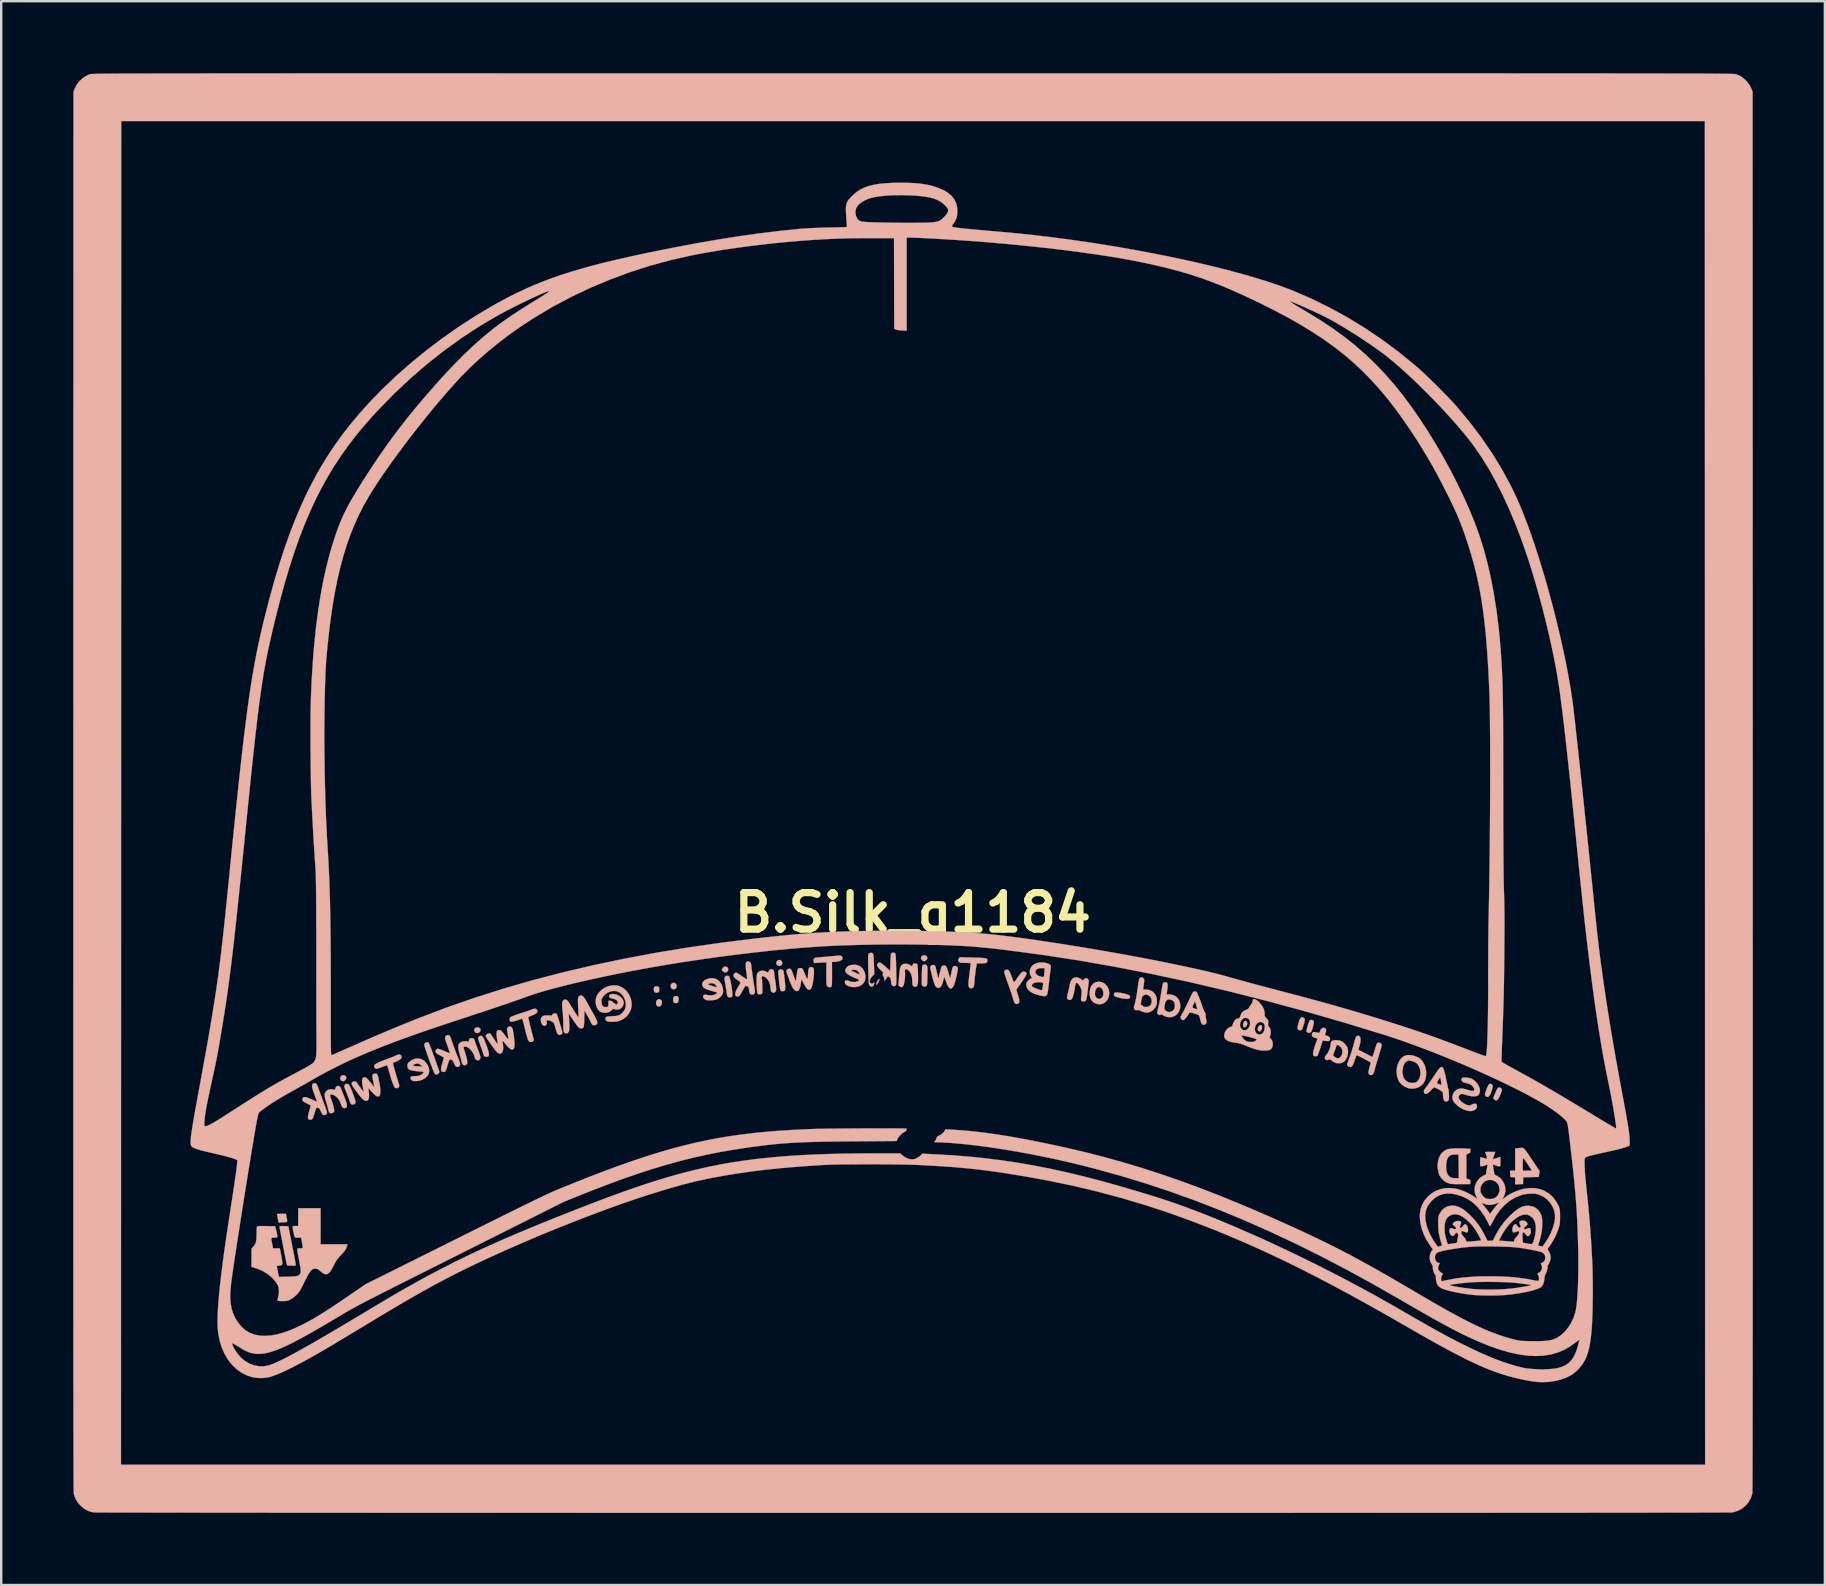
<source format=kicad_pcb>
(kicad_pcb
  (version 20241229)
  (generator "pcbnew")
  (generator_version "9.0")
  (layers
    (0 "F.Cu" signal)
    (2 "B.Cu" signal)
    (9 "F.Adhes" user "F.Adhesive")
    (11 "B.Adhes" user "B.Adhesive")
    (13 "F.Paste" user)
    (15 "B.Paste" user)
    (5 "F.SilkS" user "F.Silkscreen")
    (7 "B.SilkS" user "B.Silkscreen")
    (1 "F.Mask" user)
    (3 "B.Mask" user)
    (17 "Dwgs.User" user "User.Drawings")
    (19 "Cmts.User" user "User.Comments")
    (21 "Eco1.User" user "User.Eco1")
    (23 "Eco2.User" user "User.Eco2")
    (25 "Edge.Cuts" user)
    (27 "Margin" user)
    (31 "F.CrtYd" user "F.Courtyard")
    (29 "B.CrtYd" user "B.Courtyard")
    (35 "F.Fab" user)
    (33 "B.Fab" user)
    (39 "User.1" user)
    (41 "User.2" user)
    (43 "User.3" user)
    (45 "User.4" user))
  (footprint "B.Silk_g1184"
    (layer "F.Cu")
    (at 34.99 34.983)
    (property "Reference" "B.Silk_g1184" (at 0 0 0) (layer "F.SilkS") (effects (font (size 1.524 1.524) (thickness 0.3))))
    (attr through_hole)
    (fp_poly (pts (xy -1.39 2.772) (xy -1.395 2.811) (xy -1.419 2.874) (xy -1.435 2.907) (xy -1.47 2.965) (xy -1.497 3.003) (xy -1.511 3.011) (xy -1.523 2.975) (xy -1.507 2.915) (xy -1.469 2.841) (xy -1.429 2.783) (xy -1.402 2.761) (xy -1.39 2.772)) (stroke (width 0.01) (type solid)) (fill yes) (layer "B.SilkS"))
    (fp_poly (pts (xy -23.678 6.781) (xy -23.636 6.812) (xy -23.604 6.872) (xy -23.614 6.935) (xy -23.65 6.981) (xy -23.716 7.021) (xy -23.783 7.02) (xy -23.823 6.999) (xy -23.854 6.951) (xy -23.862 6.9) (xy -23.844 6.835) (xy -23.8 6.791) (xy -23.74 6.771) (xy -23.678 6.781)) (stroke (width 0.01) (type solid)) (fill yes) (layer "B.SilkS"))
    (fp_poly (pts (xy -5.535 1.976) (xy -5.501 1.991) (xy -5.453 2.037) (xy -5.436 2.099) (xy -5.45 2.161) (xy -5.491 2.206) (xy -5.546 2.222) (xy -5.61 2.213) (xy -5.659 2.184) (xy -5.69 2.122) (xy -5.683 2.056) (xy -5.652 2.011) (xy -5.596 1.974) (xy -5.535 1.976)) (stroke (width 0.01) (type solid)) (fill yes) (layer "B.SilkS"))
    (fp_poly (pts (xy -9.882 2.957) (xy -9.849 3.016) (xy -9.842 3.064) (xy -9.853 3.122) (xy -9.876 3.163) (xy -9.931 3.192) (xy -9.996 3.192) (xy -10.051 3.164) (xy -10.064 3.149) (xy -10.094 3.076) (xy -10.084 3.006) (xy -10.054 2.963) (xy -9.994 2.927) (xy -9.933 2.926) (xy -9.882 2.957)) (stroke (width 0.01) (type solid)) (fill yes) (layer "B.SilkS"))
    (fp_poly (pts (xy 13.909 4.526) (xy 13.935 4.57) (xy 13.94 4.63) (xy 13.924 4.695) (xy 13.891 4.747) (xy 13.845 4.78) (xy 13.801 4.772) (xy 13.784 4.758) (xy 13.763 4.712) (xy 13.764 4.651) (xy 13.782 4.587) (xy 13.814 4.536) (xy 13.854 4.509) (xy 13.864 4.508) (xy 13.909 4.526)) (stroke (width 0.01) (type solid)) (fill yes) (layer "B.SilkS"))
    (fp_poly (pts (xy 14.543 4.717) (xy 14.558 4.766) (xy 14.552 4.832) (xy 14.534 4.881) (xy 14.494 4.936) (xy 14.447 4.953) (xy 14.4 4.93) (xy 14.398 4.928) (xy 14.374 4.877) (xy 14.379 4.812) (xy 14.409 4.745) (xy 14.422 4.728) (xy 14.47 4.691) (xy 14.512 4.689) (xy 14.543 4.717)) (stroke (width 0.01) (type solid)) (fill yes) (layer "B.SilkS"))
    (fp_poly (pts (xy -18.09 4.786) (xy -18.035 4.826) (xy -18.029 4.834) (xy -18.012 4.892) (xy -18.027 4.948) (xy -18.068 4.994) (xy -18.125 5.02) (xy -18.19 5.017) (xy -18.198 5.014) (xy -18.251 4.976) (xy -18.278 4.918) (xy -18.272 4.857) (xy -18.268 4.849) (xy -18.22 4.798) (xy -18.156 4.777) (xy -18.09 4.786)) (stroke (width 0.01) (type solid)) (fill yes) (layer "B.SilkS"))
    (fp_poly (pts (xy -10.614 3.079) (xy -10.578 3.114) (xy -10.563 3.18) (xy -10.562 3.21) (xy -10.568 3.276) (xy -10.589 3.313) (xy -10.603 3.322) (xy -10.676 3.343) (xy -10.74 3.328) (xy -10.762 3.311) (xy -10.785 3.266) (xy -10.794 3.201) (xy -10.789 3.138) (xy -10.77 3.095) (xy -10.731 3.076) (xy -10.679 3.069) (xy -10.614 3.079)) (stroke (width 0.01) (type solid)) (fill yes) (layer "B.SilkS"))
    (fp_poly (pts (xy -10.508 3.629) (xy -10.473 3.661) (xy -10.459 3.707) (xy -10.456 3.754) (xy -10.471 3.837) (xy -10.509 3.893) (xy -10.565 3.916) (xy -10.633 3.903) (xy -10.65 3.894) (xy -10.677 3.861) (xy -10.697 3.806) (xy -10.699 3.798) (xy -10.698 3.719) (xy -10.671 3.657) (xy -10.624 3.617) (xy -10.565 3.607) (xy -10.508 3.629)) (stroke (width 0.01) (type solid)) (fill yes) (layer "B.SilkS"))
    (fp_poly (pts (xy -7.754 2.26) (xy -7.707 2.302) (xy -7.687 2.359) (xy -7.7 2.42) (xy -7.726 2.455) (xy -7.788 2.493) (xy -7.852 2.49) (xy -7.911 2.447) (xy -7.915 2.442) (xy -7.945 2.4) (xy -7.959 2.372) (xy -7.959 2.371) (xy -7.942 2.333) (xy -7.904 2.289) (xy -7.858 2.255) (xy -7.824 2.244) (xy -7.754 2.26)) (stroke (width 0.01) (type solid)) (fill yes) (layer "B.SilkS"))
    (fp_poly (pts (xy 0.524 1.784) (xy 0.575 1.817) (xy 0.581 1.825) (xy 0.609 1.88) (xy 0.604 1.926) (xy 0.563 1.979) (xy 0.562 1.98) (xy 0.509 2.022) (xy 0.462 2.027) (xy 0.406 1.997) (xy 0.394 1.988) (xy 0.355 1.943) (xy 0.339 1.897) (xy 0.339 1.896) (xy 0.357 1.839) (xy 0.402 1.798) (xy 0.462 1.779) (xy 0.524 1.784)) (stroke (width 0.01) (type solid)) (fill yes) (layer "B.SilkS"))
    (fp_poly (pts (xy -26.101 12.674) (xy -26.081 12.773) (xy -26.071 12.839) (xy -26.078 12.878) (xy -26.105 12.897) (xy -26.157 12.904) (xy -26.239 12.907) (xy -26.249 12.907) (xy -26.432 12.913) (xy -26.458 12.77) (xy -26.472 12.691) (xy -26.485 12.626) (xy -26.493 12.589) (xy -26.494 12.571) (xy -26.48 12.56) (xy -26.443 12.554) (xy -26.376 12.552) (xy -26.314 12.552) (xy -26.125 12.552) (xy -26.101 12.674)) (stroke (width 0.01) (type solid)) (fill yes) (layer "B.SilkS"))
    (fp_poly (pts (xy -9.812 3.488) (xy -9.779 3.509) (xy -9.763 3.54) (xy -9.758 3.597) (xy -9.758 3.616) (xy -9.763 3.682) (xy -9.776 3.729) (xy -9.784 3.741) (xy -9.853 3.775) (xy -9.92 3.769) (xy -9.945 3.755) (xy -9.974 3.728) (xy -9.986 3.692) (xy -9.987 3.631) (xy -9.986 3.613) (xy -9.98 3.547) (xy -9.967 3.51) (xy -9.94 3.49) (xy -9.923 3.484) (xy -9.847 3.477) (xy -9.812 3.488)) (stroke (width 0.01) (type solid)) (fill yes) (layer "B.SilkS"))
    (fp_poly (pts (xy 8.636 3.34) (xy 8.775 3.366) (xy 8.899 3.395) (xy 8.985 3.426) (xy 9.036 3.459) (xy 9.058 3.498) (xy 9.059 3.513) (xy 9.044 3.56) (xy 8.997 3.587) (xy 8.916 3.596) (xy 8.8 3.586) (xy 8.648 3.557) (xy 8.642 3.556) (xy 8.531 3.528) (xy 8.456 3.504) (xy 8.41 3.48) (xy 8.387 3.452) (xy 8.382 3.422) (xy 8.389 3.375) (xy 8.413 3.344) (xy 8.46 3.328) (xy 8.532 3.327) (xy 8.636 3.34)) (stroke (width 0.01) (type solid)) (fill yes) (layer "B.SilkS"))
    (fp_poly (pts (xy 16.665 4.483) (xy 16.705 4.52) (xy 16.712 4.538) (xy 16.713 4.584) (xy 16.701 4.656) (xy 16.682 4.743) (xy 16.657 4.832) (xy 16.63 4.911) (xy 16.605 4.966) (xy 16.603 4.969) (xy 16.556 5.008) (xy 16.494 5.013) (xy 16.437 4.988) (xy 16.418 4.969) (xy 16.409 4.943) (xy 16.41 4.902) (xy 16.423 4.839) (xy 16.448 4.747) (xy 16.471 4.669) (xy 16.498 4.589) (xy 16.526 4.524) (xy 16.55 4.486) (xy 16.555 4.481) (xy 16.608 4.468) (xy 16.665 4.483)) (stroke (width 0.01) (type solid)) (fill yes) (layer "B.SilkS"))
    (fp_poly (pts (xy 24.117 7.148) (xy 24.128 7.153) (xy 24.161 7.187) (xy 24.171 7.243) (xy 24.157 7.326) (xy 24.12 7.439) (xy 24.118 7.445) (xy 24.074 7.554) (xy 24.037 7.627) (xy 24.001 7.668) (xy 23.962 7.682) (xy 23.916 7.674) (xy 23.902 7.669) (xy 23.871 7.643) (xy 23.853 7.616) (xy 23.845 7.588) (xy 23.849 7.547) (xy 23.867 7.484) (xy 23.899 7.392) (xy 23.91 7.364) (xy 23.954 7.255) (xy 23.993 7.183) (xy 24.03 7.144) (xy 24.07 7.133) (xy 24.117 7.148)) (stroke (width 0.01) (type solid)) (fill yes) (layer "B.SilkS"))
    (fp_poly (pts (xy 16.28 4.376) (xy 16.324 4.413) (xy 16.341 4.457) (xy 16.334 4.502) (xy 16.317 4.574) (xy 16.294 4.659) (xy 16.268 4.744) (xy 16.243 4.816) (xy 16.223 4.861) (xy 16.222 4.863) (xy 16.176 4.902) (xy 16.118 4.907) (xy 16.062 4.876) (xy 16.055 4.869) (xy 16.038 4.847) (xy 16.029 4.823) (xy 16.031 4.787) (xy 16.043 4.73) (xy 16.065 4.642) (xy 16.065 4.641) (xy 16.098 4.524) (xy 16.128 4.443) (xy 16.157 4.393) (xy 16.189 4.367) (xy 16.223 4.36) (xy 16.28 4.376)) (stroke (width 0.01) (type solid)) (fill yes) (layer "B.SilkS"))
    (fp_poly (pts (xy 24.51 7.312) (xy 24.51 7.313) (xy 24.537 7.341) (xy 24.549 7.373) (xy 24.546 7.417) (xy 24.527 7.481) (xy 24.492 7.575) (xy 24.491 7.578) (xy 24.438 7.699) (xy 24.389 7.78) (xy 24.341 7.822) (xy 24.293 7.827) (xy 24.243 7.796) (xy 24.236 7.789) (xy 24.205 7.753) (xy 24.194 7.731) (xy 24.201 7.706) (xy 24.222 7.651) (xy 24.252 7.575) (xy 24.277 7.514) (xy 24.319 7.416) (xy 24.353 7.352) (xy 24.382 7.313) (xy 24.412 7.294) (xy 24.413 7.293) (xy 24.465 7.286) (xy 24.51 7.312)) (stroke (width 0.01) (type solid)) (fill yes) (layer "B.SilkS"))
    (fp_poly (pts (xy -17.96 5.141) (xy -17.922 5.177) (xy -17.882 5.245) (xy -17.837 5.348) (xy -17.826 5.376) (xy -17.758 5.554) (xy -17.709 5.697) (xy -17.678 5.809) (xy -17.664 5.892) (xy -17.667 5.951) (xy -17.687 5.988) (xy -17.724 6.007) (xy -17.766 6.011) (xy -17.822 6.004) (xy -17.858 5.986) (xy -17.86 5.985) (xy -17.876 5.951) (xy -17.899 5.891) (xy -17.917 5.831) (xy -17.941 5.756) (xy -17.974 5.657) (xy -18.013 5.55) (xy -18.037 5.484) (xy -18.071 5.391) (xy -18.097 5.309) (xy -18.112 5.247) (xy -18.114 5.22) (xy -18.092 5.18) (xy -18.049 5.147) (xy -18.001 5.132) (xy -17.96 5.141)) (stroke (width 0.01) (type solid)) (fill yes) (layer "B.SilkS"))
    (fp_poly (pts (xy -7.656 2.655) (xy -7.639 2.689) (xy -7.619 2.757) (xy -7.597 2.85) (xy -7.574 2.959) (xy -7.553 3.078) (xy -7.536 3.196) (xy -7.523 3.306) (xy -7.522 3.317) (xy -7.517 3.412) (xy -7.522 3.472) (xy -7.535 3.503) (xy -7.58 3.528) (xy -7.641 3.533) (xy -7.697 3.516) (xy -7.711 3.504) (xy -7.729 3.468) (xy -7.746 3.405) (xy -7.755 3.34) (xy -7.765 3.264) (xy -7.781 3.16) (xy -7.8 3.045) (xy -7.815 2.958) (xy -7.834 2.853) (xy -7.845 2.781) (xy -7.849 2.734) (xy -7.845 2.704) (xy -7.835 2.683) (xy -7.821 2.667) (xy -7.766 2.632) (xy -7.704 2.629) (xy -7.656 2.655)) (stroke (width 0.01) (type solid)) (fill yes) (layer "B.SilkS"))
    (fp_poly (pts (xy -5.441 2.374) (xy -5.398 2.412) (xy -5.388 2.439) (xy -5.375 2.505) (xy -5.362 2.601) (xy -5.347 2.715) (xy -5.334 2.836) (xy -5.323 2.951) (xy -5.315 3.048) (xy -5.313 3.112) (xy -5.315 3.186) (xy -5.326 3.23) (xy -5.346 3.254) (xy -5.354 3.259) (xy -5.425 3.28) (xy -5.486 3.263) (xy -5.507 3.244) (xy -5.525 3.202) (xy -5.542 3.119) (xy -5.559 2.997) (xy -5.566 2.932) (xy -5.581 2.772) (xy -5.593 2.649) (xy -5.601 2.557) (xy -5.605 2.493) (xy -5.605 2.449) (xy -5.602 2.422) (xy -5.594 2.406) (xy -5.582 2.395) (xy -5.566 2.385) (xy -5.562 2.383) (xy -5.5 2.362) (xy -5.441 2.374)) (stroke (width 0.01) (type solid)) (fill yes) (layer "B.SilkS"))
    (fp_poly (pts (xy -23.573 7.137) (xy -23.532 7.146) (xy -23.501 7.17) (xy -23.47 7.217) (xy -23.448 7.26) (xy -23.41 7.345) (xy -23.367 7.447) (xy -23.325 7.556) (xy -23.286 7.665) (xy -23.253 7.764) (xy -23.23 7.843) (xy -23.22 7.894) (xy -23.22 7.9) (xy -23.238 7.954) (xy -23.284 7.99) (xy -23.343 8.002) (xy -23.404 7.984) (xy -23.405 7.984) (xy -23.423 7.957) (xy -23.45 7.9) (xy -23.48 7.824) (xy -23.492 7.788) (xy -23.531 7.681) (xy -23.577 7.558) (xy -23.623 7.443) (xy -23.631 7.422) (xy -23.667 7.335) (xy -23.688 7.277) (xy -23.695 7.239) (xy -23.691 7.212) (xy -23.676 7.185) (xy -23.675 7.183) (xy -23.638 7.145) (xy -23.586 7.136) (xy -23.573 7.137)) (stroke (width 0.01) (type solid)) (fill yes) (layer "B.SilkS"))
    (fp_poly (pts (xy 0.545 2.173) (xy 0.581 2.2) (xy 0.593 2.218) (xy 0.603 2.244) (xy 0.609 2.285) (xy 0.612 2.345) (xy 0.613 2.432) (xy 0.612 2.552) (xy 0.61 2.635) (xy 0.607 2.775) (xy 0.604 2.878) (xy 0.6 2.951) (xy 0.594 3) (xy 0.586 3.031) (xy 0.574 3.05) (xy 0.562 3.06) (xy 0.496 3.088) (xy 0.435 3.074) (xy 0.406 3.051) (xy 0.392 3.035) (xy 0.382 3.012) (xy 0.376 2.977) (xy 0.373 2.923) (xy 0.372 2.844) (xy 0.373 2.734) (xy 0.376 2.612) (xy 0.38 2.468) (xy 0.384 2.361) (xy 0.389 2.285) (xy 0.396 2.234) (xy 0.406 2.203) (xy 0.418 2.187) (xy 0.419 2.185) (xy 0.481 2.161) (xy 0.545 2.173)) (stroke (width 0.01) (type solid)) (fill yes) (layer "B.SilkS"))
    (fp_poly (pts (xy -26.21 13.064) (xy -26.024 13.07) (xy -25.872 13.832) (xy -25.837 14.009) (xy -25.805 14.174) (xy -25.777 14.322) (xy -25.753 14.45) (xy -25.735 14.55) (xy -25.723 14.62) (xy -25.719 14.653) (xy -25.718 14.711) (xy -25.896 14.711) (xy -25.985 14.71) (xy -26.04 14.705) (xy -26.071 14.695) (xy -26.084 14.678) (xy -26.085 14.674) (xy -26.092 14.643) (xy -26.106 14.577) (xy -26.126 14.482) (xy -26.149 14.362) (xy -26.177 14.225) (xy -26.206 14.075) (xy -26.237 13.917) (xy -26.268 13.759) (xy -26.297 13.604) (xy -26.325 13.46) (xy -26.35 13.331) (xy -26.37 13.223) (xy -26.385 13.143) (xy -26.393 13.094) (xy -26.395 13.083) (xy -26.379 13.07) (xy -26.329 13.064) (xy -26.241 13.063) (xy -26.21 13.064)) (stroke (width 0.01) (type solid)) (fill yes) (layer "B.SilkS"))
    (fp_poly (pts (xy -20.194 5.413) (xy -20.168 5.435) (xy -20.155 5.461) (xy -20.13 5.522) (xy -20.095 5.611) (xy -20.053 5.72) (xy -20.007 5.845) (xy -19.958 5.979) (xy -19.908 6.116) (xy -19.86 6.249) (xy -19.817 6.373) (xy -19.779 6.481) (xy -19.75 6.567) (xy -19.732 6.625) (xy -19.727 6.647) (xy -19.744 6.682) (xy -19.783 6.72) (xy -19.829 6.747) (xy -19.851 6.752) (xy -19.895 6.737) (xy -19.926 6.712) (xy -19.943 6.682) (xy -19.97 6.618) (xy -20.007 6.527) (xy -20.05 6.415) (xy -20.098 6.288) (xy -20.148 6.153) (xy -20.197 6.016) (xy -20.244 5.883) (xy -20.287 5.761) (xy -20.321 5.656) (xy -20.347 5.574) (xy -20.361 5.522) (xy -20.362 5.51) (xy -20.344 5.462) (xy -20.3 5.42) (xy -20.245 5.398) (xy -20.234 5.397) (xy -20.194 5.413)) (stroke (width 0.01) (type solid)) (fill yes) (layer "B.SilkS"))
    (fp_poly (pts (xy 25.405 9.802) (xy 25.436 9.811) (xy 25.467 9.831) (xy 25.502 9.866) (xy 25.545 9.919) (xy 25.599 9.994) (xy 25.668 10.094) (xy 25.754 10.223) (xy 25.833 10.34) (xy 26.125 10.771) (xy 26.106 10.894) (xy 26.088 11.017) (xy 25.766 11.023) (xy 25.444 11.029) (xy 25.432 11.314) (xy 25.104 11.326) (xy 25.104 11.03) (xy 25.003 11.024) (xy 24.903 11.017) (xy 24.89 10.753) (xy 25.104 10.753) (xy 25.104 10.488) (xy 25.421 10.488) (xy 25.421 10.753) (xy 25.802 10.753) (xy 25.628 10.489) (xy 25.566 10.396) (xy 25.511 10.318) (xy 25.468 10.26) (xy 25.442 10.228) (xy 25.437 10.224) (xy 25.431 10.244) (xy 25.426 10.298) (xy 25.423 10.378) (xy 25.421 10.477) (xy 25.421 10.488) (xy 25.104 10.488) (xy 25.104 9.827) (xy 25.278 9.812) (xy 25.329 9.806) (xy 25.37 9.802) (xy 25.405 9.802)) (stroke (width 0.01) (type solid)) (fill yes) (layer "B.SilkS"))
    (fp_poly (pts (xy 7.87 2.897) (xy 7.979 2.949) (xy 8.068 3.028) (xy 8.135 3.127) (xy 8.176 3.241) (xy 8.189 3.363) (xy 8.173 3.487) (xy 8.124 3.607) (xy 8.057 3.701) (xy 7.966 3.771) (xy 7.856 3.812) (xy 7.74 3.819) (xy 7.694 3.811) (xy 7.567 3.762) (xy 7.471 3.684) (xy 7.405 3.578) (xy 7.372 3.445) (xy 7.371 3.381) (xy 7.589 3.381) (xy 7.604 3.473) (xy 7.647 3.542) (xy 7.679 3.565) (xy 7.739 3.592) (xy 7.787 3.594) (xy 7.84 3.574) (xy 7.898 3.527) (xy 7.932 3.455) (xy 7.945 3.37) (xy 7.935 3.282) (xy 7.905 3.202) (xy 7.854 3.14) (xy 7.806 3.113) (xy 7.732 3.105) (xy 7.672 3.137) (xy 7.625 3.209) (xy 7.603 3.272) (xy 7.589 3.381) (xy 7.371 3.381) (xy 7.37 3.316) (xy 7.394 3.169) (xy 7.445 3.048) (xy 7.521 2.958) (xy 7.617 2.9) (xy 7.733 2.879) (xy 7.742 2.879) (xy 7.87 2.897)) (stroke (width 0.01) (type solid)) (fill yes) (layer "B.SilkS"))
    (fp_poly (pts (xy -1.707 1.679) (xy -1.668 1.699) (xy -1.656 1.714) (xy -1.646 1.744) (xy -1.638 1.793) (xy -1.632 1.867) (xy -1.626 1.972) (xy -1.621 2.112) (xy -1.62 2.148) (xy -1.605 2.572) (xy -1.672 2.635) (xy -1.74 2.713) (xy -1.783 2.79) (xy -1.799 2.86) (xy -1.787 2.915) (xy -1.758 2.941) (xy -1.706 2.961) (xy -1.666 2.951) (xy -1.642 2.93) (xy -1.619 2.911) (xy -1.61 2.924) (xy -1.609 2.961) (xy -1.627 3.027) (xy -1.656 3.057) (xy -1.708 3.086) (xy -1.75 3.081) (xy -1.794 3.043) (xy -1.807 3.027) (xy -1.817 3.008) (xy -1.825 2.98) (xy -1.832 2.939) (xy -1.837 2.879) (xy -1.842 2.796) (xy -1.846 2.685) (xy -1.85 2.541) (xy -1.854 2.37) (xy -1.858 2.19) (xy -1.861 2.047) (xy -1.862 1.938) (xy -1.861 1.856) (xy -1.859 1.798) (xy -1.855 1.758) (xy -1.848 1.732) (xy -1.839 1.716) (xy -1.833 1.709) (xy -1.774 1.677) (xy -1.707 1.679)) (stroke (width 0.01) (type solid)) (fill yes) (layer "B.SilkS"))
    (fp_poly (pts (xy -3.004 1.795) (xy -2.959 1.818) (xy -2.934 1.86) (xy -2.929 1.876) (xy -2.931 1.935) (xy -2.955 1.97) (xy -3.003 1.998) (xy -3.08 2.024) (xy -3.173 2.043) (xy -3.268 2.053) (xy -3.295 2.053) (xy -3.367 2.053) (xy -3.365 2.552) (xy -3.365 2.729) (xy -3.367 2.867) (xy -3.37 2.969) (xy -3.376 3.037) (xy -3.384 3.074) (xy -3.388 3.081) (xy -3.436 3.11) (xy -3.495 3.108) (xy -3.55 3.079) (xy -3.57 3.056) (xy -3.582 3.033) (xy -3.591 3.003) (xy -3.598 2.959) (xy -3.601 2.895) (xy -3.603 2.807) (xy -3.604 2.688) (xy -3.603 2.536) (xy -3.599 2.072) (xy -4.105 2.101) (xy -4.13 2.046) (xy -4.144 1.975) (xy -4.119 1.918) (xy -4.062 1.882) (xy -4.039 1.877) (xy -3.993 1.871) (xy -3.915 1.863) (xy -3.813 1.854) (xy -3.698 1.845) (xy -3.651 1.841) (xy -3.524 1.831) (xy -3.397 1.821) (xy -3.283 1.81) (xy -3.196 1.8) (xy -3.179 1.798) (xy -3.075 1.789) (xy -3.004 1.795)) (stroke (width 0.01) (type solid)) (fill yes) (layer "B.SilkS"))
    (fp_poly (pts (xy -14.874 4.198) (xy -14.843 4.217) (xy -14.83 4.245) (xy -14.808 4.306) (xy -14.779 4.392) (xy -14.747 4.494) (xy -14.713 4.605) (xy -14.679 4.716) (xy -14.65 4.819) (xy -14.626 4.907) (xy -14.61 4.97) (xy -14.605 5) (xy -14.623 5.053) (xy -14.667 5.087) (xy -14.723 5.098) (xy -14.778 5.083) (xy -14.8 5.064) (xy -14.818 5.029) (xy -14.844 4.963) (xy -14.872 4.877) (xy -14.891 4.81) (xy -14.92 4.711) (xy -14.942 4.644) (xy -14.964 4.6) (xy -14.99 4.571) (xy -15.022 4.548) (xy -15.092 4.516) (xy -15.171 4.494) (xy -15.18 4.493) (xy -15.267 4.481) (xy -15.252 4.56) (xy -15.253 4.637) (xy -15.283 4.692) (xy -15.338 4.719) (xy -15.356 4.72) (xy -15.414 4.702) (xy -15.459 4.645) (xy -15.494 4.548) (xy -15.495 4.544) (xy -15.506 4.444) (xy -15.481 4.367) (xy -15.423 4.314) (xy -15.33 4.285) (xy -15.204 4.281) (xy -15.176 4.283) (xy -15.101 4.289) (xy -15.057 4.287) (xy -15.034 4.276) (xy -15.019 4.252) (xy -15.017 4.249) (xy -14.982 4.213) (xy -14.928 4.195) (xy -14.874 4.198)) (stroke (width 0.01) (type solid)) (fill yes) (layer "B.SilkS"))
    (fp_poly (pts (xy 17.153 4.801) (xy 17.201 4.837) (xy 17.202 4.838) (xy 17.225 4.887) (xy 17.224 4.945) (xy 17.198 5.023) (xy 17.18 5.075) (xy 17.184 5.103) (xy 17.217 5.12) (xy 17.267 5.132) (xy 17.338 5.163) (xy 17.38 5.214) (xy 17.389 5.275) (xy 17.38 5.306) (xy 17.364 5.336) (xy 17.343 5.351) (xy 17.305 5.355) (xy 17.239 5.35) (xy 17.219 5.348) (xy 17.083 5.336) (xy 16.985 5.637) (xy 16.949 5.744) (xy 16.916 5.838) (xy 16.889 5.912) (xy 16.87 5.956) (xy 16.865 5.964) (xy 16.825 5.985) (xy 16.768 5.989) (xy 16.717 5.974) (xy 16.705 5.965) (xy 16.684 5.922) (xy 16.682 5.851) (xy 16.701 5.751) (xy 16.739 5.618) (xy 16.773 5.517) (xy 16.867 5.253) (xy 16.81 5.231) (xy 16.748 5.21) (xy 16.705 5.196) (xy 16.654 5.163) (xy 16.63 5.107) (xy 16.637 5.044) (xy 16.649 5.022) (xy 16.673 4.994) (xy 16.703 4.98) (xy 16.75 4.98) (xy 16.822 4.992) (xy 16.894 5.008) (xy 16.936 5.011) (xy 16.956 4.989) (xy 16.964 4.96) (xy 16.994 4.884) (xy 17.041 4.83) (xy 17.097 4.8) (xy 17.153 4.801)) (stroke (width 0.01) (type solid)) (fill yes) (layer "B.SilkS"))
    (fp_poly (pts (xy 2.505 1.873) (xy 2.681 1.878) (xy 2.819 1.884) (xy 2.924 1.89) (xy 3.001 1.899) (xy 3.053 1.91) (xy 3.085 1.925) (xy 3.103 1.945) (xy 3.11 1.971) (xy 3.111 2) (xy 3.104 2.051) (xy 3.077 2.085) (xy 3.024 2.105) (xy 2.94 2.115) (xy 2.857 2.117) (xy 2.669 2.117) (xy 2.657 2.185) (xy 2.632 2.34) (xy 2.609 2.506) (xy 2.589 2.67) (xy 2.574 2.816) (xy 2.569 2.887) (xy 2.557 3.004) (xy 2.54 3.083) (xy 2.523 3.117) (xy 2.478 3.145) (xy 2.42 3.153) (xy 2.369 3.14) (xy 2.355 3.127) (xy 2.337 3.099) (xy 2.326 3.064) (xy 2.32 3.014) (xy 2.321 2.945) (xy 2.328 2.85) (xy 2.342 2.725) (xy 2.359 2.581) (xy 2.376 2.45) (xy 2.39 2.332) (xy 2.401 2.234) (xy 2.409 2.164) (xy 2.413 2.127) (xy 2.413 2.124) (xy 2.403 2.111) (xy 2.37 2.102) (xy 2.307 2.097) (xy 2.209 2.096) (xy 2.191 2.095) (xy 2.088 2.095) (xy 2.019 2.091) (xy 1.974 2.083) (xy 1.944 2.069) (xy 1.926 2.053) (xy 1.89 2.002) (xy 1.892 1.953) (xy 1.922 1.905) (xy 1.961 1.857) (xy 2.505 1.873)) (stroke (width 0.01) (type solid)) (fill yes) (layer "B.SilkS"))
    (fp_poly (pts (xy 3.949 2.38) (xy 3.982 2.396) (xy 4.014 2.429) (xy 4.047 2.487) (xy 4.084 2.573) (xy 4.13 2.694) (xy 4.136 2.711) (xy 4.166 2.792) (xy 4.192 2.857) (xy 4.21 2.895) (xy 4.215 2.902) (xy 4.232 2.89) (xy 4.266 2.85) (xy 4.311 2.789) (xy 4.329 2.762) (xy 4.409 2.648) (xy 4.472 2.565) (xy 4.521 2.509) (xy 4.562 2.475) (xy 4.598 2.459) (xy 4.626 2.456) (xy 4.696 2.469) (xy 4.734 2.51) (xy 4.741 2.555) (xy 4.73 2.588) (xy 4.697 2.649) (xy 4.647 2.731) (xy 4.583 2.829) (xy 4.528 2.909) (xy 4.315 3.215) (xy 4.371 3.39) (xy 4.411 3.528) (xy 4.435 3.633) (xy 4.442 3.707) (xy 4.432 3.757) (xy 4.413 3.781) (xy 4.351 3.807) (xy 4.289 3.802) (xy 4.252 3.776) (xy 4.234 3.741) (xy 4.209 3.677) (xy 4.181 3.593) (xy 4.168 3.548) (xy 4.142 3.466) (xy 4.106 3.355) (xy 4.061 3.224) (xy 4.012 3.084) (xy 3.962 2.945) (xy 3.961 2.943) (xy 3.915 2.815) (xy 3.875 2.698) (xy 3.843 2.598) (xy 3.82 2.522) (xy 3.81 2.477) (xy 3.81 2.472) (xy 3.828 2.416) (xy 3.875 2.382) (xy 3.94 2.378) (xy 3.949 2.38)) (stroke (width 0.01) (type solid)) (fill yes) (layer "B.SilkS"))
    (fp_poly (pts (xy 0.146 2.124) (xy 0.183 2.141) (xy 0.185 2.143) (xy 0.194 2.174) (xy 0.201 2.238) (xy 0.208 2.329) (xy 0.214 2.436) (xy 0.218 2.552) (xy 0.22 2.669) (xy 0.221 2.778) (xy 0.219 2.87) (xy 0.214 2.938) (xy 0.212 2.95) (xy 0.193 3.028) (xy 0.161 3.072) (xy 0.111 3.089) (xy 0.091 3.09) (xy 0.041 3.081) (xy 0.008 3.051) (xy -0.012 2.993) (xy -0.02 2.901) (xy -0.021 2.848) (xy -0.034 2.691) (xy -0.07 2.558) (xy -0.128 2.455) (xy -0.206 2.385) (xy -0.238 2.369) (xy -0.29 2.356) (xy -0.32 2.374) (xy -0.331 2.425) (xy -0.325 2.502) (xy -0.321 2.582) (xy -0.324 2.681) (xy -0.335 2.787) (xy -0.35 2.89) (xy -0.368 2.98) (xy -0.389 3.045) (xy -0.405 3.072) (xy -0.455 3.106) (xy -0.504 3.103) (xy -0.551 3.073) (xy -0.599 3.034) (xy -0.574 2.697) (xy -0.561 2.546) (xy -0.549 2.431) (xy -0.536 2.345) (xy -0.52 2.282) (xy -0.5 2.236) (xy -0.474 2.2) (xy -0.454 2.179) (xy -0.382 2.139) (xy -0.292 2.127) (xy -0.195 2.144) (xy -0.112 2.184) (xy -0.029 2.239) (xy -0.006 2.178) (xy 0.018 2.135) (xy 0.056 2.119) (xy 0.091 2.117) (xy 0.146 2.124)) (stroke (width 0.01) (type solid)) (fill yes) (layer "B.SilkS"))
    (fp_poly (pts (xy -20.496 6.102) (xy -20.38 6.162) (xy -20.301 6.234) (xy -20.216 6.355) (xy -20.166 6.48) (xy -20.152 6.603) (xy -20.175 6.718) (xy -20.227 6.811) (xy -20.319 6.896) (xy -20.438 6.964) (xy -20.573 7.007) (xy -20.679 7.021) (xy -20.759 7.021) (xy -20.828 7.013) (xy -20.866 7.002) (xy -20.911 6.959) (xy -20.932 6.897) (xy -20.926 6.847) (xy -20.908 6.83) (xy -20.865 6.82) (xy -20.79 6.816) (xy -20.764 6.816) (xy -20.677 6.811) (xy -20.596 6.8) (xy -20.543 6.786) (xy -20.482 6.753) (xy -20.428 6.711) (xy -20.391 6.67) (xy -20.384 6.649) (xy -20.403 6.64) (xy -20.456 6.629) (xy -20.533 6.62) (xy -20.59 6.615) (xy -20.747 6.601) (xy -20.867 6.582) (xy -20.954 6.556) (xy -21.012 6.52) (xy -21.045 6.473) (xy -21.06 6.413) (xy -21.061 6.382) (xy -21.059 6.369) (xy -20.825 6.369) (xy -20.804 6.385) (xy -20.746 6.397) (xy -20.651 6.405) (xy -20.542 6.409) (xy -20.436 6.412) (xy -20.506 6.349) (xy -20.587 6.298) (xy -20.674 6.289) (xy -20.766 6.319) (xy -20.811 6.347) (xy -20.825 6.369) (xy -21.059 6.369) (xy -21.054 6.316) (xy -21.026 6.264) (xy -20.992 6.228) (xy -20.876 6.142) (xy -20.75 6.092) (xy -20.622 6.078) (xy -20.496 6.102)) (stroke (width 0.01) (type solid)) (fill yes) (layer "B.SilkS"))
    (fp_poly (pts (xy -15.709 4.01) (xy -15.675 4.034) (xy -15.64 4.09) (xy -15.648 4.145) (xy -15.697 4.2) (xy -15.788 4.254) (xy -15.891 4.297) (xy -15.958 4.323) (xy -16.005 4.346) (xy -16.023 4.36) (xy -16.018 4.397) (xy -16.004 4.466) (xy -15.982 4.561) (xy -15.955 4.675) (xy -15.924 4.799) (xy -15.892 4.926) (xy -15.86 5.049) (xy -15.83 5.16) (xy -15.804 5.252) (xy -15.797 5.276) (xy -15.798 5.327) (xy -15.83 5.366) (xy -15.88 5.389) (xy -15.937 5.392) (xy -15.989 5.373) (xy -16.013 5.347) (xy -16.037 5.295) (xy -16.068 5.202) (xy -16.106 5.069) (xy -16.15 4.896) (xy -16.201 4.68) (xy -16.203 4.673) (xy -16.227 4.577) (xy -16.249 4.498) (xy -16.268 4.444) (xy -16.281 4.424) (xy -16.281 4.424) (xy -16.309 4.431) (xy -16.367 4.448) (xy -16.444 4.474) (xy -16.482 4.487) (xy -16.593 4.524) (xy -16.673 4.544) (xy -16.729 4.548) (xy -16.766 4.537) (xy -16.781 4.525) (xy -16.805 4.475) (xy -16.801 4.415) (xy -16.772 4.363) (xy -16.759 4.353) (xy -16.71 4.329) (xy -16.631 4.296) (xy -16.529 4.258) (xy -16.413 4.218) (xy -16.294 4.179) (xy -16.192 4.148) (xy -16.094 4.117) (xy -15.992 4.082) (xy -15.913 4.051) (xy -15.82 4.016) (xy -15.755 4.003) (xy -15.709 4.01)) (stroke (width 0.01) (type solid)) (fill yes) (layer "B.SilkS"))
    (fp_poly (pts (xy 22.853 9.826) (xy 22.973 9.831) (xy 23.241 9.847) (xy 23.241 9.927) (xy 23.237 9.979) (xy 23.218 10.01) (xy 23.173 10.034) (xy 23.156 10.041) (xy 23.072 10.075) (xy 23.072 11.085) (xy 23.157 11.11) (xy 23.211 11.129) (xy 23.235 11.151) (xy 23.239 11.193) (xy 23.237 11.225) (xy 23.23 11.314) (xy 22.86 11.317) (xy 22.732 11.317) (xy 22.612 11.315) (xy 22.51 11.311) (xy 22.435 11.307) (xy 22.402 11.302) (xy 22.255 11.252) (xy 22.124 11.166) (xy 22.014 11.049) (xy 21.951 10.947) (xy 21.925 10.88) (xy 21.901 10.79) (xy 21.883 10.696) (xy 21.882 10.693) (xy 21.875 10.57) (xy 22.227 10.57) (xy 22.232 10.69) (xy 22.244 10.773) (xy 22.282 10.894) (xy 22.341 10.981) (xy 22.424 11.036) (xy 22.536 11.064) (xy 22.622 11.069) (xy 22.755 11.07) (xy 22.749 10.578) (xy 22.744 10.086) (xy 22.605 10.08) (xy 22.483 10.087) (xy 22.388 10.124) (xy 22.316 10.193) (xy 22.279 10.254) (xy 22.252 10.338) (xy 22.234 10.448) (xy 22.227 10.57) (xy 21.875 10.57) (xy 21.872 10.513) (xy 21.892 10.343) (xy 21.94 10.191) (xy 22.014 10.06) (xy 22.111 9.956) (xy 22.23 9.883) (xy 22.284 9.863) (xy 22.383 9.843) (xy 22.516 9.83) (xy 22.675 9.824) (xy 22.853 9.826)) (stroke (width 0.01) (type solid)) (fill yes) (layer "B.SilkS"))
    (fp_poly (pts (xy -2.269 2.202) (xy -2.159 2.266) (xy -2.07 2.359) (xy -2.007 2.478) (xy -1.973 2.618) (xy -1.969 2.697) (xy -1.989 2.82) (xy -2.043 2.925) (xy -2.126 3.008) (xy -2.234 3.068) (xy -2.362 3.101) (xy -2.504 3.104) (xy -2.631 3.081) (xy -2.73 3.042) (xy -2.799 2.987) (xy -2.834 2.922) (xy -2.836 2.897) (xy -2.82 2.846) (xy -2.777 2.822) (xy -2.714 2.827) (xy -2.67 2.846) (xy -2.577 2.879) (xy -2.476 2.893) (xy -2.379 2.888) (xy -2.296 2.864) (xy -2.245 2.827) (xy -2.241 2.811) (xy -2.26 2.793) (xy -2.305 2.768) (xy -2.381 2.733) (xy -2.447 2.706) (xy -2.6 2.637) (xy -2.711 2.57) (xy -2.783 2.503) (xy -2.815 2.436) (xy -2.814 2.42) (xy -2.56 2.42) (xy -2.556 2.425) (xy -2.534 2.437) (xy -2.485 2.461) (xy -2.418 2.491) (xy -2.346 2.524) (xy -2.279 2.553) (xy -2.229 2.574) (xy -2.206 2.582) (xy -2.21 2.566) (xy -2.229 2.527) (xy -2.23 2.524) (xy -2.289 2.44) (xy -2.362 2.394) (xy -2.445 2.381) (xy -2.515 2.386) (xy -2.555 2.4) (xy -2.56 2.42) (xy -2.814 2.42) (xy -2.81 2.367) (xy -2.771 2.299) (xy -2.725 2.25) (xy -2.672 2.217) (xy -2.599 2.193) (xy -2.535 2.179) (xy -2.396 2.172) (xy -2.269 2.202)) (stroke (width 0.01) (type solid)) (fill yes) (layer "B.SilkS"))
    (fp_poly (pts (xy 20.808 5.947) (xy 20.945 5.985) (xy 21.072 6.043) (xy 21.151 6.097) (xy 21.252 6.206) (xy 21.327 6.342) (xy 21.376 6.495) (xy 21.398 6.656) (xy 21.391 6.818) (xy 21.355 6.971) (xy 21.288 7.108) (xy 21.274 7.127) (xy 21.188 7.213) (xy 21.074 7.279) (xy 20.942 7.321) (xy 20.805 7.336) (xy 20.672 7.321) (xy 20.657 7.317) (xy 20.499 7.254) (xy 20.369 7.162) (xy 20.271 7.045) (xy 20.227 6.961) (xy 20.18 6.809) (xy 20.162 6.652) (xy 20.167 6.576) (xy 20.406 6.576) (xy 20.409 6.719) (xy 20.441 6.845) (xy 20.501 6.95) (xy 20.585 7.03) (xy 20.689 7.081) (xy 20.812 7.099) (xy 20.95 7.08) (xy 20.959 7.078) (xy 21.015 7.044) (xy 21.069 6.98) (xy 21.116 6.897) (xy 21.145 6.807) (xy 21.158 6.664) (xy 21.14 6.525) (xy 21.093 6.4) (xy 21.019 6.299) (xy 20.997 6.279) (xy 20.925 6.234) (xy 20.835 6.197) (xy 20.741 6.173) (xy 20.66 6.167) (xy 20.638 6.17) (xy 20.565 6.206) (xy 20.501 6.278) (xy 20.45 6.379) (xy 20.437 6.418) (xy 20.406 6.576) (xy 20.167 6.576) (xy 20.171 6.495) (xy 20.204 6.346) (xy 20.26 6.211) (xy 20.336 6.096) (xy 20.43 6.007) (xy 20.541 5.951) (xy 20.556 5.947) (xy 20.674 5.933) (xy 20.808 5.947)) (stroke (width 0.01) (type solid)) (fill yes) (layer "B.SilkS"))
    (fp_poly (pts (xy 17.705 5.317) (xy 17.796 5.333) (xy 17.854 5.352) (xy 17.943 5.41) (xy 18.028 5.493) (xy 18.094 5.589) (xy 18.112 5.626) (xy 18.139 5.741) (xy 18.137 5.869) (xy 18.108 5.998) (xy 18.054 6.114) (xy 18.007 6.178) (xy 17.916 6.247) (xy 17.806 6.28) (xy 17.684 6.277) (xy 17.603 6.255) (xy 17.532 6.22) (xy 17.466 6.173) (xy 17.46 6.168) (xy 17.417 6.131) (xy 17.381 6.121) (xy 17.33 6.131) (xy 17.321 6.134) (xy 17.264 6.147) (xy 17.228 6.141) (xy 17.204 6.124) (xy 17.171 6.075) (xy 17.176 6.018) (xy 17.218 5.95) (xy 17.223 5.944) (xy 17.509 5.944) (xy 17.565 5.996) (xy 17.647 6.055) (xy 17.722 6.074) (xy 17.788 6.052) (xy 17.816 6.027) (xy 17.882 5.927) (xy 17.908 5.82) (xy 17.893 5.71) (xy 17.868 5.653) (xy 17.832 5.605) (xy 17.782 5.56) (xy 17.729 5.526) (xy 17.687 5.512) (xy 17.672 5.515) (xy 17.657 5.541) (xy 17.642 5.589) (xy 17.642 5.591) (xy 17.626 5.644) (xy 17.6 5.719) (xy 17.568 5.8) (xy 17.509 5.944) (xy 17.223 5.944) (xy 17.238 5.927) (xy 17.304 5.831) (xy 17.361 5.71) (xy 17.401 5.578) (xy 17.415 5.487) (xy 17.428 5.408) (xy 17.452 5.36) (xy 17.47 5.344) (xy 17.527 5.323) (xy 17.61 5.314) (xy 17.705 5.317)) (stroke (width 0.01) (type solid)) (fill yes) (layer "B.SilkS"))
    (fp_poly (pts (xy -21.352 5.926) (xy -21.323 5.959) (xy -21.301 6.015) (xy -21.314 6.067) (xy -21.364 6.119) (xy -21.454 6.173) (xy -21.465 6.178) (xy -21.535 6.211) (xy -21.592 6.235) (xy -21.624 6.244) (xy -21.624 6.244) (xy -21.657 6.256) (xy -21.662 6.262) (xy -21.66 6.287) (xy -21.647 6.347) (xy -21.626 6.432) (xy -21.598 6.537) (xy -21.565 6.653) (xy -21.529 6.775) (xy -21.492 6.895) (xy -21.457 7.006) (xy -21.453 7.018) (xy -21.421 7.117) (xy -21.405 7.185) (xy -21.404 7.231) (xy -21.416 7.265) (xy -21.438 7.289) (xy -21.492 7.32) (xy -21.547 7.313) (xy -21.584 7.292) (xy -21.611 7.255) (xy -21.647 7.177) (xy -21.691 7.061) (xy -21.742 6.905) (xy -21.8 6.713) (xy -21.846 6.551) (xy -21.869 6.471) (xy -21.89 6.408) (xy -21.904 6.371) (xy -21.906 6.366) (xy -21.93 6.368) (xy -21.984 6.383) (xy -22.059 6.41) (xy -22.128 6.437) (xy -22.227 6.476) (xy -22.296 6.5) (xy -22.342 6.508) (xy -22.375 6.505) (xy -22.385 6.501) (xy -22.435 6.459) (xy -22.45 6.401) (xy -22.431 6.344) (xy -22.396 6.314) (xy -22.324 6.274) (xy -22.22 6.225) (xy -22.088 6.17) (xy -21.933 6.11) (xy -21.802 6.062) (xy -21.709 6.027) (xy -21.617 5.99) (xy -21.545 5.957) (xy -21.543 5.956) (xy -21.457 5.919) (xy -21.396 5.909) (xy -21.352 5.926)) (stroke (width 0.01) (type solid)) (fill yes) (layer "B.SilkS"))
    (fp_poly (pts (xy -0.739 1.689) (xy -0.731 1.696) (xy -0.722 1.716) (xy -0.715 1.761) (xy -0.709 1.831) (xy -0.703 1.933) (xy -0.698 2.067) (xy -0.694 2.239) (xy -0.691 2.364) (xy -0.688 2.548) (xy -0.685 2.694) (xy -0.685 2.807) (xy -0.686 2.892) (xy -0.689 2.952) (xy -0.693 2.993) (xy -0.7 3.018) (xy -0.709 3.034) (xy -0.711 3.036) (xy -0.767 3.068) (xy -0.824 3.061) (xy -0.871 3.018) (xy -0.878 3.007) (xy -0.898 2.947) (xy -0.909 2.87) (xy -0.91 2.841) (xy -0.914 2.775) (xy -0.93 2.733) (xy -0.965 2.698) (xy -0.973 2.692) (xy -1.035 2.646) (xy -1.105 2.744) (xy -1.175 2.841) (xy -1.19 2.751) (xy -1.207 2.685) (xy -1.232 2.633) (xy -1.239 2.624) (xy -1.261 2.589) (xy -1.251 2.552) (xy -1.245 2.542) (xy -1.233 2.516) (xy -1.238 2.492) (xy -1.264 2.46) (xy -1.317 2.411) (xy -1.329 2.4) (xy -1.42 2.312) (xy -1.472 2.237) (xy -1.488 2.175) (xy -1.466 2.123) (xy -1.443 2.101) (xy -1.409 2.081) (xy -1.37 2.08) (xy -1.324 2.099) (xy -1.262 2.143) (xy -1.18 2.214) (xy -1.136 2.254) (xy -0.942 2.434) (xy -0.931 2.075) (xy -0.925 1.922) (xy -0.917 1.806) (xy -0.908 1.729) (xy -0.897 1.693) (xy -0.896 1.692) (xy -0.85 1.671) (xy -0.79 1.67) (xy -0.739 1.689)) (stroke (width 0.01) (type solid)) (fill yes) (layer "B.SilkS"))
    (fp_poly (pts (xy -8.208 2.76) (xy -8.145 2.792) (xy -8.049 2.876) (xy -7.973 2.987) (xy -7.922 3.115) (xy -7.901 3.246) (xy -7.907 3.329) (xy -7.941 3.42) (xy -8.008 3.508) (xy -8.099 3.582) (xy -8.137 3.603) (xy -8.208 3.628) (xy -8.303 3.646) (xy -8.407 3.656) (xy -8.507 3.657) (xy -8.587 3.648) (xy -8.614 3.639) (xy -8.692 3.593) (xy -8.735 3.536) (xy -8.742 3.501) (xy -8.724 3.449) (xy -8.679 3.421) (xy -8.613 3.421) (xy -8.589 3.427) (xy -8.496 3.446) (xy -8.391 3.448) (xy -8.291 3.433) (xy -8.235 3.413) (xy -8.176 3.376) (xy -8.158 3.347) (xy -8.181 3.322) (xy -8.238 3.302) (xy -8.403 3.258) (xy -8.531 3.218) (xy -8.625 3.181) (xy -8.691 3.144) (xy -8.729 3.11) (xy -8.774 3.031) (xy -8.775 2.995) (xy -8.527 2.995) (xy -8.525 2.997) (xy -8.5 3.008) (xy -8.446 3.028) (xy -8.376 3.051) (xy -8.3 3.074) (xy -8.231 3.095) (xy -8.18 3.108) (xy -8.164 3.11) (xy -8.163 3.096) (xy -8.183 3.06) (xy -8.192 3.048) (xy -8.233 2.999) (xy -8.273 2.965) (xy -8.276 2.963) (xy -8.324 2.948) (xy -8.383 2.943) (xy -8.444 2.947) (xy -8.495 2.958) (xy -8.526 2.974) (xy -8.527 2.995) (xy -8.775 2.995) (xy -8.777 2.953) (xy -8.741 2.88) (xy -8.667 2.814) (xy -8.608 2.782) (xy -8.47 2.737) (xy -8.335 2.73) (xy -8.208 2.76)) (stroke (width 0.01) (type solid)) (fill yes) (layer "B.SilkS"))
    (fp_poly (pts (xy -23.892 7.237) (xy -23.847 7.29) (xy -23.823 7.345) (xy -23.81 7.384) (xy -23.783 7.453) (xy -23.747 7.542) (xy -23.706 7.641) (xy -23.704 7.648) (xy -23.642 7.806) (xy -23.602 7.93) (xy -23.584 8.024) (xy -23.589 8.09) (xy -23.615 8.131) (xy -23.663 8.148) (xy -23.685 8.149) (xy -23.735 8.139) (xy -23.776 8.105) (xy -23.81 8.041) (xy -23.842 7.948) (xy -23.886 7.848) (xy -23.953 7.752) (xy -24.033 7.669) (xy -24.118 7.611) (xy -24.183 7.587) (xy -24.244 7.581) (xy -24.278 7.594) (xy -24.284 7.631) (xy -24.267 7.697) (xy -24.247 7.749) (xy -24.217 7.829) (xy -24.186 7.926) (xy -24.157 8.03) (xy -24.132 8.127) (xy -24.115 8.208) (xy -24.109 8.259) (xy -24.127 8.308) (xy -24.172 8.344) (xy -24.23 8.361) (xy -24.285 8.356) (xy -24.316 8.334) (xy -24.331 8.303) (xy -24.351 8.241) (xy -24.373 8.16) (xy -24.381 8.128) (xy -24.407 8.026) (xy -24.437 7.921) (xy -24.464 7.833) (xy -24.467 7.823) (xy -24.492 7.738) (xy -24.507 7.651) (xy -24.511 7.604) (xy -24.505 7.537) (xy -24.482 7.487) (xy -24.439 7.438) (xy -24.386 7.392) (xy -24.331 7.369) (xy -24.257 7.361) (xy -24.236 7.361) (xy -24.21 7.364) (xy -24.159 7.373) (xy -24.146 7.375) (xy -24.094 7.382) (xy -24.072 7.373) (xy -24.067 7.344) (xy -24.067 7.338) (xy -24.048 7.279) (xy -24.002 7.234) (xy -23.946 7.218) (xy -23.892 7.237)) (stroke (width 0.01) (type solid)) (fill yes) (layer "B.SilkS"))
    (fp_poly (pts (xy -18.32 5.238) (xy -18.281 5.273) (xy -18.256 5.342) (xy -18.255 5.345) (xy -18.241 5.388) (xy -18.216 5.461) (xy -18.181 5.554) (xy -18.141 5.655) (xy -18.139 5.662) (xy -18.085 5.801) (xy -18.048 5.907) (xy -18.026 5.985) (xy -18.019 6.043) (xy -18.025 6.084) (xy -18.043 6.115) (xy -18.045 6.118) (xy -18.101 6.156) (xy -18.16 6.156) (xy -18.212 6.122) (xy -18.249 6.058) (xy -18.257 6.031) (xy -18.312 5.876) (xy -18.404 5.741) (xy -18.46 5.685) (xy -18.521 5.635) (xy -18.577 5.599) (xy -18.613 5.585) (xy -18.673 5.586) (xy -18.717 5.593) (xy -18.729 5.598) (xy -18.725 5.62) (xy -18.71 5.673) (xy -18.686 5.749) (xy -18.66 5.826) (xy -18.627 5.932) (xy -18.598 6.039) (xy -18.578 6.131) (xy -18.571 6.174) (xy -18.565 6.246) (xy -18.568 6.289) (xy -18.583 6.316) (xy -18.608 6.336) (xy -18.665 6.367) (xy -18.711 6.362) (xy -18.752 6.33) (xy -18.784 6.281) (xy -18.805 6.217) (xy -18.807 6.208) (xy -18.819 6.151) (xy -18.839 6.068) (xy -18.865 5.974) (xy -18.875 5.937) (xy -18.915 5.783) (xy -18.936 5.653) (xy -18.94 5.553) (xy -18.925 5.486) (xy -18.923 5.483) (xy -18.867 5.419) (xy -18.784 5.376) (xy -18.687 5.357) (xy -18.588 5.365) (xy -18.554 5.376) (xy -18.515 5.386) (xy -18.501 5.37) (xy -18.5 5.338) (xy -18.486 5.273) (xy -18.444 5.237) (xy -18.382 5.228) (xy -18.32 5.238)) (stroke (width 0.01) (type solid)) (fill yes) (layer "B.SilkS"))
    (fp_poly (pts (xy 6.855 2.701) (xy 6.912 2.719) (xy 6.979 2.753) (xy 7.038 2.793) (xy 7.046 2.8) (xy 7.085 2.829) (xy 7.105 2.824) (xy 7.106 2.82) (xy 7.141 2.769) (xy 7.192 2.736) (xy 7.219 2.731) (xy 7.276 2.749) (xy 7.32 2.795) (xy 7.339 2.853) (xy 7.337 2.875) (xy 7.33 2.917) (xy 7.32 2.99) (xy 7.308 3.087) (xy 7.295 3.197) (xy 7.292 3.228) (xy 7.273 3.383) (xy 7.256 3.501) (xy 7.24 3.587) (xy 7.223 3.644) (xy 7.203 3.677) (xy 7.184 3.691) (xy 7.116 3.704) (xy 7.054 3.692) (xy 7.027 3.672) (xy 7.014 3.646) (xy 7.01 3.604) (xy 7.015 3.536) (xy 7.024 3.465) (xy 7.036 3.368) (xy 7.038 3.298) (xy 7.031 3.237) (xy 7.015 3.175) (xy 6.985 3.102) (xy 6.942 3.031) (xy 6.894 2.972) (xy 6.847 2.934) (xy 6.811 2.926) (xy 6.811 2.926) (xy 6.795 2.951) (xy 6.777 3.01) (xy 6.761 3.095) (xy 6.759 3.113) (xy 6.735 3.254) (xy 6.707 3.383) (xy 6.676 3.492) (xy 6.645 3.572) (xy 6.633 3.593) (xy 6.587 3.632) (xy 6.527 3.641) (xy 6.471 3.618) (xy 6.446 3.592) (xy 6.432 3.565) (xy 6.427 3.534) (xy 6.432 3.49) (xy 6.447 3.422) (xy 6.465 3.354) (xy 6.49 3.255) (xy 6.512 3.157) (xy 6.527 3.077) (xy 6.53 3.059) (xy 6.562 2.917) (xy 6.612 2.808) (xy 6.679 2.735) (xy 6.761 2.699) (xy 6.855 2.701)) (stroke (width 0.01) (type solid)) (fill yes) (layer "B.SilkS"))
    (fp_poly (pts (xy 9.602 2.725) (xy 9.638 2.767) (xy 9.641 2.777) (xy 9.643 2.82) (xy 9.639 2.891) (xy 9.63 2.979) (xy 9.625 3.016) (xy 9.598 3.207) (xy 9.725 3.207) (xy 9.861 3.226) (xy 9.976 3.279) (xy 10.069 3.361) (xy 10.135 3.469) (xy 10.172 3.596) (xy 10.175 3.738) (xy 10.16 3.833) (xy 10.113 3.945) (xy 10.035 4.041) (xy 9.936 4.115) (xy 9.824 4.159) (xy 9.734 4.168) (xy 9.682 4.161) (xy 9.614 4.145) (xy 9.596 4.14) (xy 9.529 4.114) (xy 9.471 4.085) (xy 9.461 4.079) (xy 9.401 4.057) (xy 9.369 4.063) (xy 9.302 4.071) (xy 9.25 4.045) (xy 9.22 3.994) (xy 9.217 3.924) (xy 9.228 3.886) (xy 9.249 3.818) (xy 9.498 3.818) (xy 9.565 3.878) (xy 9.649 3.926) (xy 9.743 3.936) (xy 9.842 3.905) (xy 9.843 3.905) (xy 9.904 3.86) (xy 9.94 3.797) (xy 9.955 3.705) (xy 9.956 3.682) (xy 9.942 3.577) (xy 9.895 3.497) (xy 9.813 3.443) (xy 9.79 3.434) (xy 9.73 3.419) (xy 9.681 3.424) (xy 9.634 3.444) (xy 9.596 3.466) (xy 9.571 3.49) (xy 9.554 3.528) (xy 9.539 3.59) (xy 9.528 3.65) (xy 9.498 3.818) (xy 9.249 3.818) (xy 9.254 3.802) (xy 9.282 3.683) (xy 9.312 3.535) (xy 9.341 3.366) (xy 9.368 3.183) (xy 9.376 3.125) (xy 9.395 2.984) (xy 9.412 2.879) (xy 9.427 2.804) (xy 9.443 2.755) (xy 9.461 2.724) (xy 9.482 2.707) (xy 9.493 2.702) (xy 9.548 2.7) (xy 9.602 2.725)) (stroke (width 0.01) (type solid)) (fill yes) (layer "B.SilkS"))
    (fp_poly (pts (xy -5.865 2.359) (xy -5.834 2.378) (xy -5.791 2.42) (xy -5.779 2.48) (xy -5.779 2.485) (xy -5.775 2.535) (xy -5.765 2.614) (xy -5.751 2.712) (xy -5.736 2.805) (xy -5.719 2.915) (xy -5.705 3.023) (xy -5.696 3.114) (xy -5.694 3.166) (xy -5.697 3.236) (xy -5.708 3.277) (xy -5.734 3.306) (xy -5.749 3.316) (xy -5.793 3.339) (xy -5.829 3.337) (xy -5.86 3.321) (xy -5.889 3.301) (xy -5.908 3.273) (xy -5.92 3.226) (xy -5.929 3.151) (xy -5.931 3.128) (xy -5.945 3.026) (xy -5.968 2.935) (xy -5.988 2.882) (xy -6.039 2.801) (xy -6.099 2.732) (xy -6.161 2.681) (xy -6.219 2.653) (xy -6.266 2.651) (xy -6.289 2.669) (xy -6.298 2.713) (xy -6.294 2.731) (xy -6.289 2.763) (xy -6.282 2.828) (xy -6.277 2.918) (xy -6.272 3.025) (xy -6.27 3.053) (xy -6.267 3.183) (xy -6.268 3.275) (xy -6.273 3.336) (xy -6.282 3.37) (xy -6.286 3.376) (xy -6.327 3.399) (xy -6.385 3.407) (xy -6.441 3.4) (xy -6.472 3.381) (xy -6.479 3.352) (xy -6.487 3.288) (xy -6.495 3.197) (xy -6.502 3.086) (xy -6.507 2.989) (xy -6.511 2.832) (xy -6.511 2.712) (xy -6.504 2.621) (xy -6.49 2.556) (xy -6.466 2.509) (xy -6.432 2.475) (xy -6.386 2.448) (xy -6.382 2.446) (xy -6.304 2.419) (xy -6.229 2.419) (xy -6.142 2.446) (xy -6.12 2.456) (xy -6.06 2.483) (xy -6.028 2.494) (xy -6.014 2.487) (xy -6.009 2.462) (xy -6.008 2.451) (xy -5.985 2.407) (xy -5.945 2.373) (xy -5.901 2.353) (xy -5.865 2.359)) (stroke (width 0.01) (type solid)) (fill yes) (layer "B.SilkS"))
    (fp_poly (pts (xy 22.07 6.443) (xy 22.086 6.455) (xy 22.108 6.491) (xy 22.135 6.564) (xy 22.166 6.67) (xy 22.199 6.804) (xy 22.233 6.961) (xy 22.258 7.084) (xy 22.278 7.186) (xy 22.297 7.274) (xy 22.313 7.338) (xy 22.323 7.371) (xy 22.324 7.372) (xy 22.331 7.403) (xy 22.338 7.466) (xy 22.343 7.549) (xy 22.345 7.598) (xy 22.347 7.698) (xy 22.343 7.765) (xy 22.334 7.807) (xy 22.317 7.835) (xy 22.316 7.836) (xy 22.262 7.868) (xy 22.199 7.87) (xy 22.168 7.857) (xy 22.135 7.815) (xy 22.11 7.74) (xy 22.099 7.646) (xy 22.098 7.617) (xy 22.094 7.548) (xy 22.085 7.492) (xy 22.079 7.476) (xy 22.052 7.451) (xy 21.997 7.415) (xy 21.923 7.374) (xy 21.89 7.357) (xy 21.721 7.275) (xy 21.586 7.416) (xy 21.497 7.5) (xy 21.425 7.548) (xy 21.37 7.559) (xy 21.328 7.535) (xy 21.316 7.516) (xy 21.297 7.463) (xy 21.303 7.413) (xy 21.336 7.353) (xy 21.373 7.307) (xy 21.409 7.26) (xy 21.463 7.185) (xy 21.528 7.091) (xy 21.844 7.091) (xy 21.861 7.112) (xy 21.901 7.136) (xy 21.952 7.157) (xy 21.998 7.171) (xy 22.027 7.17) (xy 22.03 7.167) (xy 22.029 7.136) (xy 22.021 7.076) (xy 22.009 7) (xy 22.008 6.997) (xy 21.982 6.851) (xy 21.913 6.962) (xy 21.876 7.023) (xy 21.852 7.071) (xy 21.844 7.091) (xy 21.528 7.091) (xy 21.53 7.088) (xy 21.607 6.977) (xy 21.686 6.858) (xy 21.706 6.828) (xy 21.798 6.691) (xy 21.871 6.587) (xy 21.929 6.512) (xy 21.974 6.464) (xy 22.011 6.438) (xy 22.041 6.432) (xy 22.07 6.443)) (stroke (width 0.01) (type solid)) (fill yes) (layer "B.SilkS"))
    (fp_poly (pts (xy 10.592 2.921) (xy 10.605 2.932) (xy 10.618 2.967) (xy 10.622 3.031) (xy 10.616 3.128) (xy 10.599 3.261) (xy 10.591 3.318) (xy 10.578 3.408) (xy 10.692 3.408) (xy 10.828 3.427) (xy 10.944 3.48) (xy 11.038 3.563) (xy 11.106 3.67) (xy 11.144 3.796) (xy 11.148 3.937) (xy 11.136 4.01) (xy 11.087 4.139) (xy 11.009 4.242) (xy 10.905 4.315) (xy 10.781 4.354) (xy 10.706 4.36) (xy 10.625 4.353) (xy 10.548 4.336) (xy 10.52 4.327) (xy 10.461 4.297) (xy 10.415 4.266) (xy 10.411 4.263) (xy 10.376 4.242) (xy 10.338 4.254) (xy 10.333 4.257) (xy 10.296 4.272) (xy 10.256 4.259) (xy 10.236 4.247) (xy 10.197 4.215) (xy 10.181 4.187) (xy 10.181 4.187) (xy 10.186 4.158) (xy 10.199 4.096) (xy 10.219 4.012) (xy 10.234 3.95) (xy 10.485 3.95) (xy 10.491 4.022) (xy 10.519 4.073) (xy 10.572 4.11) (xy 10.59 4.118) (xy 10.654 4.142) (xy 10.704 4.145) (xy 10.763 4.127) (xy 10.782 4.119) (xy 10.856 4.074) (xy 10.901 4.01) (xy 10.92 3.92) (xy 10.922 3.873) (xy 10.91 3.77) (xy 10.871 3.698) (xy 10.802 3.648) (xy 10.781 3.639) (xy 10.687 3.617) (xy 10.613 3.631) (xy 10.557 3.681) (xy 10.516 3.769) (xy 10.498 3.847) (xy 10.485 3.95) (xy 10.234 3.95) (xy 10.243 3.913) (xy 10.244 3.907) (xy 10.271 3.79) (xy 10.3 3.648) (xy 10.328 3.495) (xy 10.352 3.348) (xy 10.358 3.307) (xy 10.377 3.189) (xy 10.396 3.085) (xy 10.413 3.002) (xy 10.428 2.947) (xy 10.435 2.931) (xy 10.48 2.906) (xy 10.54 2.902) (xy 10.592 2.921)) (stroke (width 0.01) (type solid)) (fill yes) (layer "B.SilkS"))
    (fp_poly (pts (xy -24.859 7.129) (xy -24.818 7.195) (xy -24.808 7.22) (xy -24.791 7.269) (xy -24.762 7.35) (xy -24.724 7.454) (xy -24.68 7.574) (xy -24.632 7.701) (xy -24.631 7.705) (xy -24.582 7.835) (xy -24.536 7.96) (xy -24.494 8.071) (xy -24.461 8.161) (xy -24.44 8.218) (xy -24.414 8.305) (xy -24.414 8.365) (xy -24.441 8.405) (xy -24.497 8.433) (xy -24.554 8.438) (xy -24.603 8.406) (xy -24.647 8.335) (xy -24.67 8.28) (xy -24.71 8.195) (xy -24.754 8.146) (xy -24.809 8.128) (xy -24.819 8.128) (xy -24.842 8.133) (xy -24.861 8.154) (xy -24.881 8.197) (xy -24.905 8.269) (xy -24.921 8.324) (xy -24.957 8.441) (xy -24.985 8.524) (xy -25.01 8.578) (xy -25.035 8.61) (xy -25.064 8.626) (xy -25.094 8.632) (xy -25.148 8.628) (xy -25.183 8.612) (xy -25.204 8.569) (xy -25.207 8.501) (xy -25.19 8.404) (xy -25.154 8.273) (xy -25.144 8.24) (xy -25.113 8.138) (xy -25.097 8.071) (xy -25.096 8.035) (xy -25.103 8.026) (xy -25.133 8.013) (xy -25.19 7.985) (xy -25.262 7.949) (xy -25.28 7.94) (xy -25.37 7.89) (xy -25.422 7.845) (xy -25.442 7.8) (xy -25.432 7.749) (xy -25.422 7.727) (xy -25.396 7.698) (xy -25.354 7.686) (xy -25.293 7.694) (xy -25.206 7.721) (xy -25.089 7.769) (xy -25.064 7.78) (xy -24.976 7.817) (xy -24.904 7.847) (xy -24.855 7.865) (xy -24.837 7.868) (xy -24.841 7.847) (xy -24.858 7.794) (xy -24.884 7.719) (xy -24.91 7.65) (xy -24.966 7.496) (xy -25.006 7.376) (xy -25.029 7.285) (xy -25.037 7.218) (xy -25.029 7.17) (xy -25.006 7.138) (xy -24.979 7.12) (xy -24.913 7.104) (xy -24.859 7.129)) (stroke (width 0.01) (type solid)) (fill yes) (layer "B.SilkS"))
    (fp_poly (pts (xy 23.106 6.877) (xy 23.208 6.899) (xy 23.299 6.93) (xy 23.318 6.939) (xy 23.426 7.015) (xy 23.522 7.12) (xy 23.595 7.241) (xy 23.635 7.362) (xy 23.638 7.454) (xy 23.614 7.54) (xy 23.57 7.606) (xy 23.538 7.63) (xy 23.446 7.657) (xy 23.326 7.658) (xy 23.185 7.634) (xy 23.099 7.61) (xy 23.014 7.585) (xy 22.938 7.566) (xy 22.884 7.557) (xy 22.877 7.557) (xy 22.821 7.574) (xy 22.774 7.615) (xy 22.746 7.669) (xy 22.746 7.713) (xy 22.791 7.797) (xy 22.868 7.88) (xy 22.965 7.953) (xy 23.072 8.008) (xy 23.123 8.025) (xy 23.185 8.037) (xy 23.235 8.03) (xy 23.294 8.003) (xy 23.385 7.966) (xy 23.453 7.963) (xy 23.497 7.994) (xy 23.516 8.058) (xy 23.516 8.076) (xy 23.496 8.148) (xy 23.441 8.21) (xy 23.355 8.252) (xy 23.345 8.256) (xy 23.272 8.271) (xy 23.203 8.272) (xy 23.121 8.257) (xy 23.035 8.232) (xy 22.903 8.178) (xy 22.777 8.104) (xy 22.665 8.016) (xy 22.574 7.921) (xy 22.512 7.825) (xy 22.488 7.755) (xy 22.487 7.645) (xy 22.523 7.539) (xy 22.588 7.446) (xy 22.677 7.376) (xy 22.753 7.345) (xy 22.82 7.333) (xy 22.89 7.332) (xy 22.974 7.345) (xy 23.082 7.373) (xy 23.158 7.397) (xy 23.27 7.426) (xy 23.349 7.43) (xy 23.393 7.412) (xy 23.403 7.369) (xy 23.379 7.304) (xy 23.368 7.286) (xy 23.321 7.225) (xy 23.259 7.176) (xy 23.174 7.136) (xy 23.059 7.1) (xy 22.983 7.082) (xy 22.917 7.054) (xy 22.876 7.01) (xy 22.861 6.959) (xy 22.875 6.913) (xy 22.921 6.88) (xy 22.934 6.876) (xy 23.009 6.869) (xy 23.106 6.877)) (stroke (width 0.01) (type solid)) (fill yes) (layer "B.SilkS"))
    (fp_poly (pts (xy -22.364 6.713) (xy -22.335 6.725) (xy -22.313 6.754) (xy -22.293 6.806) (xy -22.272 6.886) (xy -22.248 7.001) (xy -22.246 7.008) (xy -22.211 7.199) (xy -22.191 7.355) (xy -22.187 7.475) (xy -22.197 7.565) (xy -22.203 7.585) (xy -22.225 7.636) (xy -22.253 7.658) (xy -22.295 7.662) (xy -22.329 7.658) (xy -22.365 7.64) (xy -22.41 7.605) (xy -22.471 7.546) (xy -22.527 7.488) (xy -22.693 7.313) (xy -22.676 7.419) (xy -22.66 7.556) (xy -22.66 7.671) (xy -22.674 7.759) (xy -22.699 7.808) (xy -22.753 7.846) (xy -22.814 7.846) (xy -22.886 7.806) (xy -22.929 7.77) (xy -22.979 7.719) (xy -23.04 7.647) (xy -23.109 7.56) (xy -23.18 7.466) (xy -23.248 7.372) (xy -23.308 7.285) (xy -23.354 7.211) (xy -23.383 7.158) (xy -23.389 7.137) (xy -23.37 7.079) (xy -23.321 7.039) (xy -23.264 7.027) (xy -23.238 7.032) (xy -23.21 7.048) (xy -23.177 7.081) (xy -23.132 7.137) (xy -23.072 7.222) (xy -23.042 7.265) (xy -22.974 7.362) (xy -22.927 7.424) (xy -22.899 7.453) (xy -22.889 7.452) (xy -22.89 7.44) (xy -22.921 7.272) (xy -22.941 7.14) (xy -22.951 7.04) (xy -22.95 6.967) (xy -22.938 6.918) (xy -22.915 6.886) (xy -22.882 6.869) (xy -22.841 6.862) (xy -22.8 6.872) (xy -22.755 6.903) (xy -22.7 6.959) (xy -22.628 7.045) (xy -22.606 7.073) (xy -22.546 7.147) (xy -22.496 7.207) (xy -22.461 7.245) (xy -22.447 7.256) (xy -22.448 7.233) (xy -22.456 7.179) (xy -22.471 7.103) (xy -22.48 7.059) (xy -22.506 6.931) (xy -22.518 6.838) (xy -22.515 6.774) (xy -22.496 6.735) (xy -22.46 6.716) (xy -22.405 6.71) (xy -22.401 6.71) (xy -22.364 6.713)) (stroke (width 0.01) (type solid)) (fill yes) (layer "B.SilkS"))
    (fp_poly (pts (xy -19.316 5.114) (xy -19.293 5.14) (xy -19.266 5.194) (xy -19.242 5.257) (xy -19.213 5.346) (xy -19.172 5.464) (xy -19.122 5.6) (xy -19.069 5.744) (xy -19.016 5.884) (xy -18.967 6.011) (xy -18.925 6.114) (xy -18.925 6.115) (xy -18.894 6.195) (xy -18.871 6.266) (xy -18.86 6.314) (xy -18.86 6.32) (xy -18.877 6.379) (xy -18.919 6.419) (xy -18.975 6.434) (xy -19.031 6.418) (xy -19.054 6.398) (xy -19.081 6.356) (xy -19.111 6.293) (xy -19.125 6.258) (xy -19.166 6.176) (xy -19.214 6.136) (xy -19.251 6.123) (xy -19.279 6.12) (xy -19.301 6.132) (xy -19.322 6.164) (xy -19.344 6.222) (xy -19.372 6.311) (xy -19.401 6.413) (xy -19.429 6.498) (xy -19.457 6.568) (xy -19.481 6.612) (xy -19.488 6.62) (xy -19.551 6.645) (xy -19.61 6.629) (xy -19.631 6.613) (xy -19.654 6.577) (xy -19.661 6.525) (xy -19.653 6.452) (xy -19.628 6.35) (xy -19.599 6.253) (xy -19.573 6.166) (xy -19.554 6.095) (xy -19.546 6.049) (xy -19.548 6.036) (xy -19.572 6.02) (xy -19.624 5.991) (xy -19.694 5.953) (xy -19.724 5.937) (xy -19.816 5.884) (xy -19.872 5.839) (xy -19.893 5.797) (xy -19.884 5.753) (xy -19.857 5.714) (xy -19.827 5.682) (xy -19.795 5.673) (xy -19.745 5.684) (xy -19.735 5.687) (xy -19.678 5.706) (xy -19.597 5.738) (xy -19.507 5.776) (xy -19.477 5.789) (xy -19.399 5.822) (xy -19.337 5.847) (xy -19.299 5.859) (xy -19.292 5.859) (xy -19.296 5.837) (xy -19.313 5.783) (xy -19.339 5.703) (xy -19.373 5.606) (xy -19.389 5.561) (xy -19.427 5.454) (xy -19.459 5.357) (xy -19.482 5.279) (xy -19.494 5.229) (xy -19.494 5.22) (xy -19.477 5.155) (xy -19.431 5.114) (xy -19.365 5.103) (xy -19.316 5.114)) (stroke (width 0.01) (type solid)) (fill yes) (layer "B.SilkS"))
    (fp_poly (pts (xy -6.794 2.051) (xy -6.751 2.103) (xy -6.731 2.179) (xy -6.731 2.193) (xy -6.728 2.238) (xy -6.719 2.316) (xy -6.705 2.421) (xy -6.688 2.544) (xy -6.669 2.679) (xy -6.648 2.817) (xy -6.628 2.95) (xy -6.608 3.071) (xy -6.595 3.141) (xy -6.581 3.239) (xy -6.578 3.315) (xy -6.583 3.356) (xy -6.619 3.399) (xy -6.673 3.419) (xy -6.732 3.414) (xy -6.781 3.386) (xy -6.802 3.35) (xy -6.811 3.308) (xy -6.821 3.242) (xy -6.826 3.203) (xy -6.838 3.136) (xy -6.856 3.098) (xy -6.888 3.075) (xy -6.903 3.068) (xy -6.955 3.054) (xy -6.984 3.061) (xy -7.001 3.086) (xy -7.033 3.141) (xy -7.074 3.216) (xy -7.111 3.284) (xy -7.168 3.386) (xy -7.213 3.453) (xy -7.253 3.49) (xy -7.292 3.501) (xy -7.335 3.491) (xy -7.348 3.484) (xy -7.387 3.454) (xy -7.404 3.411) (xy -7.398 3.351) (xy -7.369 3.269) (xy -7.315 3.162) (xy -7.247 3.045) (xy -7.211 2.983) (xy -7.185 2.936) (xy -7.176 2.916) (xy -7.191 2.9) (xy -7.234 2.865) (xy -7.294 2.817) (xy -7.324 2.795) (xy -7.398 2.738) (xy -7.444 2.695) (xy -7.466 2.66) (xy -7.472 2.627) (xy -7.456 2.567) (xy -7.417 2.519) (xy -7.367 2.498) (xy -7.363 2.498) (xy -7.334 2.509) (xy -7.28 2.541) (xy -7.206 2.589) (xy -7.123 2.647) (xy -7.122 2.647) (xy -7.041 2.703) (xy -6.973 2.746) (xy -6.926 2.771) (xy -6.905 2.776) (xy -6.905 2.775) (xy -6.905 2.747) (xy -6.91 2.686) (xy -6.92 2.602) (xy -6.93 2.525) (xy -6.951 2.367) (xy -6.963 2.246) (xy -6.965 2.157) (xy -6.957 2.096) (xy -6.937 2.058) (xy -6.905 2.038) (xy -6.861 2.032) (xy -6.857 2.032) (xy -6.794 2.051)) (stroke (width 0.01) (type solid)) (fill yes) (layer "B.SilkS"))
    (fp_poly (pts (xy 11.827 3.306) (xy 11.828 3.307) (xy 11.849 3.345) (xy 11.881 3.414) (xy 11.92 3.508) (xy 11.963 3.617) (xy 12.007 3.735) (xy 12.048 3.852) (xy 12.066 3.905) (xy 12.099 3.999) (xy 12.132 4.081) (xy 12.162 4.141) (xy 12.177 4.163) (xy 12.204 4.209) (xy 12.206 4.244) (xy 12.201 4.272) (xy 12.205 4.32) (xy 12.216 4.395) (xy 12.237 4.503) (xy 12.246 4.545) (xy 12.238 4.597) (xy 12.203 4.645) (xy 12.153 4.675) (xy 12.133 4.678) (xy 12.084 4.666) (xy 12.057 4.65) (xy 12.032 4.614) (xy 12.004 4.546) (xy 11.979 4.456) (xy 11.959 4.377) (xy 11.94 4.313) (xy 11.925 4.278) (xy 11.923 4.274) (xy 11.896 4.261) (xy 11.839 4.24) (xy 11.762 4.214) (xy 11.726 4.203) (xy 11.64 4.177) (xy 11.585 4.164) (xy 11.552 4.162) (xy 11.534 4.171) (xy 11.525 4.183) (xy 11.456 4.291) (xy 11.39 4.379) (xy 11.334 4.44) (xy 11.319 4.452) (xy 11.278 4.479) (xy 11.247 4.48) (xy 11.209 4.458) (xy 11.171 4.423) (xy 11.158 4.378) (xy 11.172 4.317) (xy 11.214 4.234) (xy 11.239 4.192) (xy 11.276 4.127) (xy 11.325 4.033) (xy 11.38 3.924) (xy 11.661 3.924) (xy 11.669 3.957) (xy 11.7 3.98) (xy 11.726 3.991) (xy 11.803 4.015) (xy 11.845 4.019) (xy 11.853 4.009) (xy 11.848 3.984) (xy 11.832 3.93) (xy 11.811 3.857) (xy 11.808 3.847) (xy 11.762 3.697) (xy 11.715 3.791) (xy 11.677 3.871) (xy 11.661 3.924) (xy 11.38 3.924) (xy 11.382 3.919) (xy 11.442 3.796) (xy 11.485 3.705) (xy 11.539 3.591) (xy 11.589 3.488) (xy 11.631 3.403) (xy 11.663 3.344) (xy 11.679 3.318) (xy 11.727 3.288) (xy 11.782 3.283) (xy 11.827 3.306)) (stroke (width 0.01) (type solid)) (fill yes) (layer "B.SilkS"))
    (fp_poly (pts (xy 18.619 5.148) (xy 18.653 5.211) (xy 18.663 5.305) (xy 18.65 5.425) (xy 18.62 5.54) (xy 18.567 5.714) (xy 18.854 5.863) (xy 18.954 5.914) (xy 19.041 5.958) (xy 19.107 5.991) (xy 19.147 6.009) (xy 19.154 6.011) (xy 19.165 5.992) (xy 19.185 5.94) (xy 19.211 5.862) (xy 19.241 5.765) (xy 19.249 5.738) (xy 19.28 5.635) (xy 19.31 5.547) (xy 19.334 5.48) (xy 19.351 5.445) (xy 19.353 5.442) (xy 19.402 5.419) (xy 19.462 5.424) (xy 19.514 5.454) (xy 19.527 5.47) (xy 19.538 5.489) (xy 19.543 5.512) (xy 19.542 5.544) (xy 19.533 5.591) (xy 19.515 5.658) (xy 19.486 5.753) (xy 19.446 5.88) (xy 19.433 5.92) (xy 19.39 6.057) (xy 19.348 6.195) (xy 19.31 6.322) (xy 19.28 6.428) (xy 19.261 6.498) (xy 19.237 6.586) (xy 19.212 6.663) (xy 19.191 6.716) (xy 19.186 6.726) (xy 19.138 6.765) (xy 19.075 6.77) (xy 19.024 6.75) (xy 18.999 6.726) (xy 18.989 6.684) (xy 18.994 6.619) (xy 19.013 6.526) (xy 19.038 6.43) (xy 19.089 6.245) (xy 18.863 6.122) (xy 18.722 6.046) (xy 18.614 5.992) (xy 18.539 5.959) (xy 18.499 5.948) (xy 18.492 5.95) (xy 18.483 5.972) (xy 18.463 6.026) (xy 18.435 6.1) (xy 18.417 6.152) (xy 18.374 6.266) (xy 18.34 6.346) (xy 18.309 6.396) (xy 18.278 6.423) (xy 18.243 6.434) (xy 18.227 6.435) (xy 18.17 6.42) (xy 18.122 6.385) (xy 18.098 6.34) (xy 18.098 6.333) (xy 18.105 6.304) (xy 18.125 6.245) (xy 18.155 6.167) (xy 18.18 6.102) (xy 18.217 6.003) (xy 18.259 5.878) (xy 18.303 5.741) (xy 18.343 5.606) (xy 18.351 5.577) (xy 18.382 5.464) (xy 18.411 5.361) (xy 18.434 5.277) (xy 18.45 5.222) (xy 18.454 5.207) (xy 18.485 5.159) (xy 18.534 5.131) (xy 18.587 5.13) (xy 18.619 5.148)) (stroke (width 0.01) (type solid)) (fill yes) (layer "B.SilkS"))
    (fp_poly (pts (xy -16.713 4.778) (xy -16.677 4.841) (xy -16.671 4.863) (xy -16.654 4.955) (xy -16.636 5.068) (xy -16.62 5.189) (xy -16.607 5.304) (xy -16.598 5.403) (xy -16.595 5.47) (xy -16.603 5.588) (xy -16.627 5.667) (xy -16.666 5.707) (xy -16.721 5.708) (xy -16.791 5.67) (xy -16.875 5.592) (xy -16.953 5.503) (xy -17.009 5.433) (xy -17.056 5.379) (xy -17.086 5.346) (xy -17.094 5.34) (xy -17.095 5.362) (xy -17.09 5.415) (xy -17.08 5.488) (xy -17.08 5.494) (xy -17.068 5.637) (xy -17.079 5.749) (xy -17.112 5.828) (xy -17.126 5.844) (xy -17.178 5.878) (xy -17.234 5.876) (xy -17.3 5.838) (xy -17.332 5.811) (xy -17.366 5.774) (xy -17.415 5.713) (xy -17.476 5.633) (xy -17.542 5.542) (xy -17.61 5.447) (xy -17.674 5.354) (xy -17.73 5.27) (xy -17.772 5.203) (xy -17.797 5.158) (xy -17.801 5.145) (xy -17.783 5.103) (xy -17.741 5.062) (xy -17.689 5.036) (xy -17.667 5.032) (xy -17.622 5.035) (xy -17.602 5.04) (xy -17.588 5.06) (xy -17.556 5.108) (xy -17.51 5.178) (xy -17.454 5.263) (xy -17.442 5.281) (xy -17.381 5.374) (xy -17.339 5.434) (xy -17.313 5.464) (xy -17.301 5.469) (xy -17.3 5.451) (xy -17.301 5.44) (xy -17.324 5.288) (xy -17.339 5.172) (xy -17.347 5.086) (xy -17.348 5.024) (xy -17.342 4.98) (xy -17.331 4.949) (xy -17.326 4.941) (xy -17.288 4.902) (xy -17.237 4.893) (xy -17.223 4.894) (xy -17.19 4.901) (xy -17.157 4.92) (xy -17.119 4.958) (xy -17.068 5.019) (xy -17.01 5.096) (xy -16.952 5.173) (xy -16.903 5.233) (xy -16.869 5.272) (xy -16.854 5.283) (xy -16.854 5.26) (xy -16.859 5.203) (xy -16.871 5.124) (xy -16.882 5.051) (xy -16.899 4.952) (xy -16.908 4.885) (xy -16.91 4.843) (xy -16.904 4.816) (xy -16.89 4.795) (xy -16.881 4.785) (xy -16.824 4.746) (xy -16.765 4.745) (xy -16.713 4.778)) (stroke (width 0.01) (type solid)) (fill yes) (layer "B.SilkS"))
    (fp_poly (pts (xy 0.912 2.194) (xy 0.927 2.207) (xy 0.94 2.237) (xy 0.958 2.299) (xy 0.98 2.385) (xy 1.002 2.483) (xy 1.023 2.581) (xy 1.041 2.662) (xy 1.056 2.719) (xy 1.063 2.743) (xy 1.063 2.743) (xy 1.071 2.727) (xy 1.086 2.679) (xy 1.105 2.605) (xy 1.121 2.536) (xy 1.149 2.414) (xy 1.173 2.327) (xy 1.195 2.269) (xy 1.218 2.234) (xy 1.244 2.215) (xy 1.262 2.209) (xy 1.311 2.201) (xy 1.35 2.207) (xy 1.382 2.232) (xy 1.412 2.281) (xy 1.442 2.359) (xy 1.477 2.472) (xy 1.493 2.525) (xy 1.518 2.61) (xy 1.539 2.677) (xy 1.554 2.716) (xy 1.559 2.724) (xy 1.566 2.701) (xy 1.579 2.645) (xy 1.595 2.566) (xy 1.609 2.498) (xy 1.628 2.405) (xy 1.648 2.325) (xy 1.665 2.27) (xy 1.674 2.252) (xy 1.718 2.227) (xy 1.779 2.225) (xy 1.835 2.244) (xy 1.853 2.258) (xy 1.867 2.276) (xy 1.876 2.3) (xy 1.878 2.336) (xy 1.873 2.389) (xy 1.859 2.465) (xy 1.837 2.571) (xy 1.807 2.709) (xy 1.775 2.844) (xy 1.745 2.946) (xy 1.716 3.022) (xy 1.682 3.08) (xy 1.645 3.127) (xy 1.607 3.164) (xy 1.578 3.171) (xy 1.539 3.149) (xy 1.518 3.133) (xy 1.477 3.081) (xy 1.431 2.988) (xy 1.394 2.889) (xy 1.363 2.805) (xy 1.337 2.738) (xy 1.318 2.697) (xy 1.311 2.688) (xy 1.301 2.707) (xy 1.287 2.757) (xy 1.273 2.819) (xy 1.236 2.955) (xy 1.191 3.055) (xy 1.138 3.119) (xy 1.079 3.145) (xy 1.016 3.13) (xy 1.005 3.123) (xy 0.968 3.092) (xy 0.935 3.045) (xy 0.903 2.978) (xy 0.871 2.885) (xy 0.835 2.761) (xy 0.794 2.601) (xy 0.791 2.588) (xy 0.762 2.466) (xy 0.742 2.378) (xy 0.731 2.318) (xy 0.727 2.278) (xy 0.731 2.253) (xy 0.742 2.234) (xy 0.751 2.223) (xy 0.8 2.191) (xy 0.86 2.181) (xy 0.912 2.194)) (stroke (width 0.01) (type solid)) (fill yes) (layer "B.SilkS"))
    (fp_poly (pts (xy -4.169 2.283) (xy -4.138 2.315) (xy -4.123 2.364) (xy -4.117 2.446) (xy -4.12 2.551) (xy -4.129 2.67) (xy -4.144 2.795) (xy -4.164 2.916) (xy -4.188 3.026) (xy -4.214 3.113) (xy -4.242 3.171) (xy -4.248 3.179) (xy -4.299 3.216) (xy -4.352 3.214) (xy -4.41 3.172) (xy -4.471 3.091) (xy -4.539 2.968) (xy -4.55 2.946) (xy -4.585 2.875) (xy -4.615 2.822) (xy -4.634 2.795) (xy -4.637 2.794) (xy -4.645 2.813) (xy -4.654 2.864) (xy -4.662 2.936) (xy -4.663 2.94) (xy -4.676 3.027) (xy -4.698 3.112) (xy -4.725 3.186) (xy -4.754 3.238) (xy -4.781 3.26) (xy -4.782 3.26) (xy -4.818 3.267) (xy -4.831 3.271) (xy -4.866 3.267) (xy -4.913 3.241) (xy -4.918 3.237) (xy -4.962 3.191) (xy -5.008 3.125) (xy -5.025 3.094) (xy -5.055 3.029) (xy -5.092 2.942) (xy -5.132 2.841) (xy -5.172 2.735) (xy -5.209 2.633) (xy -5.24 2.543) (xy -5.262 2.474) (xy -5.27 2.435) (xy -5.271 2.433) (xy -5.252 2.388) (xy -5.206 2.353) (xy -5.149 2.334) (xy -5.115 2.336) (xy -5.092 2.347) (xy -5.07 2.372) (xy -5.046 2.416) (xy -5.017 2.487) (xy -4.98 2.59) (xy -4.972 2.613) (xy -4.938 2.71) (xy -4.909 2.79) (xy -4.887 2.846) (xy -4.876 2.871) (xy -4.875 2.872) (xy -4.871 2.85) (xy -4.863 2.795) (xy -4.852 2.714) (xy -4.84 2.619) (xy -4.826 2.518) (xy -4.811 2.431) (xy -4.795 2.368) (xy -4.784 2.339) (xy -4.743 2.316) (xy -4.684 2.308) (xy -4.628 2.316) (xy -4.598 2.334) (xy -4.582 2.363) (xy -4.554 2.423) (xy -4.518 2.503) (xy -4.485 2.582) (xy -4.445 2.677) (xy -4.418 2.736) (xy -4.4 2.766) (xy -4.389 2.77) (xy -4.382 2.752) (xy -4.379 2.741) (xy -4.372 2.688) (xy -4.366 2.61) (xy -4.363 2.522) (xy -4.363 2.518) (xy -4.355 2.405) (xy -4.335 2.328) (xy -4.3 2.283) (xy -4.248 2.265) (xy -4.233 2.265) (xy -4.169 2.283)) (stroke (width 0.01) (type solid)) (fill yes) (layer "B.SilkS"))
    (fp_poly (pts (xy 5.481 2.083) (xy 5.574 2.104) (xy 5.665 2.136) (xy 5.722 2.17) (xy 5.748 2.215) (xy 5.752 2.278) (xy 5.749 2.306) (xy 5.742 2.356) (xy 5.732 2.44) (xy 5.718 2.551) (xy 5.703 2.679) (xy 5.686 2.817) (xy 5.683 2.847) (xy 5.663 3.018) (xy 5.647 3.151) (xy 5.634 3.252) (xy 5.622 3.326) (xy 5.612 3.377) (xy 5.601 3.411) (xy 5.589 3.432) (xy 5.574 3.445) (xy 5.556 3.456) (xy 5.546 3.461) (xy 5.502 3.482) (xy 5.478 3.49) (xy 5.478 3.49) (xy 5.455 3.484) (xy 5.429 3.479) (xy 5.262 3.442) (xy 5.129 3.405) (xy 5.024 3.366) (xy 4.939 3.321) (xy 4.867 3.267) (xy 4.818 3.221) (xy 4.751 3.127) (xy 4.725 3.029) (xy 4.727 3.011) (xy 4.964 3.011) (xy 4.965 3.056) (xy 4.995 3.094) (xy 5.032 3.115) (xy 5.096 3.143) (xy 5.176 3.174) (xy 5.257 3.203) (xy 5.328 3.226) (xy 5.376 3.237) (xy 5.38 3.238) (xy 5.391 3.219) (xy 5.403 3.172) (xy 5.408 3.138) (xy 5.418 3.064) (xy 5.429 2.999) (xy 5.432 2.982) (xy 5.431 2.944) (xy 5.409 2.92) (xy 5.359 2.906) (xy 5.275 2.901) (xy 5.234 2.9) (xy 5.136 2.909) (xy 5.055 2.933) (xy 4.996 2.969) (xy 4.964 3.011) (xy 4.727 3.011) (xy 4.737 2.934) (xy 4.789 2.846) (xy 4.878 2.771) (xy 4.893 2.762) (xy 4.97 2.719) (xy 4.926 2.659) (xy 4.892 2.587) (xy 4.875 2.494) (xy 4.874 2.49) (xy 4.877 2.458) (xy 5.108 2.458) (xy 5.118 2.521) (xy 5.162 2.582) (xy 5.242 2.634) (xy 5.283 2.65) (xy 5.367 2.677) (xy 5.42 2.685) (xy 5.45 2.674) (xy 5.466 2.642) (xy 5.471 2.619) (xy 5.478 2.557) (xy 5.485 2.477) (xy 5.488 2.434) (xy 5.493 2.318) (xy 5.376 2.312) (xy 5.267 2.32) (xy 5.184 2.351) (xy 5.131 2.399) (xy 5.108 2.458) (xy 4.877 2.458) (xy 4.885 2.371) (xy 4.934 2.269) (xy 5.022 2.18) (xy 5.067 2.15) (xy 5.188 2.098) (xy 5.33 2.075) (xy 5.481 2.083)) (stroke (width 0.01) (type solid)) (fill yes) (layer "B.SilkS"))
    (fp_poly (pts (xy -13.754 3.482) (xy -13.69 3.552) (xy -13.618 3.66) (xy -13.545 3.794) (xy -13.49 3.899) (xy -13.431 4.007) (xy -13.377 4.102) (xy -13.349 4.149) (xy -13.285 4.26) (xy -13.228 4.367) (xy -13.183 4.463) (xy -13.154 4.539) (xy -13.145 4.585) (xy -13.162 4.641) (xy -13.208 4.68) (xy -13.267 4.697) (xy -13.327 4.687) (xy -13.363 4.661) (xy -13.393 4.617) (xy -13.425 4.556) (xy -13.431 4.541) (xy -13.456 4.488) (xy -13.497 4.41) (xy -13.545 4.32) (xy -13.575 4.267) (xy -13.684 4.075) (xy -13.69 4.412) (xy -13.694 4.555) (xy -13.7 4.662) (xy -13.711 4.736) (xy -13.727 4.785) (xy -13.752 4.812) (xy -13.785 4.824) (xy -13.816 4.826) (xy -13.853 4.823) (xy -13.888 4.81) (xy -13.924 4.783) (xy -13.967 4.738) (xy -14.02 4.669) (xy -14.089 4.572) (xy -14.139 4.499) (xy -14.204 4.403) (xy -14.261 4.321) (xy -14.304 4.258) (xy -14.331 4.22) (xy -14.337 4.212) (xy -14.337 4.232) (xy -14.334 4.284) (xy -14.329 4.359) (xy -14.327 4.397) (xy -14.316 4.566) (xy -14.311 4.712) (xy -14.313 4.83) (xy -14.321 4.915) (xy -14.333 4.96) (xy -14.38 5.019) (xy -14.435 5.037) (xy -14.501 5.014) (xy -14.516 5.005) (xy -14.534 4.99) (xy -14.547 4.97) (xy -14.555 4.938) (xy -14.56 4.886) (xy -14.562 4.809) (xy -14.563 4.697) (xy -14.563 4.671) (xy -14.566 4.528) (xy -14.573 4.368) (xy -14.583 4.21) (xy -14.595 4.089) (xy -14.608 3.951) (xy -14.615 3.848) (xy -14.613 3.772) (xy -14.602 3.717) (xy -14.582 3.676) (xy -14.567 3.657) (xy -14.513 3.619) (xy -14.454 3.623) (xy -14.392 3.666) (xy -14.328 3.748) (xy -14.307 3.783) (xy -14.267 3.852) (xy -14.216 3.936) (xy -14.158 4.028) (xy -14.099 4.12) (xy -14.043 4.207) (xy -13.994 4.28) (xy -13.956 4.333) (xy -13.935 4.359) (xy -13.933 4.36) (xy -13.93 4.34) (xy -13.93 4.285) (xy -13.932 4.203) (xy -13.937 4.1) (xy -13.94 4.038) (xy -13.948 3.878) (xy -13.954 3.756) (xy -13.955 3.665) (xy -13.953 3.599) (xy -13.946 3.552) (xy -13.936 3.52) (xy -13.921 3.496) (xy -13.916 3.492) (xy -13.866 3.453) (xy -13.812 3.45) (xy -13.754 3.482)) (stroke (width 0.01) (type solid)) (fill yes) (layer "B.SilkS"))
    (fp_poly (pts (xy -12.349 3.033) (xy -12.209 3.068) (xy -12.064 3.145) (xy -11.938 3.256) (xy -11.835 3.395) (xy -11.76 3.556) (xy -11.722 3.706) (xy -11.714 3.874) (xy -11.745 4.034) (xy -11.813 4.181) (xy -11.913 4.312) (xy -12.042 4.42) (xy -12.199 4.501) (xy -12.225 4.511) (xy -12.306 4.531) (xy -12.407 4.544) (xy -12.516 4.55) (xy -12.619 4.549) (xy -12.702 4.539) (xy -12.736 4.53) (xy -12.792 4.489) (xy -12.812 4.433) (xy -12.799 4.38) (xy -12.785 4.358) (xy -12.766 4.343) (xy -12.733 4.333) (xy -12.678 4.326) (xy -12.594 4.321) (xy -12.53 4.318) (xy -12.402 4.309) (xy -12.306 4.296) (xy -12.233 4.274) (xy -12.173 4.239) (xy -12.116 4.189) (xy -12.082 4.153) (xy -12.009 4.052) (xy -11.971 3.944) (xy -11.962 3.816) (xy -11.964 3.78) (xy -11.993 3.636) (xy -12.051 3.506) (xy -12.134 3.397) (xy -12.236 3.317) (xy -12.33 3.278) (xy -12.461 3.263) (xy -12.596 3.285) (xy -12.725 3.339) (xy -12.837 3.422) (xy -12.908 3.505) (xy -12.949 3.569) (xy -12.969 3.621) (xy -12.973 3.68) (xy -12.971 3.73) (xy -12.954 3.831) (xy -12.92 3.896) (xy -12.865 3.93) (xy -12.808 3.937) (xy -12.742 3.932) (xy -12.704 3.912) (xy -12.688 3.868) (xy -12.686 3.792) (xy -12.686 3.789) (xy -12.687 3.722) (xy -12.68 3.686) (xy -12.662 3.671) (xy -12.634 3.666) (xy -12.586 3.673) (xy -12.527 3.707) (xy -12.479 3.745) (xy -12.417 3.797) (xy -12.377 3.823) (xy -12.348 3.826) (xy -12.322 3.81) (xy -12.312 3.8) (xy -12.289 3.753) (xy -12.301 3.702) (xy -12.343 3.653) (xy -12.409 3.613) (xy -12.49 3.59) (xy -12.58 3.569) (xy -12.634 3.541) (xy -12.656 3.5) (xy -12.658 3.482) (xy -12.64 3.429) (xy -12.585 3.398) (xy -12.495 3.389) (xy -12.454 3.391) (xy -12.34 3.417) (xy -12.234 3.469) (xy -12.145 3.542) (xy -12.08 3.629) (xy -12.047 3.722) (xy -12.044 3.754) (xy -12.061 3.844) (xy -12.106 3.93) (xy -12.169 3.996) (xy -12.18 4.003) (xy -12.257 4.033) (xy -12.346 4.042) (xy -12.426 4.03) (xy -12.449 4.02) (xy -12.483 4.01) (xy -12.514 4.029) (xy -12.534 4.052) (xy -12.612 4.12) (xy -12.714 4.163) (xy -12.827 4.178) (xy -12.939 4.165) (xy -13.028 4.127) (xy -13.108 4.054) (xy -13.168 3.953) (xy -13.205 3.833) (xy -13.218 3.703) (xy -13.204 3.573) (xy -13.166 3.461) (xy -13.078 3.326) (xy -12.962 3.212) (xy -12.823 3.123) (xy -12.669 3.062) (xy -12.509 3.031) (xy -12.349 3.033)) (stroke (width 0.01) (type solid)) (fill yes) (layer "B.SilkS"))
    (fp_poly (pts (xy 14.261 3.609) (xy 14.331 3.647) (xy 14.414 3.716) (xy 14.457 3.759) (xy 14.563 3.892) (xy 14.633 4.025) (xy 14.664 4.155) (xy 14.665 4.216) (xy 14.663 4.281) (xy 14.674 4.325) (xy 14.703 4.367) (xy 14.74 4.406) (xy 14.787 4.456) (xy 14.81 4.494) (xy 14.816 4.54) (xy 14.811 4.603) (xy 14.807 4.678) (xy 14.815 4.723) (xy 14.83 4.744) (xy 14.885 4.814) (xy 14.915 4.909) (xy 14.92 5.014) (xy 14.898 5.119) (xy 14.893 5.132) (xy 14.875 5.182) (xy 14.878 5.212) (xy 14.905 5.242) (xy 14.905 5.242) (xy 14.966 5.321) (xy 14.998 5.414) (xy 15.004 5.513) (xy 14.983 5.606) (xy 14.935 5.682) (xy 14.896 5.713) (xy 14.838 5.734) (xy 14.751 5.746) (xy 14.646 5.749) (xy 14.536 5.744) (xy 14.432 5.729) (xy 14.417 5.726) (xy 14.303 5.698) (xy 14.193 5.665) (xy 14.074 5.623) (xy 13.936 5.569) (xy 13.848 5.533) (xy 13.71 5.48) (xy 13.59 5.445) (xy 13.469 5.424) (xy 13.445 5.421) (xy 13.274 5.393) (xy 13.143 5.35) (xy 13.05 5.292) (xy 12.994 5.218) (xy 12.975 5.128) (xy 12.975 5.125) (xy 12.977 5.116) (xy 13.691 5.116) (xy 13.722 5.178) (xy 13.799 5.283) (xy 13.898 5.355) (xy 14.016 5.39) (xy 14.147 5.389) (xy 14.206 5.376) (xy 14.266 5.352) (xy 14.309 5.321) (xy 14.328 5.292) (xy 14.323 5.278) (xy 14.295 5.264) (xy 14.235 5.244) (xy 14.154 5.219) (xy 14.062 5.192) (xy 13.968 5.168) (xy 13.882 5.147) (xy 13.815 5.133) (xy 13.798 5.131) (xy 13.691 5.116) (xy 12.977 5.116) (xy 12.991 5.032) (xy 13.032 4.94) (xy 13.091 4.859) (xy 13.162 4.797) (xy 13.236 4.765) (xy 13.262 4.763) (xy 13.299 4.752) (xy 13.32 4.713) (xy 13.325 4.694) (xy 13.331 4.677) (xy 13.636 4.677) (xy 13.652 4.766) (xy 13.662 4.789) (xy 13.715 4.863) (xy 13.784 4.902) (xy 13.86 4.904) (xy 13.936 4.866) (xy 13.964 4.834) (xy 14.252 4.834) (xy 14.264 4.934) (xy 14.316 5.021) (xy 14.319 5.025) (xy 14.386 5.069) (xy 14.466 5.08) (xy 14.544 5.056) (xy 14.555 5.049) (xy 14.609 4.991) (xy 14.646 4.908) (xy 14.667 4.815) (xy 14.667 4.724) (xy 14.646 4.648) (xy 14.626 4.619) (xy 14.555 4.569) (xy 14.478 4.556) (xy 14.401 4.579) (xy 14.333 4.635) (xy 14.28 4.722) (xy 14.28 4.723) (xy 14.252 4.834) (xy 13.964 4.834) (xy 14.009 4.784) (xy 14.048 4.679) (xy 14.054 4.6) (xy 14.045 4.512) (xy 14.017 4.453) (xy 13.961 4.409) (xy 13.952 4.404) (xy 13.876 4.384) (xy 13.802 4.399) (xy 13.737 4.443) (xy 13.683 4.508) (xy 13.648 4.589) (xy 13.636 4.677) (xy 13.331 4.677) (xy 13.362 4.583) (xy 13.419 4.493) (xy 13.489 4.431) (xy 13.567 4.404) (xy 13.584 4.403) (xy 13.613 4.393) (xy 13.635 4.357) (xy 13.651 4.302) (xy 13.697 4.192) (xy 13.774 4.11) (xy 13.883 4.054) (xy 13.888 4.053) (xy 13.965 4.018) (xy 14.002 3.977) (xy 14.004 3.973) (xy 14.026 3.93) (xy 14.066 3.873) (xy 14.089 3.843) (xy 14.142 3.767) (xy 14.16 3.697) (xy 14.161 3.689) (xy 14.173 3.629) (xy 14.207 3.603) (xy 14.261 3.609)) (stroke (width 0.01) (type solid)) (fill yes) (layer "B.SilkS"))
    (fp_poly (pts (xy -24.68 13.822) (xy -23.563 13.822) (xy -23.579 13.891) (xy -23.601 13.965) (xy -23.637 14.037) (xy -23.692 14.115) (xy -23.771 14.207) (xy -23.84 14.281) (xy -23.919 14.366) (xy -23.981 14.443) (xy -24.035 14.523) (xy -24.089 14.619) (xy -24.14 14.717) (xy -24.217 14.863) (xy -24.288 14.969) (xy -24.355 15.038) (xy -24.423 15.07) (xy -24.494 15.068) (xy -24.573 15.033) (xy -24.663 14.966) (xy -24.677 14.954) (xy -24.746 14.896) (xy -24.796 14.861) (xy -24.839 14.844) (xy -24.886 14.838) (xy -24.907 14.838) (xy -24.962 14.843) (xy -25.011 14.861) (xy -25.059 14.897) (xy -25.109 14.953) (xy -25.164 15.034) (xy -25.227 15.143) (xy -25.3 15.286) (xy -25.356 15.398) (xy -25.425 15.536) (xy -25.48 15.644) (xy -25.526 15.726) (xy -25.567 15.791) (xy -25.608 15.846) (xy -25.653 15.896) (xy -25.68 15.925) (xy -25.78 16.016) (xy -25.886 16.092) (xy -25.944 16.126) (xy -26.02 16.161) (xy -26.083 16.181) (xy -26.152 16.189) (xy -26.241 16.19) (xy -26.325 16.188) (xy -26.395 16.184) (xy -26.439 16.179) (xy -26.442 16.178) (xy -26.466 16.17) (xy -26.476 16.156) (xy -26.473 16.125) (xy -26.457 16.068) (xy -26.448 16.036) (xy -26.423 15.919) (xy -26.415 15.793) (xy -26.423 15.67) (xy -26.446 15.566) (xy -26.461 15.53) (xy -26.566 15.365) (xy -26.707 15.209) (xy -26.877 15.069) (xy -27.07 14.948) (xy -27.281 14.852) (xy -27.429 14.804) (xy -27.559 14.767) (xy -27.559 14.008) (xy -27.477 13.915) (xy -27.428 13.852) (xy -27.393 13.785) (xy -27.369 13.705) (xy -27.355 13.605) (xy -27.348 13.476) (xy -27.347 13.373) (xy -27.346 13.271) (xy -27.342 13.182) (xy -27.336 13.118) (xy -27.33 13.086) (xy -27.33 13.086) (xy -27.312 13.076) (xy -27.273 13.069) (xy -27.206 13.065) (xy -27.107 13.063) (xy -26.972 13.064) (xy -26.944 13.065) (xy -26.575 13.07) (xy -26.528 13.25) (xy -26.507 13.34) (xy -26.49 13.42) (xy -26.482 13.477) (xy -26.481 13.488) (xy -26.482 13.521) (xy -26.495 13.538) (xy -26.528 13.545) (xy -26.592 13.547) (xy -26.607 13.547) (xy -26.665 13.547) (xy -26.704 13.552) (xy -26.725 13.568) (xy -26.731 13.603) (xy -26.724 13.663) (xy -26.707 13.756) (xy -26.698 13.804) (xy -26.662 13.991) (xy -26.379 13.991) (xy -26.323 14.278) (xy -26.303 14.387) (xy -26.286 14.484) (xy -26.274 14.56) (xy -26.268 14.607) (xy -26.268 14.612) (xy -26.281 14.668) (xy -26.324 14.7) (xy -26.4 14.711) (xy -26.41 14.711) (xy -26.472 14.716) (xy -26.499 14.732) (xy -26.501 14.741) (xy -26.497 14.775) (xy -26.486 14.839) (xy -26.47 14.921) (xy -26.452 15.01) (xy -26.434 15.096) (xy -26.426 15.132) (xy -26.414 15.182) (xy -26.05 15.172) (xy -25.906 15.168) (xy -25.799 15.162) (xy -25.721 15.155) (xy -25.665 15.145) (xy -25.626 15.131) (xy -25.618 15.127) (xy -25.575 15.102) (xy -25.543 15.073) (xy -25.521 15.036) (xy -25.511 14.985) (xy -25.51 14.916) (xy -25.519 14.822) (xy -25.538 14.7) (xy -25.567 14.543) (xy -25.58 14.472) (xy -25.603 14.346) (xy -25.624 14.232) (xy -25.64 14.137) (xy -25.65 14.069) (xy -25.654 14.036) (xy -25.65 14.01) (xy -25.629 13.997) (xy -25.584 13.992) (xy -25.538 13.991) (xy -25.462 13.987) (xy -25.425 13.974) (xy -25.421 13.966) (xy -25.425 13.935) (xy -25.434 13.873) (xy -25.448 13.791) (xy -25.456 13.744) (xy -25.492 13.547) (xy -25.625 13.547) (xy -25.683 13.547) (xy -25.722 13.545) (xy -25.748 13.533) (xy -25.766 13.504) (xy -25.781 13.452) (xy -25.798 13.37) (xy -25.813 13.297) (xy -25.833 13.195) (xy -25.843 13.127) (xy -25.84 13.087) (xy -25.82 13.067) (xy -25.783 13.061) (xy -25.728 13.06) (xy -25.612 13.06) (xy -25.612 12.319) (xy -24.68 12.319) (xy -24.68 13.822)) (stroke (width 0.01) (type solid)) (fill yes) (layer "B.SilkS"))
    (fp_poly (pts (xy 1.465 -34.978) (xy 2.877 -34.978) (xy 4.248 -34.978) (xy 5.579 -34.978) (xy 6.87 -34.978) (xy 8.121 -34.978) (xy 9.334 -34.978) (xy 10.509 -34.978) (xy 11.646 -34.978) (xy 12.747 -34.978) (xy 13.811 -34.978) (xy 14.84 -34.978) (xy 15.833 -34.977) (xy 16.792 -34.977) (xy 17.718 -34.977) (xy 18.61 -34.977) (xy 19.469 -34.977) (xy 20.297 -34.977) (xy 21.093 -34.977) (xy 21.858 -34.977) (xy 22.593 -34.976) (xy 23.299 -34.976) (xy 23.976 -34.976) (xy 24.624 -34.976) (xy 25.245 -34.975) (xy 25.838 -34.975) (xy 26.405 -34.975) (xy 26.946 -34.975) (xy 27.462 -34.974) (xy 27.953 -34.974) (xy 28.42 -34.974) (xy 28.863 -34.973) (xy 29.284 -34.973) (xy 29.682 -34.972) (xy 30.059 -34.972) (xy 30.414 -34.971) (xy 30.749 -34.971) (xy 31.065 -34.97) (xy 31.361 -34.97) (xy 31.638 -34.969) (xy 31.898 -34.968) (xy 32.14 -34.968) (xy 32.365 -34.967) (xy 32.575 -34.966) (xy 32.768 -34.965) (xy 32.947 -34.965) (xy 33.111 -34.964) (xy 33.262 -34.963) (xy 33.399 -34.962) (xy 33.524 -34.961) (xy 33.637 -34.96) (xy 33.738 -34.959) (xy 33.829 -34.958) (xy 33.91 -34.957) (xy 33.981 -34.956) (xy 34.044 -34.955) (xy 34.098 -34.954) (xy 34.145 -34.952) (xy 34.184 -34.951) (xy 34.217 -34.95) (xy 34.244 -34.948) (xy 34.266 -34.947) (xy 34.283 -34.946) (xy 34.297 -34.944) (xy 34.307 -34.943) (xy 34.314 -34.941) (xy 34.316 -34.941) (xy 34.476 -34.87) (xy 34.629 -34.765) (xy 34.765 -34.633) (xy 34.878 -34.481) (xy 34.949 -34.339) (xy 34.999 -34.216) (xy 35.005 -5.059) (xy 35.005 -3.596) (xy 35.005 -2.175) (xy 35.005 -0.796) (xy 35.005 0.542) (xy 35.006 1.839) (xy 35.006 3.095) (xy 35.006 4.312) (xy 35.006 5.488) (xy 35.006 6.624) (xy 35.006 7.722) (xy 35.006 8.781) (xy 35.006 9.801) (xy 35.006 10.782) (xy 35.005 11.727) (xy 35.005 12.633) (xy 35.005 13.503) (xy 35.005 14.335) (xy 35.005 15.131) (xy 35.004 15.891) (xy 35.004 16.616) (xy 35.004 17.305) (xy 35.003 17.959) (xy 35.003 18.578) (xy 35.002 19.163) (xy 35.002 19.713) (xy 35.001 20.231) (xy 35.001 20.714) (xy 35 21.165) (xy 34.999 21.583) (xy 34.999 21.969) (xy 34.998 22.323) (xy 34.997 22.646) (xy 34.996 22.937) (xy 34.995 23.197) (xy 34.995 23.427) (xy 34.994 23.626) (xy 34.993 23.796) (xy 34.992 23.936) (xy 34.991 24.047) (xy 34.99 24.129) (xy 34.989 24.182) (xy 34.987 24.208) (xy 34.987 24.21) (xy 34.928 24.396) (xy 34.833 24.566) (xy 34.707 24.715) (xy 34.556 24.838) (xy 34.384 24.931) (xy 34.197 24.989) (xy 34.148 24.997) (xy 34.121 24.998) (xy 34.053 24.999) (xy 33.945 25) (xy 33.796 25) (xy 33.609 25.001) (xy 33.384 25.002) (xy 33.122 25.003) (xy 32.823 25.003) (xy 32.489 25.004) (xy 32.12 25.004) (xy 31.718 25.005) (xy 31.283 25.006) (xy 30.816 25.006) (xy 30.318 25.007) (xy 29.789 25.007) (xy 29.232 25.008) (xy 28.645 25.008) (xy 28.031 25.009) (xy 27.391 25.009) (xy 26.724 25.01) (xy 26.032 25.01) (xy 25.316 25.011) (xy 24.577 25.011) (xy 23.815 25.012) (xy 23.032 25.012) (xy 22.228 25.012) (xy 21.404 25.013) (xy 20.561 25.013) (xy 19.7 25.013) (xy 18.822 25.014) (xy 17.927 25.014) (xy 17.017 25.014) (xy 16.092 25.014) (xy 15.153 25.015) (xy 14.202 25.015) (xy 13.238 25.015) (xy 12.263 25.015) (xy 11.277 25.015) (xy 10.283 25.016) (xy 9.279 25.016) (xy 8.268 25.016) (xy 7.249 25.016) (xy 6.225 25.016) (xy 5.196 25.016) (xy 4.162 25.016) (xy 3.125 25.016) (xy 2.085 25.016) (xy 1.043 25.016) (xy 0.001 25.016) (xy -1.042 25.016) (xy -2.083 25.016) (xy -3.123 25.016) (xy -4.16 25.016) (xy -5.194 25.016) (xy -6.224 25.016) (xy -7.248 25.016) (xy -8.266 25.016) (xy -9.277 25.015) (xy -10.281 25.015) (xy -11.276 25.015) (xy -12.261 25.015) (xy -13.236 25.015) (xy -14.2 25.014) (xy -15.152 25.014) (xy -16.091 25.014) (xy -17.016 25.014) (xy -17.926 25.013) (xy -18.821 25.013) (xy -19.699 25.013) (xy -20.56 25.012) (xy -21.403 25.012) (xy -22.227 25.012) (xy -23.031 25.011) (xy -23.814 25.011) (xy -24.576 25.01) (xy -25.315 25.01) (xy -26.031 25.009) (xy -26.722 25.009) (xy -27.389 25.008) (xy -28.03 25.008) (xy -28.643 25.007) (xy -29.23 25.007) (xy -29.788 25.006) (xy -30.316 25.006) (xy -30.814 25.005) (xy -31.281 25.005) (xy -31.716 25.004) (xy -32.118 25.003) (xy -32.487 25.003) (xy -32.821 25.002) (xy -33.12 25.001) (xy -33.382 25.001) (xy -33.607 25) (xy -33.794 24.999) (xy -33.943 24.999) (xy -34.051 24.998) (xy -34.119 24.997) (xy -34.145 24.996) (xy -34.145 24.996) (xy -34.325 24.949) (xy -34.495 24.865) (xy -34.647 24.75) (xy -34.778 24.609) (xy -34.881 24.448) (xy -34.951 24.271) (xy -34.966 24.21) (xy -34.967 24.19) (xy -34.968 24.142) (xy -34.969 24.066) (xy -34.97 23.961) (xy -34.971 23.827) (xy -34.972 23.664) (xy -34.973 23.471) (xy -34.974 23.247) (xy -34.975 23.008) (xy -32.999 23.008) (xy 33.02 23.008) (xy 33.015 -4.99) (xy 33.009 -32.988) (xy -32.988 -32.988) (xy -32.999 23.008) (xy -34.975 23.008) (xy -34.975 22.993) (xy -34.976 22.709) (xy -34.977 22.393) (xy -34.977 22.045) (xy -34.978 21.666) (xy -34.979 21.254) (xy -34.979 20.81) (xy -34.98 20.333) (xy -34.98 19.823) (xy -34.981 19.279) (xy -34.981 18.701) (xy -34.982 18.088) (xy -34.982 17.441) (xy -34.983 16.76) (xy -34.983 16.042) (xy -34.983 15.289) (xy -34.984 14.5) (xy -34.984 13.675) (xy -34.984 12.813) (xy -34.984 11.914) (xy -34.984 10.977) (xy -34.985 10.003) (xy -34.985 8.99) (xy -34.985 7.939) (xy -34.985 6.85) (xy -34.985 5.721) (xy -34.985 4.552) (xy -34.985 3.344) (xy -34.984 2.096) (xy -34.984 0.807) (xy -34.984 -0.523) (xy -34.984 -1.894) (xy -34.984 -3.307) (xy -34.983 -4.761) (xy -34.983 -5.059) (xy -34.978 -34.216) (xy -34.928 -34.339) (xy -34.838 -34.51) (xy -34.717 -34.664) (xy -34.57 -34.794) (xy -34.406 -34.894) (xy -34.301 -34.936) (xy -34.295 -34.938) (xy -34.288 -34.94) (xy -34.281 -34.941) (xy -34.271 -34.943) (xy -34.258 -34.945) (xy -34.243 -34.946) (xy -34.223 -34.948) (xy -34.199 -34.949) (xy -34.17 -34.95) (xy -34.136 -34.952) (xy -34.095 -34.953) (xy -34.047 -34.954) (xy -33.992 -34.956) (xy -33.928 -34.957) (xy -33.856 -34.958) (xy -33.775 -34.959) (xy -33.683 -34.96) (xy -33.582 -34.961) (xy -33.468 -34.962) (xy -33.344 -34.963) (xy -33.206 -34.964) (xy -33.056 -34.965) (xy -32.892 -34.965) (xy -32.715 -34.966) (xy -32.522 -34.967) (xy -32.313 -34.968) (xy -32.089 -34.968) (xy -31.848 -34.969) (xy -31.59 -34.97) (xy -31.314 -34.97) (xy -31.019 -34.971) (xy -30.706 -34.971) (xy -30.373 -34.972) (xy -30.019 -34.972) (xy -29.644 -34.973) (xy -29.248 -34.973) (xy -28.83 -34.974) (xy -28.389 -34.974) (xy -27.925 -34.974) (xy -27.436 -34.975) (xy -26.923 -34.975) (xy -26.385 -34.975) (xy -25.821 -34.976) (xy -25.231 -34.976) (xy -24.614 -34.976) (xy -23.969 -34.976) (xy -23.295 -34.976) (xy -22.593 -34.977) (xy -21.862 -34.977) (xy -21.1 -34.977) (xy -20.308 -34.977) (xy -19.484 -34.977) (xy -18.629 -34.977) (xy -17.741 -34.977) (xy -16.819 -34.978) (xy -15.865 -34.978) (xy -14.875 -34.978) (xy -13.851 -34.978) (xy -12.791 -34.978) (xy -11.695 -34.978) (xy -10.562 -34.978) (xy -9.392 -34.978) (xy -8.184 -34.978) (xy -6.937 -34.978) (xy -5.651 -34.978) (xy -4.325 -34.978) (xy -2.959 -34.978) (xy -1.551 -34.978) (xy 0.011 -34.978) (xy 1.465 -34.978)) (stroke (width 0.01) (type solid)) (fill yes) (layer "B.SilkS"))
    (fp_poly (pts (xy 24.224 10.121) (xy 24.199 10.195) (xy 24.181 10.25) (xy 24.173 10.278) (xy 24.172 10.279) (xy 24.191 10.275) (xy 24.239 10.261) (xy 24.309 10.238) (xy 24.324 10.233) (xy 24.398 10.208) (xy 24.454 10.19) (xy 24.482 10.181) (xy 24.483 10.181) (xy 24.486 10.201) (xy 24.488 10.254) (xy 24.49 10.33) (xy 24.49 10.382) (xy 24.489 10.481) (xy 24.484 10.543) (xy 24.467 10.574) (xy 24.433 10.579) (xy 24.375 10.563) (xy 24.31 10.541) (xy 24.244 10.52) (xy 24.197 10.508) (xy 24.179 10.506) (xy 24.179 10.529) (xy 24.186 10.584) (xy 24.198 10.662) (xy 24.207 10.714) (xy 24.242 10.914) (xy 24.358 10.975) (xy 24.484 11.063) (xy 24.582 11.177) (xy 24.652 11.309) (xy 24.691 11.453) (xy 24.698 11.601) (xy 24.67 11.746) (xy 24.606 11.882) (xy 24.594 11.899) (xy 24.57 11.937) (xy 24.568 11.95) (xy 24.575 11.946) (xy 24.683 11.865) (xy 24.769 11.805) (xy 24.843 11.757) (xy 24.918 11.715) (xy 24.975 11.685) (xy 25.223 11.58) (xy 25.466 11.511) (xy 25.701 11.479) (xy 25.926 11.484) (xy 26.139 11.524) (xy 26.335 11.599) (xy 26.514 11.709) (xy 26.671 11.853) (xy 26.784 11.997) (xy 26.856 12.111) (xy 26.908 12.206) (xy 26.942 12.296) (xy 26.963 12.392) (xy 26.973 12.505) (xy 26.975 12.646) (xy 26.975 12.668) (xy 26.973 12.796) (xy 26.969 12.893) (xy 26.961 12.972) (xy 26.946 13.045) (xy 26.925 13.124) (xy 26.917 13.15) (xy 26.878 13.263) (xy 26.829 13.388) (xy 26.778 13.499) (xy 26.773 13.51) (xy 26.727 13.597) (xy 26.672 13.692) (xy 26.614 13.787) (xy 26.558 13.873) (xy 26.509 13.944) (xy 26.472 13.99) (xy 26.459 14.002) (xy 26.455 14.026) (xy 26.48 14.072) (xy 26.487 14.082) (xy 26.555 14.207) (xy 26.584 14.341) (xy 26.573 14.476) (xy 26.524 14.606) (xy 26.487 14.662) (xy 26.457 14.715) (xy 26.449 14.757) (xy 26.45 14.763) (xy 26.453 14.81) (xy 26.441 14.881) (xy 26.417 14.962) (xy 26.386 15.037) (xy 26.369 15.067) (xy 26.336 15.15) (xy 26.322 15.261) (xy 26.322 15.268) (xy 26.303 15.399) (xy 26.259 15.512) (xy 26.192 15.597) (xy 26.168 15.616) (xy 26.087 15.66) (xy 25.968 15.705) (xy 25.819 15.749) (xy 25.643 15.792) (xy 25.447 15.833) (xy 25.236 15.87) (xy 25.016 15.902) (xy 24.791 15.928) (xy 24.691 15.937) (xy 24.555 15.946) (xy 24.388 15.952) (xy 24.201 15.955) (xy 24.004 15.956) (xy 23.809 15.954) (xy 23.627 15.949) (xy 23.468 15.941) (xy 23.4 15.936) (xy 23.147 15.91) (xy 22.882 15.87) (xy 22.618 15.821) (xy 22.368 15.764) (xy 22.156 15.706) (xy 22.016 15.648) (xy 21.914 15.571) (xy 21.883 15.526) (xy 22.382 15.526) (xy 22.418 15.541) (xy 22.491 15.56) (xy 22.598 15.582) (xy 22.737 15.607) (xy 22.906 15.633) (xy 22.965 15.642) (xy 23.35 15.686) (xy 23.761 15.709) (xy 24.188 15.712) (xy 24.619 15.695) (xy 24.899 15.672) (xy 25 15.661) (xy 25.115 15.646) (xy 25.238 15.628) (xy 25.363 15.608) (xy 25.483 15.588) (xy 25.59 15.569) (xy 25.679 15.552) (xy 25.743 15.537) (xy 25.774 15.527) (xy 25.776 15.524) (xy 25.749 15.515) (xy 25.687 15.503) (xy 25.596 15.489) (xy 25.484 15.473) (xy 25.357 15.457) (xy 25.223 15.442) (xy 25.088 15.427) (xy 25.006 15.42) (xy 24.854 15.409) (xy 24.669 15.401) (xy 24.462 15.395) (xy 24.242 15.391) (xy 24.017 15.389) (xy 23.796 15.39) (xy 23.589 15.393) (xy 23.404 15.399) (xy 23.251 15.408) (xy 23.23 15.409) (xy 23.108 15.42) (xy 22.975 15.433) (xy 22.839 15.448) (xy 22.708 15.464) (xy 22.589 15.48) (xy 22.49 15.494) (xy 22.419 15.506) (xy 22.386 15.514) (xy 22.382 15.526) (xy 21.883 15.526) (xy 21.845 15.471) (xy 21.809 15.347) (xy 21.802 15.247) (xy 21.798 15.175) (xy 21.789 15.122) (xy 21.778 15.101) (xy 21.746 15.063) (xy 21.715 14.997) (xy 21.69 14.917) (xy 21.676 14.836) (xy 21.675 14.809) (xy 21.667 14.727) (xy 21.639 14.666) (xy 21.624 14.646) (xy 21.57 14.551) (xy 21.543 14.437) (xy 21.543 14.372) (xy 21.76 14.372) (xy 21.772 14.455) (xy 21.806 14.527) (xy 21.863 14.578) (xy 21.905 14.594) (xy 21.966 14.607) (xy 21.922 14.688) (xy 21.89 14.781) (xy 21.9 14.868) (xy 21.951 14.945) (xy 22.006 14.991) (xy 22.094 15.05) (xy 22.051 15.13) (xy 22.026 15.193) (xy 22.017 15.259) (xy 22.023 15.315) (xy 22.042 15.351) (xy 22.073 15.358) (xy 22.108 15.349) (xy 22.174 15.334) (xy 22.259 15.316) (xy 22.31 15.306) (xy 22.585 15.256) (xy 22.861 15.216) (xy 23.145 15.188) (xy 23.448 15.168) (xy 23.776 15.158) (xy 24.056 15.156) (xy 24.484 15.162) (xy 24.878 15.182) (xy 25.243 15.216) (xy 25.585 15.265) (xy 25.887 15.323) (xy 25.982 15.342) (xy 26.043 15.349) (xy 26.075 15.344) (xy 26.082 15.338) (xy 26.096 15.289) (xy 26.095 15.22) (xy 26.082 15.15) (xy 26.067 15.113) (xy 26.041 15.062) (xy 26.044 15.032) (xy 26.079 15.011) (xy 26.099 15.004) (xy 26.164 14.96) (xy 26.207 14.891) (xy 26.224 14.805) (xy 26.213 14.715) (xy 26.195 14.671) (xy 26.177 14.631) (xy 26.185 14.609) (xy 26.225 14.591) (xy 26.234 14.587) (xy 26.306 14.541) (xy 26.349 14.464) (xy 26.362 14.371) (xy 26.343 14.276) (xy 26.287 14.2) (xy 26.199 14.148) (xy 26.193 14.145) (xy 26.12 14.124) (xy 26.015 14.099) (xy 25.884 14.072) (xy 25.738 14.043) (xy 25.584 14.015) (xy 25.431 13.99) (xy 25.288 13.969) (xy 25.209 13.958) (xy 25.078 13.946) (xy 24.912 13.934) (xy 24.72 13.925) (xy 24.509 13.918) (xy 24.288 13.913) (xy 24.064 13.91) (xy 23.845 13.909) (xy 23.639 13.911) (xy 23.455 13.916) (xy 23.299 13.923) (xy 23.262 13.926) (xy 23.08 13.942) (xy 22.89 13.963) (xy 22.699 13.989) (xy 22.513 14.017) (xy 22.337 14.047) (xy 22.179 14.078) (xy 22.044 14.109) (xy 21.939 14.138) (xy 21.869 14.165) (xy 21.869 14.165) (xy 21.807 14.217) (xy 21.771 14.29) (xy 21.76 14.372) (xy 21.543 14.372) (xy 21.544 14.315) (xy 21.572 14.198) (xy 21.623 14.104) (xy 21.675 14.036) (xy 21.564 13.881) (xy 21.412 13.643) (xy 21.291 13.396) (xy 21.202 13.145) (xy 21.147 12.896) (xy 21.128 12.656) (xy 21.129 12.618) (xy 21.356 12.618) (xy 21.367 12.822) (xy 21.413 13.041) (xy 21.495 13.271) (xy 21.558 13.409) (xy 21.615 13.517) (xy 21.678 13.628) (xy 21.739 13.726) (xy 21.778 13.783) (xy 21.883 13.924) (xy 21.971 13.902) (xy 22.026 13.885) (xy 22.048 13.866) (xy 22.046 13.837) (xy 22.046 13.835) (xy 21.997 13.668) (xy 21.96 13.532) (xy 21.934 13.417) (xy 21.916 13.313) (xy 21.908 13.239) (xy 22.164 13.239) (xy 22.173 13.361) (xy 22.195 13.484) (xy 22.233 13.624) (xy 22.25 13.68) (xy 22.275 13.755) (xy 22.293 13.797) (xy 22.313 13.814) (xy 22.339 13.815) (xy 22.35 13.814) (xy 22.404 13.805) (xy 22.477 13.795) (xy 22.511 13.79) (xy 22.598 13.778) (xy 22.652 13.765) (xy 22.679 13.747) (xy 22.689 13.719) (xy 22.691 13.694) (xy 22.696 13.634) (xy 22.71 13.56) (xy 22.716 13.538) (xy 22.73 13.465) (xy 22.725 13.411) (xy 22.716 13.389) (xy 22.684 13.345) (xy 22.647 13.342) (xy 22.604 13.381) (xy 22.584 13.41) (xy 22.542 13.464) (xy 22.501 13.48) (xy 22.495 13.479) (xy 22.441 13.452) (xy 22.397 13.396) (xy 22.368 13.324) (xy 22.359 13.25) (xy 22.374 13.187) (xy 22.381 13.176) (xy 22.406 13.15) (xy 22.435 13.146) (xy 22.483 13.163) (xy 22.565 13.19) (xy 22.617 13.191) (xy 22.641 13.166) (xy 22.643 13.155) (xy 22.629 13.112) (xy 22.575 13.065) (xy 22.575 13.065) (xy 22.519 13.019) (xy 22.503 12.977) (xy 22.525 12.933) (xy 22.535 12.922) (xy 22.596 12.881) (xy 22.671 12.855) (xy 22.747 12.848) (xy 22.81 12.86) (xy 22.839 12.88) (xy 22.853 12.909) (xy 22.848 12.949) (xy 22.829 12.996) (xy 22.806 13.065) (xy 22.806 13.117) (xy 22.828 13.143) (xy 22.838 13.145) (xy 22.855 13.14) (xy 22.877 13.122) (xy 22.91 13.083) (xy 22.96 13.021) (xy 23.004 12.987) (xy 23.049 12.995) (xy 23.094 13.043) (xy 23.107 13.067) (xy 23.132 13.136) (xy 23.142 13.212) (xy 23.137 13.278) (xy 23.119 13.318) (xy 23.091 13.333) (xy 23.05 13.326) (xy 23.024 13.316) (xy 22.944 13.286) (xy 22.895 13.275) (xy 22.87 13.284) (xy 22.861 13.314) (xy 22.86 13.333) (xy 22.869 13.384) (xy 22.902 13.439) (xy 22.957 13.504) (xy 23.017 13.577) (xy 23.051 13.638) (xy 23.058 13.664) (xy 23.062 13.695) (xy 23.075 13.71) (xy 23.108 13.714) (xy 23.171 13.709) (xy 23.188 13.708) (xy 23.272 13.701) (xy 23.377 13.692) (xy 23.484 13.684) (xy 23.5 13.682) (xy 23.583 13.675) (xy 23.646 13.668) (xy 23.682 13.662) (xy 23.686 13.66) (xy 23.675 13.632) (xy 23.649 13.576) (xy 23.61 13.501) (xy 23.563 13.416) (xy 23.514 13.329) (xy 23.467 13.251) (xy 23.434 13.198) (xy 23.326 13.052) (xy 23.203 12.915) (xy 23.07 12.792) (xy 22.937 12.692) (xy 22.81 12.619) (xy 22.756 12.598) (xy 22.623 12.571) (xy 22.496 12.582) (xy 22.381 12.628) (xy 22.286 12.705) (xy 22.223 12.798) (xy 22.197 12.864) (xy 22.179 12.937) (xy 22.169 13.031) (xy 22.165 13.105) (xy 22.164 13.239) (xy 21.908 13.239) (xy 21.905 13.21) (xy 21.9 13.099) (xy 21.898 12.986) (xy 21.898 12.862) (xy 21.9 12.772) (xy 21.904 12.707) (xy 21.912 12.657) (xy 21.926 12.614) (xy 21.946 12.569) (xy 21.956 12.548) (xy 22.044 12.412) (xy 22.157 12.309) (xy 22.291 12.241) (xy 22.443 12.211) (xy 22.486 12.209) (xy 22.621 12.223) (xy 22.757 12.265) (xy 22.897 12.339) (xy 23.045 12.447) (xy 23.204 12.59) (xy 23.276 12.661) (xy 23.438 12.836) (xy 23.572 13.004) (xy 23.689 13.179) (xy 23.798 13.372) (xy 23.817 13.41) (xy 23.95 13.673) (xy 24.172 13.674) (xy 24.174 13.669) (xy 24.428 13.669) (xy 24.623 13.683) (xy 24.728 13.69) (xy 24.834 13.699) (xy 24.921 13.706) (xy 24.94 13.708) (xy 25.008 13.714) (xy 25.044 13.712) (xy 25.059 13.698) (xy 25.061 13.67) (xy 25.061 13.666) (xy 25.08 13.609) (xy 25.135 13.54) (xy 25.143 13.532) (xy 25.218 13.45) (xy 25.26 13.38) (xy 25.273 13.315) (xy 25.273 13.313) (xy 25.266 13.284) (xy 25.241 13.275) (xy 25.192 13.286) (xy 25.111 13.315) (xy 25.107 13.317) (xy 25.058 13.334) (xy 25.029 13.329) (xy 25.005 13.303) (xy 24.984 13.245) (xy 24.986 13.172) (xy 25.007 13.095) (xy 25.043 13.029) (xy 25.089 12.987) (xy 25.11 12.979) (xy 25.144 12.992) (xy 25.184 13.034) (xy 25.193 13.047) (xy 25.237 13.107) (xy 25.273 13.132) (xy 25.308 13.128) (xy 25.317 13.122) (xy 25.335 13.103) (xy 25.332 13.072) (xy 25.318 13.034) (xy 25.289 12.956) (xy 25.279 12.907) (xy 25.289 12.876) (xy 25.319 12.855) (xy 25.325 12.852) (xy 25.417 12.83) (xy 25.505 12.846) (xy 25.578 12.896) (xy 25.601 12.924) (xy 25.622 12.972) (xy 25.612 13.012) (xy 25.569 13.054) (xy 25.537 13.076) (xy 25.484 13.115) (xy 25.466 13.145) (xy 25.481 13.174) (xy 25.494 13.186) (xy 25.525 13.199) (xy 25.569 13.187) (xy 25.588 13.178) (xy 25.664 13.147) (xy 25.716 13.149) (xy 25.747 13.186) (xy 25.759 13.261) (xy 25.76 13.292) (xy 25.747 13.364) (xy 25.715 13.428) (xy 25.67 13.472) (xy 25.633 13.483) (xy 25.596 13.467) (xy 25.555 13.427) (xy 25.545 13.414) (xy 25.5 13.355) (xy 25.467 13.329) (xy 25.439 13.332) (xy 25.425 13.344) (xy 25.411 13.369) (xy 25.405 13.414) (xy 25.406 13.487) (xy 25.411 13.565) (xy 25.427 13.757) (xy 25.503 13.77) (xy 25.578 13.783) (xy 25.658 13.799) (xy 25.665 13.8) (xy 25.742 13.814) (xy 25.793 13.812) (xy 25.828 13.788) (xy 25.855 13.734) (xy 25.881 13.656) (xy 25.938 13.435) (xy 25.965 13.234) (xy 25.962 13.055) (xy 25.93 12.901) (xy 25.869 12.773) (xy 25.815 12.708) (xy 25.71 12.626) (xy 25.597 12.585) (xy 25.472 12.585) (xy 25.434 12.592) (xy 25.287 12.645) (xy 25.136 12.736) (xy 24.985 12.86) (xy 24.838 13.014) (xy 24.698 13.193) (xy 24.571 13.395) (xy 24.504 13.518) (xy 24.428 13.669) (xy 24.174 13.669) (xy 24.297 13.425) (xy 24.463 13.139) (xy 24.666 12.868) (xy 24.884 12.635) (xy 25.037 12.493) (xy 25.172 12.385) (xy 25.294 12.305) (xy 25.408 12.252) (xy 25.52 12.224) (xy 25.634 12.216) (xy 25.672 12.217) (xy 25.83 12.246) (xy 25.967 12.31) (xy 26.078 12.408) (xy 26.163 12.539) (xy 26.186 12.59) (xy 26.219 12.715) (xy 26.235 12.87) (xy 26.233 13.047) (xy 26.216 13.239) (xy 26.182 13.437) (xy 26.134 13.634) (xy 26.098 13.75) (xy 26.077 13.815) (xy 26.064 13.861) (xy 26.062 13.877) (xy 26.085 13.884) (xy 26.135 13.894) (xy 26.156 13.897) (xy 26.243 13.911) (xy 26.351 13.766) (xy 26.479 13.569) (xy 26.59 13.354) (xy 26.678 13.131) (xy 26.739 12.911) (xy 26.765 12.753) (xy 26.763 12.57) (xy 26.723 12.391) (xy 26.649 12.223) (xy 26.544 12.069) (xy 26.412 11.935) (xy 26.259 11.827) (xy 26.086 11.75) (xy 25.989 11.724) (xy 25.873 11.71) (xy 25.733 11.711) (xy 25.583 11.724) (xy 25.44 11.75) (xy 25.368 11.769) (xy 25.116 11.869) (xy 24.882 12.007) (xy 24.668 12.182) (xy 24.473 12.392) (xy 24.3 12.639) (xy 24.191 12.834) (xy 24.143 12.925) (xy 24.102 13) (xy 24.072 13.053) (xy 24.055 13.075) (xy 24.054 13.075) (xy 24.041 13.053) (xy 24.014 13.002) (xy 23.979 12.931) (xy 23.961 12.894) (xy 23.839 12.672) (xy 23.697 12.462) (xy 23.54 12.273) (xy 23.375 12.113) (xy 23.365 12.105) (xy 23.712 12.105) (xy 23.718 12.125) (xy 23.758 12.17) (xy 23.769 12.18) (xy 23.811 12.226) (xy 23.866 12.293) (xy 23.925 12.371) (xy 23.943 12.396) (xy 23.992 12.465) (xy 24.032 12.518) (xy 24.055 12.548) (xy 24.059 12.552) (xy 24.072 12.536) (xy 24.104 12.493) (xy 24.148 12.432) (xy 24.164 12.409) (xy 24.228 12.324) (xy 24.297 12.238) (xy 24.358 12.168) (xy 24.36 12.165) (xy 24.454 12.064) (xy 24.329 12.122) (xy 24.186 12.168) (xy 24.036 12.181) (xy 23.89 12.163) (xy 23.807 12.134) (xy 23.742 12.108) (xy 23.712 12.105) (xy 23.365 12.105) (xy 23.272 12.032) (xy 23.08 11.913) (xy 22.875 11.819) (xy 22.666 11.752) (xy 22.459 11.713) (xy 22.263 11.706) (xy 22.1 11.728) (xy 21.931 11.787) (xy 21.769 11.883) (xy 21.625 12.01) (xy 21.503 12.16) (xy 21.443 12.264) (xy 21.382 12.431) (xy 21.356 12.618) (xy 21.129 12.618) (xy 21.13 12.573) (xy 21.163 12.363) (xy 21.232 12.167) (xy 21.335 11.988) (xy 21.467 11.832) (xy 21.624 11.699) (xy 21.803 11.595) (xy 21.999 11.521) (xy 22.209 11.482) (xy 22.405 11.479) (xy 22.512 11.489) (xy 22.624 11.505) (xy 22.718 11.523) (xy 22.733 11.527) (xy 22.859 11.567) (xy 23.004 11.626) (xy 23.153 11.697) (xy 23.293 11.773) (xy 23.401 11.843) (xy 23.536 11.939) (xy 23.481 11.834) (xy 23.427 11.687) (xy 23.416 11.574) (xy 23.653 11.574) (xy 23.664 11.642) (xy 23.704 11.73) (xy 23.768 11.816) (xy 23.843 11.884) (xy 23.886 11.909) (xy 23.968 11.93) (xy 24.067 11.936) (xy 24.163 11.928) (xy 24.208 11.915) (xy 24.31 11.856) (xy 24.389 11.766) (xy 24.439 11.654) (xy 24.455 11.546) (xy 24.437 11.42) (xy 24.384 11.31) (xy 24.3 11.222) (xy 24.19 11.163) (xy 24.095 11.141) (xy 23.975 11.146) (xy 23.867 11.187) (xy 23.774 11.257) (xy 23.704 11.349) (xy 23.662 11.457) (xy 23.653 11.574) (xy 23.416 11.574) (xy 23.412 11.535) (xy 23.433 11.385) (xy 23.488 11.244) (xy 23.575 11.118) (xy 23.692 11.014) (xy 23.772 10.967) (xy 23.836 10.934) (xy 23.879 10.911) (xy 23.894 10.901) (xy 23.893 10.901) (xy 23.893 10.89) (xy 23.994 10.89) (xy 24.017 10.894) (xy 24.056 10.895) (xy 24.106 10.893) (xy 24.124 10.89) (xy 24.114 10.886) (xy 24.056 10.882) (xy 24.009 10.886) (xy 23.994 10.89) (xy 23.893 10.89) (xy 23.892 10.882) (xy 23.898 10.83) (xy 23.91 10.755) (xy 23.92 10.705) (xy 23.935 10.62) (xy 23.946 10.552) (xy 23.952 10.511) (xy 23.951 10.504) (xy 23.931 10.507) (xy 23.881 10.522) (xy 23.823 10.541) (xy 23.743 10.568) (xy 23.691 10.579) (xy 23.661 10.569) (xy 23.647 10.532) (xy 23.643 10.463) (xy 23.643 10.38) (xy 23.645 10.282) (xy 23.649 10.22) (xy 23.658 10.191) (xy 23.67 10.186) (xy 23.758 10.217) (xy 23.838 10.242) (xy 23.898 10.257) (xy 23.93 10.26) (xy 23.932 10.259) (xy 23.932 10.234) (xy 23.919 10.179) (xy 23.897 10.103) (xy 23.867 10.015) (xy 23.86 9.996) (xy 23.866 9.983) (xy 23.899 9.975) (xy 23.963 9.971) (xy 24.063 9.97) (xy 24.276 9.97) (xy 24.224 10.121)) (stroke (width 0.01) (type solid)) (fill yes) (layer "B.SilkS"))
    (fp_poly (pts (xy -0.156 -30.413) (xy 0.129 -30.397) (xy 0.385 -30.37) (xy 0.62 -30.33) (xy 0.839 -30.277) (xy 1.034 -30.214) (xy 1.266 -30.117) (xy 1.458 -30.003) (xy 1.613 -29.873) (xy 1.729 -29.725) (xy 1.809 -29.559) (xy 1.852 -29.374) (xy 1.858 -29.169) (xy 1.857 -29.156) (xy 1.837 -29) (xy 1.793 -28.869) (xy 1.722 -28.749) (xy 1.696 -28.715) (xy 1.658 -28.664) (xy 1.634 -28.625) (xy 1.63 -28.614) (xy 1.632 -28.603) (xy 1.639 -28.593) (xy 1.655 -28.583) (xy 1.681 -28.573) (xy 1.72 -28.564) (xy 1.774 -28.554) (xy 1.846 -28.543) (xy 1.937 -28.531) (xy 2.051 -28.518) (xy 2.19 -28.504) (xy 2.356 -28.488) (xy 2.552 -28.469) (xy 2.78 -28.449) (xy 3.043 -28.425) (xy 3.342 -28.399) (xy 3.68 -28.37) (xy 3.757 -28.363) (xy 4.43 -28.3) (xy 5.113 -28.227) (xy 5.804 -28.145) (xy 6.5 -28.053) (xy 7.199 -27.954) (xy 7.896 -27.847) (xy 8.59 -27.732) (xy 9.277 -27.611) (xy 9.955 -27.484) (xy 10.621 -27.352) (xy 11.272 -27.215) (xy 11.905 -27.074) (xy 12.517 -26.929) (xy 13.106 -26.781) (xy 13.668 -26.63) (xy 14.202 -26.477) (xy 14.703 -26.323) (xy 15.17 -26.169) (xy 15.598 -26.014) (xy 15.845 -25.917) (xy 16.614 -25.585) (xy 17.373 -25.212) (xy 18.121 -24.802) (xy 18.853 -24.354) (xy 19.567 -23.872) (xy 20.26 -23.357) (xy 20.929 -22.81) (xy 21.082 -22.678) (xy 21.196 -22.576) (xy 21.332 -22.449) (xy 21.486 -22.302) (xy 21.651 -22.141) (xy 21.823 -21.972) (xy 21.995 -21.799) (xy 22.163 -21.629) (xy 22.321 -21.467) (xy 22.462 -21.318) (xy 22.583 -21.188) (xy 22.662 -21.099) (xy 23.192 -20.463) (xy 23.681 -19.818) (xy 24.129 -19.165) (xy 24.535 -18.503) (xy 24.901 -17.832) (xy 25.119 -17.388) (xy 25.278 -17.031) (xy 25.441 -16.636) (xy 25.605 -16.207) (xy 25.771 -15.748) (xy 25.936 -15.262) (xy 26.099 -14.755) (xy 26.26 -14.23) (xy 26.418 -13.691) (xy 26.57 -13.143) (xy 26.717 -12.588) (xy 26.856 -12.032) (xy 26.988 -11.478) (xy 27.11 -10.93) (xy 27.222 -10.393) (xy 27.322 -9.87) (xy 27.409 -9.366) (xy 27.483 -8.884) (xy 27.484 -8.879) (xy 27.498 -8.773) (xy 27.516 -8.627) (xy 27.538 -8.442) (xy 27.564 -8.221) (xy 27.593 -7.966) (xy 27.625 -7.678) (xy 27.66 -7.359) (xy 27.698 -7.012) (xy 27.739 -6.638) (xy 27.782 -6.239) (xy 27.827 -5.817) (xy 27.875 -5.374) (xy 27.924 -4.912) (xy 27.974 -4.433) (xy 28.026 -3.938) (xy 28.08 -3.43) (xy 28.134 -2.91) (xy 28.189 -2.381) (xy 28.244 -1.845) (xy 28.3 -1.302) (xy 28.356 -0.756) (xy 28.384 -0.476) (xy 28.422 -0.102) (xy 28.457 0.235) (xy 28.489 0.539) (xy 28.519 0.816) (xy 28.547 1.071) (xy 28.575 1.308) (xy 28.601 1.533) (xy 28.628 1.749) (xy 28.655 1.963) (xy 28.684 2.179) (xy 28.715 2.403) (xy 28.747 2.638) (xy 28.756 2.699) (xy 28.853 3.363) (xy 28.956 4.037) (xy 29.066 4.724) (xy 29.185 5.43) (xy 29.313 6.162) (xy 29.451 6.925) (xy 29.57 7.568) (xy 29.63 7.884) (xy 29.681 8.162) (xy 29.725 8.404) (xy 29.762 8.615) (xy 29.793 8.796) (xy 29.818 8.952) (xy 29.838 9.085) (xy 29.853 9.199) (xy 29.863 9.296) (xy 29.87 9.381) (xy 29.874 9.455) (xy 29.874 9.482) (xy 29.877 9.704) (xy 29.8 9.741) (xy 29.733 9.767) (xy 29.63 9.799) (xy 29.499 9.836) (xy 29.345 9.876) (xy 29.174 9.917) (xy 28.994 9.957) (xy 28.935 9.969) (xy 28.687 10.023) (xy 28.478 10.071) (xy 28.309 10.112) (xy 28.179 10.148) (xy 28.09 10.178) (xy 28.042 10.201) (xy 28.04 10.202) (xy 28.021 10.221) (xy 28.008 10.243) (xy 28 10.277) (xy 27.996 10.33) (xy 27.996 10.412) (xy 27.997 10.513) (xy 28.001 10.625) (xy 28.009 10.766) (xy 28.02 10.923) (xy 28.033 11.083) (xy 28.045 11.202) (xy 28.078 11.525) (xy 28.107 11.81) (xy 28.133 12.064) (xy 28.155 12.289) (xy 28.174 12.493) (xy 28.192 12.679) (xy 28.207 12.853) (xy 28.22 13.02) (xy 28.233 13.184) (xy 28.245 13.35) (xy 28.258 13.524) (xy 28.267 13.663) (xy 28.293 14.086) (xy 28.313 14.48) (xy 28.327 14.857) (xy 28.336 15.228) (xy 28.339 15.608) (xy 28.338 16.007) (xy 28.336 16.181) (xy 28.329 16.572) (xy 28.317 16.924) (xy 28.301 17.24) (xy 28.279 17.522) (xy 28.251 17.773) (xy 28.216 17.997) (xy 28.174 18.196) (xy 28.124 18.373) (xy 28.066 18.531) (xy 27.999 18.673) (xy 27.921 18.801) (xy 27.834 18.919) (xy 27.745 19.02) (xy 27.661 19.102) (xy 27.565 19.183) (xy 27.475 19.251) (xy 27.445 19.271) (xy 27.24 19.377) (xy 27.005 19.461) (xy 26.75 19.523) (xy 26.482 19.559) (xy 26.209 19.569) (xy 25.986 19.557) (xy 25.838 19.537) (xy 25.661 19.508) (xy 25.464 19.47) (xy 25.259 19.425) (xy 25.056 19.377) (xy 24.866 19.327) (xy 24.85 19.323) (xy 24.644 19.262) (xy 24.438 19.195) (xy 24.227 19.121) (xy 24.011 19.039) (xy 23.786 18.946) (xy 23.55 18.843) (xy 23.301 18.727) (xy 23.036 18.599) (xy 22.753 18.455) (xy 22.449 18.296) (xy 22.122 18.12) (xy 21.77 17.926) (xy 21.389 17.713) (xy 20.978 17.479) (xy 20.534 17.224) (xy 20.489 17.198) (xy 19.695 16.743) (xy 18.931 16.313) (xy 18.195 15.908) (xy 17.484 15.527) (xy 16.795 15.167) (xy 16.127 14.828) (xy 15.477 14.508) (xy 14.842 14.207) (xy 14.221 13.923) (xy 13.631 13.663) (xy 12.611 13.237) (xy 11.605 12.847) (xy 10.609 12.49) (xy 9.617 12.166) (xy 8.625 11.872) (xy 7.626 11.607) (xy 6.615 11.369) (xy 5.587 11.158) (xy 4.752 11.006) (xy 4.306 10.932) (xy 3.892 10.865) (xy 3.501 10.807) (xy 3.127 10.755) (xy 2.763 10.71) (xy 2.401 10.67) (xy 2.036 10.635) (xy 1.659 10.603) (xy 1.264 10.575) (xy 0.843 10.55) (xy 0.391 10.525) (xy 0.18 10.515) (xy 0.023 10.509) (xy -0.168 10.504) (xy -0.388 10.499) (xy -0.633 10.495) (xy -0.896 10.492) (xy -1.174 10.49) (xy -1.461 10.489) (xy -1.753 10.488) (xy -2.043 10.489) (xy -2.328 10.49) (xy -2.603 10.492) (xy -2.861 10.494) (xy -3.099 10.498) (xy -3.312 10.502) (xy -3.494 10.507) (xy -3.64 10.513) (xy -3.683 10.515) (xy -4.221 10.549) (xy -4.723 10.584) (xy -5.194 10.622) (xy -5.64 10.663) (xy -6.067 10.708) (xy -6.482 10.757) (xy -6.888 10.811) (xy -7.294 10.87) (xy -7.694 10.934) (xy -8.029 10.992) (xy -8.349 11.051) (xy -8.661 11.114) (xy -8.968 11.182) (xy -9.277 11.256) (xy -9.593 11.337) (xy -9.92 11.428) (xy -10.265 11.528) (xy -10.633 11.64) (xy -11.028 11.765) (xy -11.457 11.905) (xy -11.525 11.927) (xy -11.878 12.047) (xy -12.264 12.182) (xy -12.676 12.331) (xy -13.109 12.491) (xy -13.556 12.66) (xy -14.012 12.836) (xy -14.471 13.017) (xy -14.928 13.2) (xy -15.375 13.383) (xy -15.808 13.564) (xy -16.22 13.74) (xy -16.277 13.765) (xy -16.818 14.002) (xy -17.324 14.228) (xy -17.801 14.447) (xy -18.256 14.66) (xy -18.693 14.872) (xy -19.119 15.085) (xy -19.538 15.302) (xy -19.957 15.526) (xy -20.382 15.76) (xy -20.818 16.007) (xy -21.271 16.269) (xy -21.746 16.55) (xy -22.109 16.767) (xy -22.322 16.896) (xy -22.561 17.04) (xy -22.815 17.194) (xy -23.075 17.35) (xy -23.328 17.503) (xy -23.565 17.646) (xy -23.76 17.763) (xy -24.186 18.018) (xy -24.579 18.249) (xy -24.94 18.456) (xy -25.271 18.642) (xy -25.573 18.805) (xy -25.847 18.947) (xy -26.094 19.069) (xy -26.316 19.171) (xy -26.515 19.254) (xy -26.691 19.318) (xy -26.791 19.35) (xy -26.954 19.383) (xy -27.138 19.397) (xy -27.326 19.391) (xy -27.501 19.365) (xy -27.525 19.36) (xy -27.767 19.28) (xy -27.993 19.162) (xy -28.199 19.011) (xy -28.385 18.827) (xy -28.549 18.615) (xy -28.689 18.376) (xy -28.803 18.113) (xy -28.889 17.828) (xy -28.946 17.525) (xy -28.97 17.261) (xy -28.974 17.049) (xy -28.97 16.803) (xy -28.957 16.521) (xy -28.935 16.204) (xy -28.923 16.064) (xy -28.445 16.064) (xy -28.427 16.297) (xy -28.387 16.51) (xy -28.323 16.708) (xy -28.234 16.897) (xy -28.139 17.054) (xy -27.992 17.243) (xy -27.826 17.394) (xy -27.641 17.509) (xy -27.435 17.587) (xy -27.206 17.63) (xy -27.019 17.639) (xy -26.775 17.625) (xy -26.518 17.583) (xy -26.247 17.511) (xy -25.958 17.409) (xy -25.649 17.276) (xy -25.316 17.11) (xy -25.294 17.099) (xy -25.152 17.022) (xy -25.005 16.939) (xy -24.849 16.847) (xy -24.681 16.745) (xy -24.499 16.63) (xy -24.299 16.5) (xy -24.078 16.355) (xy -23.832 16.19) (xy -23.56 16.005) (xy -23.256 15.797) (xy -23.209 15.765) (xy -22.807 15.488) (xy -19.061 13.621) (xy -18.604 13.393) (xy -18.184 13.184) (xy -17.799 12.992) (xy -17.445 12.816) (xy -17.123 12.656) (xy -16.829 12.511) (xy -16.563 12.379) (xy -16.322 12.26) (xy -16.104 12.154) (xy -15.909 12.058) (xy -15.733 11.973) (xy -15.576 11.897) (xy -15.436 11.83) (xy -15.31 11.77) (xy -15.197 11.718) (xy -15.095 11.671) (xy -15.003 11.63) (xy -14.918 11.593) (xy -14.839 11.559) (xy -14.765 11.528) (xy -14.741 11.518) (xy -14.067 11.245) (xy -13.427 10.992) (xy -12.817 10.759) (xy -12.234 10.544) (xy -11.674 10.347) (xy -11.135 10.167) (xy -10.613 10.004) (xy -10.104 9.856) (xy -9.606 9.723) (xy -9.115 9.603) (xy -8.628 9.497) (xy -8.142 9.403) (xy -7.653 9.321) (xy -7.158 9.25) (xy -6.653 9.189) (xy -6.136 9.137) (xy -5.604 9.094) (xy -5.051 9.059) (xy -4.477 9.03) (xy -4.118 9.016) (xy -4.014 9.013) (xy -3.879 9.01) (xy -3.717 9.008) (xy -3.532 9.005) (xy -3.326 9.003) (xy -3.105 9.001) (xy -2.87 8.999) (xy -2.626 8.997) (xy -2.377 8.995) (xy -2.126 8.994) (xy -1.876 8.993) (xy -1.632 8.992) (xy -1.396 8.992) (xy -1.173 8.992) (xy -0.966 8.992) (xy -0.779 8.993) (xy -0.615 8.994) (xy -0.478 8.995) (xy -0.372 8.997) (xy -0.299 8.999) (xy -0.264 9.001) (xy -0.262 9.002) (xy -0.255 9.035) (xy -0.272 9.078) (xy -0.303 9.117) (xy -0.332 9.132) (xy -0.387 9.16) (xy -0.454 9.212) (xy -0.524 9.28) (xy -0.586 9.352) (xy -0.63 9.419) (xy -0.636 9.432) (xy -0.673 9.519) (xy -2.353 9.532) (xy -2.783 9.535) (xy -3.175 9.539) (xy -3.532 9.544) (xy -3.858 9.55) (xy -4.158 9.557) (xy -4.434 9.566) (xy -4.691 9.576) (xy -4.932 9.588) (xy -5.162 9.602) (xy -5.384 9.618) (xy -5.602 9.637) (xy -5.82 9.658) (xy -6.041 9.682) (xy -6.271 9.71) (xy -6.511 9.741) (xy -6.767 9.775) (xy -6.879 9.791) (xy -7.452 9.877) (xy -8.015 9.975) (xy -8.573 10.085) (xy -9.129 10.209) (xy -9.688 10.349) (xy -10.255 10.504) (xy -10.832 10.678) (xy -11.426 10.87) (xy -12.038 11.081) (xy -12.675 11.314) (xy -13.34 11.569) (xy -13.737 11.727) (xy -13.939 11.808) (xy -14.106 11.875) (xy -14.243 11.93) (xy -14.354 11.975) (xy -14.444 12.012) (xy -14.518 12.043) (xy -14.579 12.071) (xy -14.634 12.096) (xy -14.685 12.121) (xy -14.739 12.148) (xy -14.799 12.178) (xy -14.827 12.193) (xy -14.869 12.214) (xy -14.946 12.253) (xy -15.057 12.309) (xy -15.201 12.382) (xy -15.375 12.469) (xy -15.578 12.571) (xy -15.807 12.686) (xy -16.061 12.814) (xy -16.338 12.953) (xy -16.636 13.102) (xy -16.953 13.262) (xy -17.287 13.429) (xy -17.637 13.605) (xy -18 13.787) (xy -18.375 13.975) (xy -18.76 14.168) (xy -19.103 14.34) (xy -19.568 14.574) (xy -19.997 14.789) (xy -20.391 14.987) (xy -20.753 15.169) (xy -21.084 15.335) (xy -21.385 15.487) (xy -21.66 15.625) (xy -21.908 15.751) (xy -22.133 15.865) (xy -22.336 15.968) (xy -22.518 16.061) (xy -22.681 16.145) (xy -22.828 16.221) (xy -22.959 16.29) (xy -23.077 16.352) (xy -23.183 16.409) (xy -23.279 16.461) (xy -23.367 16.509) (xy -23.449 16.555) (xy -23.526 16.599) (xy -23.599 16.641) (xy -23.672 16.684) (xy -23.745 16.728) (xy -23.77 16.743) (xy -24.15 16.969) (xy -24.497 17.174) (xy -24.813 17.358) (xy -25.101 17.522) (xy -25.362 17.668) (xy -25.599 17.796) (xy -25.814 17.909) (xy -26.009 18.006) (xy -26.187 18.09) (xy -26.35 18.162) (xy -26.5 18.222) (xy -26.529 18.233) (xy -26.784 18.318) (xy -27.015 18.372) (xy -27.227 18.393) (xy -27.425 18.384) (xy -27.613 18.342) (xy -27.796 18.269) (xy -27.922 18.199) (xy -28.015 18.142) (xy -28.114 18.082) (xy -28.198 18.03) (xy -28.203 18.027) (xy -28.268 17.988) (xy -28.319 17.96) (xy -28.346 17.949) (xy -28.346 17.949) (xy -28.363 17.965) (xy -28.356 18.01) (xy -28.327 18.079) (xy -28.28 18.168) (xy -28.215 18.272) (xy -28.135 18.387) (xy -28.125 18.4) (xy -27.985 18.559) (xy -27.82 18.692) (xy -27.638 18.796) (xy -27.445 18.868) (xy -27.246 18.906) (xy -27.047 18.909) (xy -26.856 18.873) (xy -26.758 18.841) (xy -26.643 18.796) (xy -26.51 18.739) (xy -26.359 18.669) (xy -26.188 18.584) (xy -25.996 18.485) (xy -25.781 18.37) (xy -25.542 18.239) (xy -25.277 18.091) (xy -24.987 17.926) (xy -24.669 17.742) (xy -24.321 17.539) (xy -23.944 17.317) (xy -23.535 17.074) (xy -23.093 16.81) (xy -22.617 16.524) (xy -22.5 16.454) (xy -21.989 16.148) (xy -21.495 15.859) (xy -21.013 15.584) (xy -20.54 15.32) (xy -20.073 15.067) (xy -19.606 14.823) (xy -19.137 14.584) (xy -18.662 14.351) (xy -18.176 14.12) (xy -17.676 13.89) (xy -17.158 13.659) (xy -16.618 13.426) (xy -16.052 13.188) (xy -15.457 12.943) (xy -14.828 12.689) (xy -14.266 12.467) (xy -13.711 12.25) (xy -13.19 12.05) (xy -12.701 11.866) (xy -12.241 11.697) (xy -11.806 11.542) (xy -11.392 11.4) (xy -10.997 11.269) (xy -10.618 11.149) (xy -10.251 11.038) (xy -9.892 10.935) (xy -9.54 10.839) (xy -9.451 10.816) (xy -8.978 10.699) (xy -8.501 10.592) (xy -8.019 10.496) (xy -7.527 10.409) (xy -7.022 10.333) (xy -6.503 10.266) (xy -5.965 10.208) (xy -5.405 10.159) (xy -4.822 10.118) (xy -4.211 10.086) (xy -3.569 10.062) (xy -2.895 10.045) (xy -2.184 10.036) (xy -1.58 10.033) (xy -0.525 10.033) (xy -0.43 10.117) (xy -0.33 10.188) (xy -0.215 10.244) (xy -0.101 10.279) (xy -0.026 10.287) (xy 0.077 10.269) (xy 0.186 10.222) (xy 0.289 10.153) (xy 0.322 10.124) (xy 0.401 10.047) (xy 0.936 10.073) (xy 1.633 10.113) (xy 2.316 10.166) (xy 2.99 10.234) (xy 3.659 10.317) (xy 4.328 10.415) (xy 5.002 10.531) (xy 5.684 10.664) (xy 6.38 10.816) (xy 7.094 10.987) (xy 7.83 11.178) (xy 8.594 11.39) (xy 9.343 11.61) (xy 9.67 11.708) (xy 9.962 11.798) (xy 10.227 11.881) (xy 10.471 11.96) (xy 10.702 12.036) (xy 10.925 12.113) (xy 11.148 12.192) (xy 11.377 12.275) (xy 11.536 12.334) (xy 12.16 12.572) (xy 12.812 12.835) (xy 13.487 13.12) (xy 14.181 13.423) (xy 14.889 13.743) (xy 15.605 14.078) (xy 16.325 14.425) (xy 17.044 14.782) (xy 17.757 15.147) (xy 18.459 15.516) (xy 19.146 15.888) (xy 19.811 16.261) (xy 20.098 16.425) (xy 20.433 16.619) (xy 20.735 16.793) (xy 21.007 16.949) (xy 21.252 17.089) (xy 21.473 17.215) (xy 21.674 17.328) (xy 21.858 17.431) (xy 22.029 17.524) (xy 22.188 17.611) (xy 22.34 17.692) (xy 22.489 17.77) (xy 22.636 17.846) (xy 22.786 17.922) (xy 22.941 17.999) (xy 23.021 18.039) (xy 23.367 18.208) (xy 23.683 18.355) (xy 23.977 18.484) (xy 24.253 18.597) (xy 24.518 18.697) (xy 24.778 18.786) (xy 25.04 18.866) (xy 25.051 18.869) (xy 25.177 18.904) (xy 25.305 18.937) (xy 25.422 18.965) (xy 25.515 18.984) (xy 25.538 18.988) (xy 25.647 19.002) (xy 25.779 19.015) (xy 25.922 19.025) (xy 26.063 19.033) (xy 26.191 19.038) (xy 26.293 19.038) (xy 26.321 19.036) (xy 26.395 19.032) (xy 26.492 19.026) (xy 26.591 19.019) (xy 26.599 19.019) (xy 26.832 18.991) (xy 27.033 18.939) (xy 27.206 18.861) (xy 27.353 18.754) (xy 27.477 18.616) (xy 27.58 18.445) (xy 27.667 18.237) (xy 27.726 18.039) (xy 27.75 17.946) (xy 27.768 17.87) (xy 27.778 17.819) (xy 27.78 17.801) (xy 27.761 17.813) (xy 27.714 17.846) (xy 27.647 17.894) (xy 27.565 17.954) (xy 27.546 17.968) (xy 27.442 18.042) (xy 27.331 18.115) (xy 27.226 18.178) (xy 27.149 18.22) (xy 26.878 18.334) (xy 26.591 18.415) (xy 26.286 18.463) (xy 25.963 18.479) (xy 25.621 18.462) (xy 25.259 18.412) (xy 24.875 18.329) (xy 24.47 18.213) (xy 24.041 18.063) (xy 23.588 17.88) (xy 23.203 17.707) (xy 23.032 17.626) (xy 22.858 17.542) (xy 22.68 17.452) (xy 22.494 17.356) (xy 22.296 17.251) (xy 22.085 17.137) (xy 21.856 17.011) (xy 21.607 16.871) (xy 21.334 16.717) (xy 21.035 16.545) (xy 20.706 16.356) (xy 20.345 16.146) (xy 20.299 16.119) (xy 19.183 15.482) (xy 18.084 14.881) (xy 17.001 14.315) (xy 15.93 13.784) (xy 14.871 13.287) (xy 13.82 12.822) (xy 12.776 12.39) (xy 11.736 11.987) (xy 10.698 11.615) (xy 9.66 11.272) (xy 8.62 10.956) (xy 7.574 10.668) (xy 7.242 10.582) (xy 6.661 10.439) (xy 6.073 10.304) (xy 5.483 10.178) (xy 4.896 10.062) (xy 4.316 9.956) (xy 3.748 9.861) (xy 3.196 9.777) (xy 2.665 9.707) (xy 2.159 9.649) (xy 1.683 9.606) (xy 1.242 9.578) (xy 1.2 9.576) (xy 0.887 9.562) (xy 0.93 9.516) (xy 0.966 9.46) (xy 0.986 9.404) (xy 1.006 9.355) (xy 1.049 9.319) (xy 1.086 9.3) (xy 1.207 9.23) (xy 1.295 9.144) (xy 1.326 9.096) (xy 1.359 9.032) (xy 1.637 9.047) (xy 2.042 9.073) (xy 2.464 9.111) (xy 2.907 9.161) (xy 3.372 9.224) (xy 3.863 9.3) (xy 4.382 9.39) (xy 4.932 9.493) (xy 5.515 9.61) (xy 6.134 9.742) (xy 6.357 9.791) (xy 7.158 9.978) (xy 7.953 10.181) (xy 8.746 10.401) (xy 9.542 10.64) (xy 10.344 10.899) (xy 11.155 11.18) (xy 11.981 11.483) (xy 12.823 11.81) (xy 13.687 12.163) (xy 14.577 12.543) (xy 15.102 12.774) (xy 15.555 12.977) (xy 15.98 13.17) (xy 16.382 13.356) (xy 16.766 13.537) (xy 17.136 13.716) (xy 17.497 13.895) (xy 17.853 14.076) (xy 18.21 14.262) (xy 18.572 14.456) (xy 18.943 14.659) (xy 19.327 14.874) (xy 19.731 15.103) (xy 20.157 15.35) (xy 20.612 15.615) (xy 20.934 15.805) (xy 21.358 16.054) (xy 21.75 16.281) (xy 22.112 16.488) (xy 22.447 16.674) (xy 22.757 16.842) (xy 23.046 16.993) (xy 23.315 17.129) (xy 23.569 17.25) (xy 23.808 17.358) (xy 24.036 17.454) (xy 24.256 17.539) (xy 24.47 17.615) (xy 24.681 17.684) (xy 24.892 17.745) (xy 24.998 17.774) (xy 25.096 17.799) (xy 25.177 17.818) (xy 25.25 17.832) (xy 25.325 17.842) (xy 25.41 17.849) (xy 25.515 17.854) (xy 25.648 17.858) (xy 25.732 17.859) (xy 26.011 17.862) (xy 26.25 17.855) (xy 26.449 17.838) (xy 26.608 17.812) (xy 26.695 17.789) (xy 26.863 17.713) (xy 27.026 17.6) (xy 27.178 17.456) (xy 27.317 17.286) (xy 27.438 17.096) (xy 27.536 16.89) (xy 27.608 16.675) (xy 27.633 16.565) (xy 27.659 16.4) (xy 27.681 16.198) (xy 27.7 15.961) (xy 27.715 15.696) (xy 27.727 15.405) (xy 27.735 15.095) (xy 27.738 14.768) (xy 27.738 14.429) (xy 27.733 14.082) (xy 27.728 13.896) (xy 27.717 13.529) (xy 27.705 13.186) (xy 27.691 12.861) (xy 27.675 12.548) (xy 27.655 12.24) (xy 27.633 11.931) (xy 27.607 11.615) (xy 27.577 11.285) (xy 27.542 10.936) (xy 27.502 10.56) (xy 27.456 10.152) (xy 27.43 9.927) (xy 27.401 9.676) (xy 27.376 9.463) (xy 27.354 9.285) (xy 27.336 9.139) (xy 27.32 9.021) (xy 27.306 8.928) (xy 27.294 8.856) (xy 27.282 8.801) (xy 27.271 8.761) (xy 27.26 8.732) (xy 27.248 8.709) (xy 27.241 8.699) (xy 27.173 8.619) (xy 27.071 8.524) (xy 26.941 8.416) (xy 26.787 8.3) (xy 26.614 8.178) (xy 26.426 8.055) (xy 26.229 7.933) (xy 26.109 7.863) (xy 25.735 7.655) (xy 25.325 7.44) (xy 24.884 7.218) (xy 24.417 6.994) (xy 23.93 6.768) (xy 23.427 6.542) (xy 22.914 6.32) (xy 22.395 6.103) (xy 21.877 5.894) (xy 21.363 5.694) (xy 20.859 5.506) (xy 20.371 5.332) (xy 19.903 5.174) (xy 19.674 5.101) (xy 18.002 4.589) (xy 16.353 4.113) (xy 14.726 3.672) (xy 13.121 3.266) (xy 11.538 2.895) (xy 9.977 2.56) (xy 8.436 2.259) (xy 6.916 1.993) (xy 5.416 1.762) (xy 3.936 1.566) (xy 3.694 1.536) (xy 3.405 1.503) (xy 3.137 1.474) (xy 2.883 1.449) (xy 2.638 1.427) (xy 2.396 1.408) (xy 2.15 1.392) (xy 1.895 1.378) (xy 1.625 1.366) (xy 1.333 1.355) (xy 1.015 1.346) (xy 0.663 1.338) (xy 0.456 1.334) (xy 0.058 1.328) (xy -0.369 1.325) (xy -0.816 1.325) (xy -1.275 1.329) (xy -1.735 1.335) (xy -2.189 1.344) (xy -2.626 1.356) (xy -3.039 1.37) (xy -3.401 1.386) (xy -3.974 1.419) (xy -4.582 1.463) (xy -5.22 1.518) (xy -5.884 1.583) (xy -6.568 1.657) (xy -7.268 1.74) (xy -7.978 1.831) (xy -8.693 1.931) (xy -9.408 2.037) (xy -9.726 2.086) (xy -10.244 2.171) (xy -10.762 2.259) (xy -11.276 2.352) (xy -11.784 2.447) (xy -12.283 2.545) (xy -12.769 2.645) (xy -13.241 2.746) (xy -13.694 2.847) (xy -14.126 2.948) (xy -14.534 3.048) (xy -14.915 3.146) (xy -15.267 3.242) (xy -15.585 3.336) (xy -15.867 3.425) (xy -16.11 3.511) (xy -16.124 3.516) (xy -16.275 3.572) (xy -16.466 3.64) (xy -16.697 3.72) (xy -16.965 3.812) (xy -17.271 3.916) (xy -17.615 4.031) (xy -17.994 4.157) (xy -18.41 4.294) (xy -18.86 4.443) (xy -18.955 4.474) (xy -19.485 4.649) (xy -19.978 4.814) (xy -20.437 4.972) (xy -20.865 5.122) (xy -21.266 5.266) (xy -21.644 5.406) (xy -22.001 5.542) (xy -22.341 5.677) (xy -22.668 5.811) (xy -22.985 5.945) (xy -23.295 6.082) (xy -23.431 6.143) (xy -23.605 6.224) (xy -23.8 6.318) (xy -24.008 6.421) (xy -24.22 6.529) (xy -24.427 6.636) (xy -24.622 6.74) (xy -24.796 6.835) (xy -24.94 6.917) (xy -24.945 6.92) (xy -25.056 6.985) (xy -25.194 7.064) (xy -25.346 7.151) (xy -25.503 7.238) (xy -25.652 7.321) (xy -25.675 7.334) (xy -26.061 7.55) (xy -26.409 7.754) (xy -26.719 7.945) (xy -26.723 7.948) (xy -26.799 7.998) (xy -26.887 8.06) (xy -26.981 8.127) (xy -27.072 8.194) (xy -27.153 8.255) (xy -27.215 8.305) (xy -27.253 8.338) (xy -27.257 8.343) (xy -27.267 8.365) (xy -27.28 8.411) (xy -27.297 8.483) (xy -27.318 8.582) (xy -27.342 8.71) (xy -27.371 8.869) (xy -27.405 9.06) (xy -27.444 9.286) (xy -27.488 9.548) (xy -27.538 9.848) (xy -27.593 10.188) (xy -27.611 10.298) (xy -27.684 10.744) (xy -27.755 11.185) (xy -27.825 11.62) (xy -27.893 12.046) (xy -27.958 12.46) (xy -28.021 12.86) (xy -28.081 13.243) (xy -28.137 13.606) (xy -28.189 13.948) (xy -28.238 14.266) (xy -28.281 14.556) (xy -28.32 14.818) (xy -28.353 15.047) (xy -28.38 15.242) (xy -28.401 15.401) (xy -28.415 15.515) (xy -28.44 15.806) (xy -28.445 16.064) (xy -28.923 16.064) (xy -28.904 15.85) (xy -28.863 15.46) (xy -28.813 15.032) (xy -28.754 14.566) (xy -28.686 14.061) (xy -28.608 13.517) (xy -28.52 12.933) (xy -28.458 12.531) (xy -28.398 12.138) (xy -28.344 11.787) (xy -28.297 11.476) (xy -28.257 11.205) (xy -28.224 10.974) (xy -28.197 10.782) (xy -28.177 10.629) (xy -28.164 10.513) (xy -28.161 10.476) (xy -28.147 10.316) (xy -28.258 10.268) (xy -28.342 10.237) (xy -28.466 10.199) (xy -28.631 10.155) (xy -28.834 10.104) (xy -29.075 10.047) (xy -29.273 10.002) (xy -29.497 9.949) (xy -29.68 9.902) (xy -29.826 9.858) (xy -29.936 9.817) (xy -30.012 9.779) (xy -30.057 9.743) (xy -30.058 9.741) (xy -30.073 9.717) (xy -30.085 9.686) (xy -30.093 9.645) (xy -30.097 9.592) (xy -30.096 9.524) (xy -30.091 9.441) (xy -30.081 9.338) (xy -30.065 9.214) (xy -30.044 9.067) (xy -30.017 8.893) (xy -29.998 8.777) (xy -29.526 8.777) (xy -29.524 8.852) (xy -29.509 8.894) (xy -29.478 8.907) (xy -29.425 8.895) (xy -29.347 8.861) (xy -29.339 8.858) (xy -29.284 8.831) (xy -29.221 8.797) (xy -29.147 8.755) (xy -29.058 8.703) (xy -28.952 8.638) (xy -28.825 8.559) (xy -28.674 8.463) (xy -28.494 8.349) (xy -28.284 8.214) (xy -28.211 8.167) (xy -27.932 7.987) (xy -27.684 7.829) (xy -27.462 7.687) (xy -27.26 7.561) (xy -27.075 7.447) (xy -26.9 7.341) (xy -26.732 7.242) (xy -26.566 7.146) (xy -26.396 7.05) (xy -26.218 6.952) (xy -26.027 6.849) (xy -25.818 6.737) (xy -25.707 6.678) (xy -25.523 6.58) (xy -25.373 6.499) (xy -25.253 6.433) (xy -25.159 6.379) (xy -25.087 6.334) (xy -25.033 6.297) (xy -24.994 6.265) (xy -24.965 6.235) (xy -24.943 6.205) (xy -24.938 6.197) (xy -24.912 6.151) (xy -24.892 6.103) (xy -24.876 6.047) (xy -24.865 5.979) (xy -24.857 5.893) (xy -24.852 5.784) (xy -24.85 5.646) (xy -24.85 5.474) (xy -24.851 5.347) (xy -24.852 5.254) (xy -24.852 5.122) (xy -24.853 4.954) (xy -24.853 4.752) (xy -24.854 4.521) (xy -24.855 4.262) (xy -24.855 3.978) (xy -24.856 3.674) (xy -24.856 3.351) (xy -24.857 3.013) (xy -24.857 2.663) (xy -24.858 2.304) (xy -24.858 1.938) (xy -24.858 1.704) (xy -24.859 1.224) (xy -24.86 0.785) (xy -24.861 0.385) (xy -24.862 0.024) (xy -24.863 -0.301) (xy -24.865 -0.591) (xy -24.867 -0.847) (xy -24.87 -1.07) (xy -24.873 -1.262) (xy -24.876 -1.425) (xy -24.879 -1.56) (xy -24.883 -1.667) (xy -24.887 -1.75) (xy -24.887 -1.757) (xy -24.898 -1.915) (xy -24.91 -2.099) (xy -24.922 -2.294) (xy -24.935 -2.484) (xy -24.945 -2.635) (xy -24.961 -2.877) (xy -24.977 -3.152) (xy -24.994 -3.452) (xy -25.012 -3.767) (xy -25.029 -4.09) (xy -25.045 -4.411) (xy -25.06 -4.721) (xy -25.062 -4.773) (xy -25.069 -4.94) (xy -25.075 -5.143) (xy -25.08 -5.378) (xy -25.085 -5.64) (xy -25.089 -5.922) (xy -25.093 -6.22) (xy -25.095 -6.528) (xy -25.098 -6.842) (xy -25.099 -7.155) (xy -25.099 -7.205) (xy -24.523 -7.205) (xy -24.52 -6.681) (xy -24.513 -6.152) (xy -24.504 -5.623) (xy -24.492 -5.101) (xy -24.478 -4.594) (xy -24.46 -4.108) (xy -24.44 -3.65) (xy -24.418 -3.226) (xy -24.415 -3.164) (xy -24.405 -2.994) (xy -24.394 -2.815) (xy -24.383 -2.638) (xy -24.374 -2.476) (xy -24.366 -2.34) (xy -24.363 -2.297) (xy -24.345 -1.974) (xy -24.329 -1.638) (xy -24.315 -1.287) (xy -24.302 -0.918) (xy -24.291 -0.528) (xy -24.281 -0.115) (xy -24.273 0.323) (xy -24.267 0.789) (xy -24.262 1.285) (xy -24.258 1.815) (xy -24.256 2.38) (xy -24.255 2.984) (xy -24.255 3.414) (xy -24.255 3.795) (xy -24.255 4.135) (xy -24.255 4.438) (xy -24.255 4.705) (xy -24.255 4.938) (xy -24.255 5.14) (xy -24.254 5.313) (xy -24.253 5.46) (xy -24.252 5.582) (xy -24.25 5.681) (xy -24.248 5.76) (xy -24.245 5.822) (xy -24.243 5.867) (xy -24.239 5.9) (xy -24.235 5.921) (xy -24.231 5.933) (xy -24.226 5.938) (xy -24.22 5.939) (xy -24.215 5.937) (xy -24.185 5.926) (xy -24.123 5.899) (xy -24.031 5.859) (xy -23.917 5.809) (xy -23.784 5.751) (xy -23.637 5.687) (xy -23.575 5.659) (xy -23.117 5.457) (xy -22.691 5.271) (xy -22.29 5.098) (xy -21.908 4.936) (xy -21.539 4.782) (xy -21.175 4.632) (xy -20.812 4.486) (xy -20.521 4.371) (xy -19.394 3.944) (xy -18.24 3.544) (xy -17.057 3.169) (xy -15.845 2.819) (xy -14.603 2.495) (xy -13.331 2.196) (xy -12.027 1.922) (xy -10.692 1.672) (xy -9.323 1.447) (xy -7.921 1.247) (xy -6.668 1.092) (xy -6.154 1.034) (xy -5.673 0.982) (xy -5.218 0.937) (xy -4.784 0.898) (xy -4.364 0.865) (xy -3.952 0.837) (xy -3.542 0.814) (xy -3.127 0.795) (xy -2.7 0.78) (xy -2.257 0.77) (xy -1.79 0.763) (xy -1.293 0.759) (xy -0.773 0.757) (xy -0.191 0.759) (xy 0.352 0.764) (xy 0.86 0.774) (xy 1.336 0.787) (xy 1.785 0.804) (xy 2.209 0.825) (xy 2.613 0.851) (xy 3 0.881) (xy 3.373 0.917) (xy 3.737 0.957) (xy 3.884 0.975) (xy 4.447 1.048) (xy 5.042 1.131) (xy 5.662 1.223) (xy 6.302 1.322) (xy 6.955 1.427) (xy 7.614 1.537) (xy 8.272 1.651) (xy 8.924 1.768) (xy 9.563 1.887) (xy 10.182 2.007) (xy 10.774 2.126) (xy 11.335 2.244) (xy 11.589 2.299) (xy 11.836 2.354) (xy 12.05 2.402) (xy 12.236 2.444) (xy 12.402 2.484) (xy 12.556 2.521) (xy 12.704 2.559) (xy 12.854 2.598) (xy 13.013 2.641) (xy 13.187 2.69) (xy 13.293 2.72) (xy 13.489 2.774) (xy 13.718 2.838) (xy 13.972 2.907) (xy 14.242 2.98) (xy 14.522 3.055) (xy 14.802 3.13) (xy 15.075 3.202) (xy 15.333 3.269) (xy 15.42 3.292) (xy 16.179 3.491) (xy 16.904 3.687) (xy 17.603 3.882) (xy 18.286 4.079) (xy 18.959 4.28) (xy 19.632 4.488) (xy 20.312 4.704) (xy 20.341 4.713) (xy 20.657 4.816) (xy 20.953 4.914) (xy 21.237 5.011) (xy 21.516 5.108) (xy 21.8 5.21) (xy 22.097 5.319) (xy 22.415 5.437) (xy 22.761 5.569) (xy 22.839 5.598) (xy 23.066 5.685) (xy 23.256 5.758) (xy 23.414 5.818) (xy 23.542 5.866) (xy 23.643 5.904) (xy 23.72 5.933) (xy 23.778 5.953) (xy 23.819 5.967) (xy 23.846 5.975) (xy 23.863 5.979) (xy 23.873 5.979) (xy 23.879 5.977) (xy 23.879 5.977) (xy 23.892 5.953) (xy 23.904 5.903) (xy 23.906 5.89) (xy 23.917 5.796) (xy 23.928 5.662) (xy 23.937 5.492) (xy 23.946 5.288) (xy 23.954 5.053) (xy 23.961 4.79) (xy 23.967 4.502) (xy 23.972 4.191) (xy 23.975 3.86) (xy 23.978 3.513) (xy 23.979 3.152) (xy 23.978 2.836) (xy 23.978 2.545) (xy 23.979 2.239) (xy 23.98 1.925) (xy 23.981 1.611) (xy 23.984 1.302) (xy 23.987 1.007) (xy 23.99 0.731) (xy 23.993 0.482) (xy 23.997 0.266) (xy 23.999 0.201) (xy 24.008 -0.215) (xy 24.016 -0.651) (xy 24.024 -1.104) (xy 24.031 -1.571) (xy 24.038 -2.049) (xy 24.043 -2.535) (xy 24.048 -3.026) (xy 24.053 -3.521) (xy 24.056 -4.015) (xy 24.059 -4.506) (xy 24.061 -4.991) (xy 24.062 -5.467) (xy 24.063 -5.932) (xy 24.062 -6.382) (xy 24.061 -6.815) (xy 24.06 -7.228) (xy 24.057 -7.618) (xy 24.054 -7.982) (xy 24.05 -8.318) (xy 24.045 -8.622) (xy 24.039 -8.891) (xy 24.032 -9.124) (xy 24.026 -9.282) (xy 23.998 -9.872) (xy 23.968 -10.423) (xy 23.933 -10.939) (xy 23.895 -11.423) (xy 23.851 -11.878) (xy 23.803 -12.309) (xy 23.748 -12.719) (xy 23.688 -13.11) (xy 23.621 -13.487) (xy 23.546 -13.853) (xy 23.463 -14.211) (xy 23.372 -14.565) (xy 23.272 -14.919) (xy 23.163 -15.275) (xy 23.068 -15.564) (xy 22.981 -15.819) (xy 22.894 -16.057) (xy 22.805 -16.287) (xy 22.711 -16.516) (xy 22.608 -16.751) (xy 22.492 -17) (xy 22.362 -17.27) (xy 22.213 -17.568) (xy 21.931 -18.116) (xy 21.649 -18.632) (xy 21.361 -19.127) (xy 21.062 -19.612) (xy 20.795 -20.024) (xy 20.46 -20.515) (xy 20.126 -20.977) (xy 19.789 -21.411) (xy 19.448 -21.82) (xy 19.098 -22.207) (xy 18.737 -22.573) (xy 18.363 -22.922) (xy 17.972 -23.256) (xy 17.56 -23.578) (xy 17.126 -23.889) (xy 16.667 -24.193) (xy 16.178 -24.491) (xy 15.659 -24.787) (xy 15.104 -25.082) (xy 14.512 -25.379) (xy 14.309 -25.477) (xy 15.712 -25.477) (xy 15.723 -25.464) (xy 15.764 -25.434) (xy 15.837 -25.387) (xy 15.942 -25.321) (xy 16.082 -25.236) (xy 16.256 -25.132) (xy 16.447 -25.019) (xy 16.998 -24.681) (xy 17.513 -24.338) (xy 17.995 -23.988) (xy 18.45 -23.626) (xy 18.882 -23.247) (xy 19.297 -22.848) (xy 19.699 -22.424) (xy 20.094 -21.971) (xy 20.111 -21.95) (xy 20.45 -21.527) (xy 20.79 -21.067) (xy 21.13 -20.577) (xy 21.465 -20.062) (xy 21.793 -19.528) (xy 22.111 -18.98) (xy 22.414 -18.425) (xy 22.7 -17.867) (xy 22.966 -17.313) (xy 23.208 -16.769) (xy 23.424 -16.239) (xy 23.599 -15.761) (xy 23.782 -15.186) (xy 23.947 -14.574) (xy 24.094 -13.928) (xy 24.223 -13.251) (xy 24.333 -12.544) (xy 24.423 -11.811) (xy 24.493 -11.053) (xy 24.532 -10.488) (xy 24.541 -10.331) (xy 24.549 -10.18) (xy 24.556 -10.033) (xy 24.563 -9.886) (xy 24.569 -9.739) (xy 24.575 -9.588) (xy 24.58 -9.431) (xy 24.584 -9.266) (xy 24.588 -9.089) (xy 24.591 -8.899) (xy 24.594 -8.694) (xy 24.597 -8.47) (xy 24.599 -8.226) (xy 24.601 -7.958) (xy 24.602 -7.665) (xy 24.604 -7.345) (xy 24.605 -6.993) (xy 24.606 -6.609) (xy 24.606 -6.19) (xy 24.607 -5.734) (xy 24.607 -5.271) (xy 24.608 -4.719) (xy 24.608 -4.209) (xy 24.609 -3.738) (xy 24.611 -3.306) (xy 24.612 -2.912) (xy 24.614 -2.554) (xy 24.616 -2.23) (xy 24.618 -1.941) (xy 24.621 -1.684) (xy 24.624 -1.458) (xy 24.627 -1.263) (xy 24.631 -1.096) (xy 24.635 -0.957) (xy 24.637 -0.878) (xy 24.644 -0.697) (xy 24.649 -0.5) (xy 24.652 -0.281) (xy 24.655 -0.04) (xy 24.657 0.229) (xy 24.657 0.528) (xy 24.656 0.86) (xy 24.654 1.229) (xy 24.653 1.492) (xy 24.65 1.87) (xy 24.646 2.211) (xy 24.643 2.524) (xy 24.639 2.814) (xy 24.634 3.088) (xy 24.629 3.353) (xy 24.622 3.615) (xy 24.615 3.881) (xy 24.606 4.157) (xy 24.596 4.451) (xy 24.584 4.768) (xy 24.571 5.116) (xy 24.562 5.33) (xy 24.555 5.516) (xy 24.549 5.69) (xy 24.544 5.847) (xy 24.54 5.981) (xy 24.538 6.089) (xy 24.537 6.165) (xy 24.538 6.206) (xy 24.539 6.211) (xy 24.561 6.23) (xy 24.613 6.264) (xy 24.69 6.311) (xy 24.784 6.365) (xy 24.853 6.403) (xy 25.198 6.591) (xy 25.521 6.769) (xy 25.83 6.941) (xy 26.131 7.111) (xy 26.431 7.284) (xy 26.737 7.461) (xy 27.054 7.649) (xy 27.391 7.85) (xy 27.753 8.068) (xy 27.945 8.184) (xy 28.124 8.293) (xy 28.302 8.4) (xy 28.475 8.505) (xy 28.636 8.602) (xy 28.78 8.688) (xy 28.901 8.761) (xy 28.994 8.816) (xy 29.02 8.83) (xy 29.305 8.998) (xy 29.312 8.938) (xy 29.31 8.903) (xy 29.301 8.831) (xy 29.287 8.73) (xy 29.269 8.603) (xy 29.246 8.458) (xy 29.22 8.3) (xy 29.211 8.244) (xy 29.178 8.053) (xy 29.14 7.846) (xy 29.101 7.635) (xy 29.062 7.433) (xy 29.026 7.25) (xy 28.999 7.123) (xy 28.912 6.701) (xy 28.826 6.258) (xy 28.742 5.793) (xy 28.658 5.303) (xy 28.575 4.787) (xy 28.492 4.244) (xy 28.41 3.672) (xy 28.328 3.07) (xy 28.246 2.436) (xy 28.164 1.768) (xy 28.081 1.066) (xy 27.997 0.327) (xy 27.913 -0.45) (xy 27.827 -1.266) (xy 27.749 -2.032) (xy 27.678 -2.741) (xy 27.61 -3.41) (xy 27.546 -4.039) (xy 27.485 -4.629) (xy 27.428 -5.184) (xy 27.373 -5.702) (xy 27.321 -6.187) (xy 27.272 -6.638) (xy 27.226 -7.058) (xy 27.182 -7.449) (xy 27.14 -7.81) (xy 27.1 -8.144) (xy 27.062 -8.452) (xy 27.026 -8.735) (xy 26.992 -8.995) (xy 26.959 -9.233) (xy 26.928 -9.45) (xy 26.912 -9.557) (xy 26.836 -10.017) (xy 26.744 -10.509) (xy 26.637 -11.025) (xy 26.519 -11.56) (xy 26.389 -12.105) (xy 26.251 -12.654) (xy 26.105 -13.201) (xy 25.953 -13.737) (xy 25.798 -14.257) (xy 25.64 -14.753) (xy 25.624 -14.8) (xy 25.383 -15.496) (xy 25.129 -16.161) (xy 24.864 -16.795) (xy 24.588 -17.396) (xy 24.302 -17.962) (xy 24.007 -18.491) (xy 23.704 -18.981) (xy 23.393 -19.432) (xy 23.312 -19.543) (xy 23.106 -19.807) (xy 22.874 -20.089) (xy 22.62 -20.385) (xy 22.348 -20.69) (xy 22.061 -21.001) (xy 21.765 -21.312) (xy 21.463 -21.621) (xy 21.159 -21.923) (xy 20.857 -22.214) (xy 20.561 -22.489) (xy 20.276 -22.745) (xy 20.005 -22.978) (xy 19.753 -23.183) (xy 19.617 -23.287) (xy 19.371 -23.467) (xy 19.103 -23.655) (xy 18.82 -23.846) (xy 18.53 -24.037) (xy 18.238 -24.222) (xy 17.952 -24.397) (xy 17.679 -24.559) (xy 17.425 -24.702) (xy 17.202 -24.82) (xy 17.08 -24.881) (xy 16.942 -24.948) (xy 16.792 -25.018) (xy 16.636 -25.091) (xy 16.478 -25.162) (xy 16.322 -25.232) (xy 16.175 -25.297) (xy 16.039 -25.355) (xy 15.921 -25.404) (xy 15.825 -25.442) (xy 15.755 -25.468) (xy 15.717 -25.478) (xy 15.712 -25.477) (xy 14.309 -25.477) (xy 14.203 -25.529) (xy 13.715 -25.757) (xy 13.254 -25.962) (xy 12.812 -26.147) (xy 12.383 -26.314) (xy 11.959 -26.466) (xy 11.533 -26.604) (xy 11.097 -26.732) (xy 10.645 -26.852) (xy 10.169 -26.967) (xy 9.705 -27.069) (xy 9.215 -27.168) (xy 8.685 -27.265) (xy 8.117 -27.359) (xy 7.513 -27.45) (xy 6.876 -27.538) (xy 6.208 -27.623) (xy 5.511 -27.705) (xy 4.787 -27.782) (xy 4.039 -27.856) (xy 3.268 -27.924) (xy 2.963 -27.95) (xy 2.749 -27.967) (xy 2.515 -27.984) (xy 2.265 -28.002) (xy 2.005 -28.019) (xy 1.739 -28.037) (xy 1.471 -28.053) (xy 1.207 -28.069) (xy 0.952 -28.084) (xy 0.71 -28.097) (xy 0.486 -28.108) (xy 0.285 -28.117) (xy 0.112 -28.124) (xy -0.029 -28.129) (xy -0.132 -28.13) (xy -0.132 -28.13) (xy -0.254 -28.131) (xy -0.254 -24.251) (xy -0.451 -24.262) (xy -0.546 -24.269) (xy -0.631 -24.281) (xy -0.694 -24.296) (xy -0.71 -24.302) (xy -0.773 -24.332) (xy -0.778 -26.22) (xy -0.783 -28.109) (xy -1.73 -28.109) (xy -2.114 -28.108) (xy -2.465 -28.105) (xy -2.794 -28.098) (xy -3.109 -28.089) (xy -3.422 -28.076) (xy -3.743 -28.06) (xy -4.08 -28.04) (xy -4.159 -28.035) (xy -4.773 -27.99) (xy -5.399 -27.934) (xy -6.028 -27.87) (xy -6.654 -27.796) (xy -7.27 -27.715) (xy -7.869 -27.628) (xy -8.444 -27.534) (xy -8.986 -27.436) (xy -9.239 -27.386) (xy -10.102 -27.191) (xy -10.956 -26.958) (xy -11.799 -26.687) (xy -12.628 -26.379) (xy -13.44 -26.037) (xy -14.232 -25.661) (xy -15.002 -25.252) (xy -15.747 -24.811) (xy -16.33 -24.432) (xy -16.77 -24.122) (xy -17.205 -23.793) (xy -17.628 -23.452) (xy -18.032 -23.103) (xy -18.41 -22.754) (xy -18.756 -22.408) (xy -18.83 -22.331) (xy -19.11 -22.026) (xy -19.403 -21.696) (xy -19.705 -21.345) (xy -20.013 -20.978) (xy -20.322 -20.599) (xy -20.631 -20.212) (xy -20.935 -19.821) (xy -21.232 -19.431) (xy -21.518 -19.045) (xy -21.79 -18.669) (xy -22.045 -18.307) (xy -22.279 -17.962) (xy -22.489 -17.638) (xy -22.647 -17.382) (xy -22.867 -16.997) (xy -23.07 -16.602) (xy -23.258 -16.194) (xy -23.43 -15.77) (xy -23.588 -15.328) (xy -23.732 -14.865) (xy -23.863 -14.378) (xy -23.982 -13.864) (xy -24.09 -13.321) (xy -24.187 -12.747) (xy -24.274 -12.137) (xy -24.351 -11.491) (xy -24.393 -11.091) (xy -24.412 -10.901) (xy -24.428 -10.724) (xy -24.442 -10.555) (xy -24.454 -10.388) (xy -24.465 -10.218) (xy -24.474 -10.041) (xy -24.482 -9.85) (xy -24.489 -9.641) (xy -24.496 -9.408) (xy -24.502 -9.146) (xy -24.509 -8.849) (xy -24.512 -8.672) (xy -24.519 -8.207) (xy -24.523 -7.716) (xy -24.523 -7.205) (xy -25.099 -7.205) (xy -25.099 -7.463) (xy -25.099 -7.76) (xy -25.098 -8.042) (xy -25.096 -8.302) (xy -25.093 -8.535) (xy -25.089 -8.737) (xy -25.085 -8.901) (xy -25.049 -9.707) (xy -25.001 -10.474) (xy -24.942 -11.204) (xy -24.869 -11.899) (xy -24.784 -12.56) (xy -24.686 -13.189) (xy -24.575 -13.788) (xy -24.45 -14.359) (xy -24.312 -14.904) (xy -24.159 -15.424) (xy -24.088 -15.642) (xy -23.999 -15.903) (xy -23.908 -16.144) (xy -23.815 -16.374) (xy -23.714 -16.598) (xy -23.603 -16.823) (xy -23.479 -17.056) (xy -23.337 -17.304) (xy -23.176 -17.573) (xy -23.029 -17.812) (xy -22.701 -18.327) (xy -22.379 -18.816) (xy -22.058 -19.283) (xy -21.734 -19.736) (xy -21.402 -20.179) (xy -21.057 -20.62) (xy -20.696 -21.063) (xy -20.313 -21.516) (xy -19.903 -21.984) (xy -19.612 -22.309) (xy -19.165 -22.789) (xy -18.72 -23.239) (xy -18.278 -23.656) (xy -17.843 -24.039) (xy -17.417 -24.384) (xy -17.24 -24.518) (xy -17.091 -24.626) (xy -16.912 -24.75) (xy -16.711 -24.887) (xy -16.493 -25.031) (xy -16.266 -25.178) (xy -16.037 -25.324) (xy -15.813 -25.464) (xy -15.681 -25.544) (xy -15.522 -25.641) (xy -15.396 -25.719) (xy -15.301 -25.779) (xy -15.233 -25.825) (xy -15.188 -25.858) (xy -15.165 -25.881) (xy -15.159 -25.895) (xy -15.161 -25.899) (xy -15.187 -25.898) (xy -15.247 -25.879) (xy -15.337 -25.844) (xy -15.452 -25.795) (xy -15.59 -25.734) (xy -15.747 -25.663) (xy -15.917 -25.583) (xy -16.099 -25.497) (xy -16.287 -25.406) (xy -16.478 -25.312) (xy -16.668 -25.216) (xy -16.853 -25.122) (xy -17.029 -25.03) (xy -17.193 -24.942) (xy -17.313 -24.876) (xy -18.068 -24.431) (xy -18.809 -23.946) (xy -19.534 -23.423) (xy -20.242 -22.863) (xy -20.933 -22.268) (xy -21.604 -21.637) (xy -22.253 -20.974) (xy -22.544 -20.659) (xy -22.9 -20.252) (xy -23.237 -19.842) (xy -23.556 -19.425) (xy -23.857 -18.999) (xy -24.142 -18.563) (xy -24.413 -18.112) (xy -24.669 -17.646) (xy -24.913 -17.161) (xy -25.146 -16.655) (xy -25.368 -16.125) (xy -25.581 -15.569) (xy -25.786 -14.985) (xy -25.984 -14.37) (xy -26.177 -13.722) (xy -26.364 -13.038) (xy -26.549 -12.316) (xy -26.668 -11.822) (xy -26.722 -11.59) (xy -26.773 -11.365) (xy -26.822 -11.146) (xy -26.869 -10.93) (xy -26.913 -10.714) (xy -26.955 -10.498) (xy -26.997 -10.278) (xy -27.037 -10.053) (xy -27.076 -9.82) (xy -27.114 -9.578) (xy -27.152 -9.325) (xy -27.19 -9.057) (xy -27.229 -8.773) (xy -27.268 -8.472) (xy -27.308 -8.15) (xy -27.348 -7.807) (xy -27.391 -7.439) (xy -27.435 -7.044) (xy -27.481 -6.621) (xy -27.529 -6.167) (xy -27.581 -5.681) (xy -27.634 -5.159) (xy -27.691 -4.601) (xy -27.752 -4.004) (xy -27.781 -3.715) (xy -27.845 -3.076) (xy -27.906 -2.477) (xy -27.963 -1.916) (xy -28.017 -1.391) (xy -28.068 -0.899) (xy -28.116 -0.439) (xy -28.161 -0.008) (xy -28.204 0.395) (xy -28.246 0.773) (xy -28.285 1.129) (xy -28.323 1.463) (xy -28.36 1.779) (xy -28.396 2.077) (xy -28.431 2.362) (xy -28.466 2.634) (xy -28.5 2.896) (xy -28.535 3.149) (xy -28.57 3.397) (xy -28.605 3.64) (xy -28.642 3.882) (xy -28.679 4.125) (xy -28.718 4.369) (xy -28.758 4.619) (xy -28.801 4.875) (xy -28.845 5.14) (xy -28.882 5.355) (xy -28.909 5.515) (xy -28.933 5.653) (xy -28.954 5.774) (xy -28.974 5.885) (xy -28.994 5.99) (xy -29.014 6.097) (xy -29.037 6.209) (xy -29.063 6.334) (xy -29.093 6.476) (xy -29.129 6.641) (xy -29.171 6.835) (xy -29.221 7.064) (xy -29.233 7.116) (xy -29.294 7.396) (xy -29.345 7.639) (xy -29.389 7.849) (xy -29.425 8.031) (xy -29.454 8.188) (xy -29.477 8.326) (xy -29.495 8.447) (xy -29.508 8.556) (xy -29.518 8.658) (xy -29.518 8.664) (xy -29.526 8.777) (xy -29.998 8.777) (xy -29.984 8.692) (xy -29.944 8.461) (xy -29.897 8.197) (xy -29.843 7.898) (xy -29.781 7.562) (xy -29.72 7.228) (xy -29.62 6.682) (xy -29.527 6.174) (xy -29.441 5.699) (xy -29.362 5.253) (xy -29.289 4.833) (xy -29.222 4.434) (xy -29.159 4.053) (xy -29.1 3.685) (xy -29.046 3.327) (xy -28.994 2.973) (xy -28.945 2.622) (xy -28.898 2.267) (xy -28.853 1.906) (xy -28.808 1.535) (xy -28.763 1.148) (xy -28.719 0.743) (xy -28.673 0.315) (xy -28.626 -0.139) (xy -28.577 -0.625) (xy -28.532 -1.069) (xy -28.458 -1.82) (xy -28.387 -2.531) (xy -28.319 -3.202) (xy -28.254 -3.837) (xy -28.192 -4.436) (xy -28.132 -5.002) (xy -28.075 -5.535) (xy -28.02 -6.038) (xy -27.967 -6.512) (xy -27.916 -6.959) (xy -27.866 -7.381) (xy -27.817 -7.779) (xy -27.769 -8.155) (xy -27.722 -8.511) (xy -27.675 -8.848) (xy -27.629 -9.168) (xy -27.583 -9.473) (xy -27.536 -9.764) (xy -27.489 -10.043) (xy -27.442 -10.313) (xy -27.394 -10.573) (xy -27.344 -10.827) (xy -27.294 -11.075) (xy -27.242 -11.32) (xy -27.188 -11.563) (xy -27.132 -11.806) (xy -27.074 -12.05) (xy -27.013 -12.298) (xy -27.008 -12.319) (xy -26.809 -13.092) (xy -26.607 -13.825) (xy -26.398 -14.521) (xy -26.183 -15.182) (xy -25.96 -15.811) (xy -25.727 -16.41) (xy -25.484 -16.981) (xy -25.229 -17.528) (xy -24.96 -18.052) (xy -24.677 -18.557) (xy -24.379 -19.044) (xy -24.063 -19.516) (xy -23.729 -19.975) (xy -23.375 -20.424) (xy -23.001 -20.866) (xy -22.605 -21.303) (xy -22.185 -21.738) (xy -22.131 -21.791) (xy -21.54 -22.356) (xy -20.913 -22.908) (xy -20.256 -23.443) (xy -19.574 -23.958) (xy -18.873 -24.447) (xy -18.159 -24.906) (xy -17.494 -25.299) (xy -17.14 -25.495) (xy -16.791 -25.679) (xy -16.443 -25.852) (xy -16.094 -26.015) (xy -15.739 -26.169) (xy -15.377 -26.315) (xy -15.003 -26.455) (xy -14.615 -26.589) (xy -14.208 -26.718) (xy -13.78 -26.844) (xy -13.328 -26.968) (xy -12.848 -27.091) (xy -12.337 -27.213) (xy -11.792 -27.337) (xy -11.209 -27.463) (xy -10.964 -27.514) (xy -9.986 -27.712) (xy -9.043 -27.889) (xy -8.136 -28.047) (xy -7.263 -28.185) (xy -6.423 -28.303) (xy -5.616 -28.402) (xy -4.84 -28.482) (xy -4.614 -28.503) (xy -4.488 -28.512) (xy -4.329 -28.521) (xy -4.145 -28.53) (xy -3.947 -28.538) (xy -3.744 -28.545) (xy -3.545 -28.55) (xy -3.471 -28.551) (xy -3.3 -28.555) (xy -3.144 -28.558) (xy -3.006 -28.562) (xy -2.893 -28.566) (xy -2.808 -28.569) (xy -2.757 -28.573) (xy -2.743 -28.575) (xy -2.745 -28.598) (xy -2.749 -28.657) (xy -2.756 -28.745) (xy -2.764 -28.856) (xy -2.772 -28.982) (xy -2.773 -28.996) (xy -2.782 -29.148) (xy -2.39 -29.148) (xy -2.366 -29.03) (xy -2.324 -28.941) (xy -2.291 -28.895) (xy -2.257 -28.859) (xy -2.215 -28.832) (xy -2.16 -28.811) (xy -2.087 -28.796) (xy -1.989 -28.785) (xy -1.863 -28.777) (xy -1.701 -28.77) (xy -1.634 -28.767) (xy -1.463 -28.762) (xy -1.27 -28.758) (xy -1.062 -28.755) (xy -0.842 -28.752) (xy -0.616 -28.75) (xy -0.39 -28.749) (xy -0.167 -28.749) (xy 0.046 -28.749) (xy 0.245 -28.75) (xy 0.424 -28.752) (xy 0.579 -28.755) (xy 0.704 -28.759) (xy 0.794 -28.764) (xy 0.825 -28.766) (xy 0.943 -28.783) (xy 1.044 -28.806) (xy 1.115 -28.831) (xy 1.184 -28.876) (xy 1.264 -28.945) (xy 1.344 -29.027) (xy 1.412 -29.11) (xy 1.455 -29.18) (xy 1.475 -29.243) (xy 1.47 -29.303) (xy 1.437 -29.368) (xy 1.372 -29.445) (xy 1.335 -29.482) (xy 1.234 -29.572) (xy 1.125 -29.648) (xy 1.003 -29.711) (xy 0.864 -29.763) (xy 0.704 -29.805) (xy 0.517 -29.837) (xy 0.3 -29.863) (xy 0.047 -29.882) (xy -0.074 -29.889) (xy -0.421 -29.9) (xy -0.754 -29.898) (xy -1.066 -29.883) (xy -1.352 -29.856) (xy -1.604 -29.816) (xy -1.629 -29.811) (xy -1.824 -29.758) (xy -2 -29.685) (xy -2.149 -29.595) (xy -2.268 -29.492) (xy -2.35 -29.379) (xy -2.353 -29.373) (xy -2.386 -29.267) (xy -2.39 -29.148) (xy -2.782 -29.148) (xy -2.784 -29.176) (xy -2.788 -29.321) (xy -2.781 -29.439) (xy -2.763 -29.537) (xy -2.73 -29.622) (xy -2.68 -29.702) (xy -2.611 -29.783) (xy -2.52 -29.874) (xy -2.469 -29.923) (xy -2.337 -30.034) (xy -2.193 -30.129) (xy -2.035 -30.208) (xy -1.859 -30.274) (xy -1.66 -30.326) (xy -1.436 -30.365) (xy -1.182 -30.393) (xy -0.895 -30.41) (xy -0.572 -30.417) (xy -0.476 -30.418) (xy -0.156 -30.413)) (stroke (width 0.01) (type solid)) (fill yes) (layer "B.SilkS")))
  (gr_rect
    (start -3 -3)
    (end 73.001 63.004)
    (stroke (width 0.1) (type default))
    (fill no)
    (layer "Edge.Cuts")))
</source>
